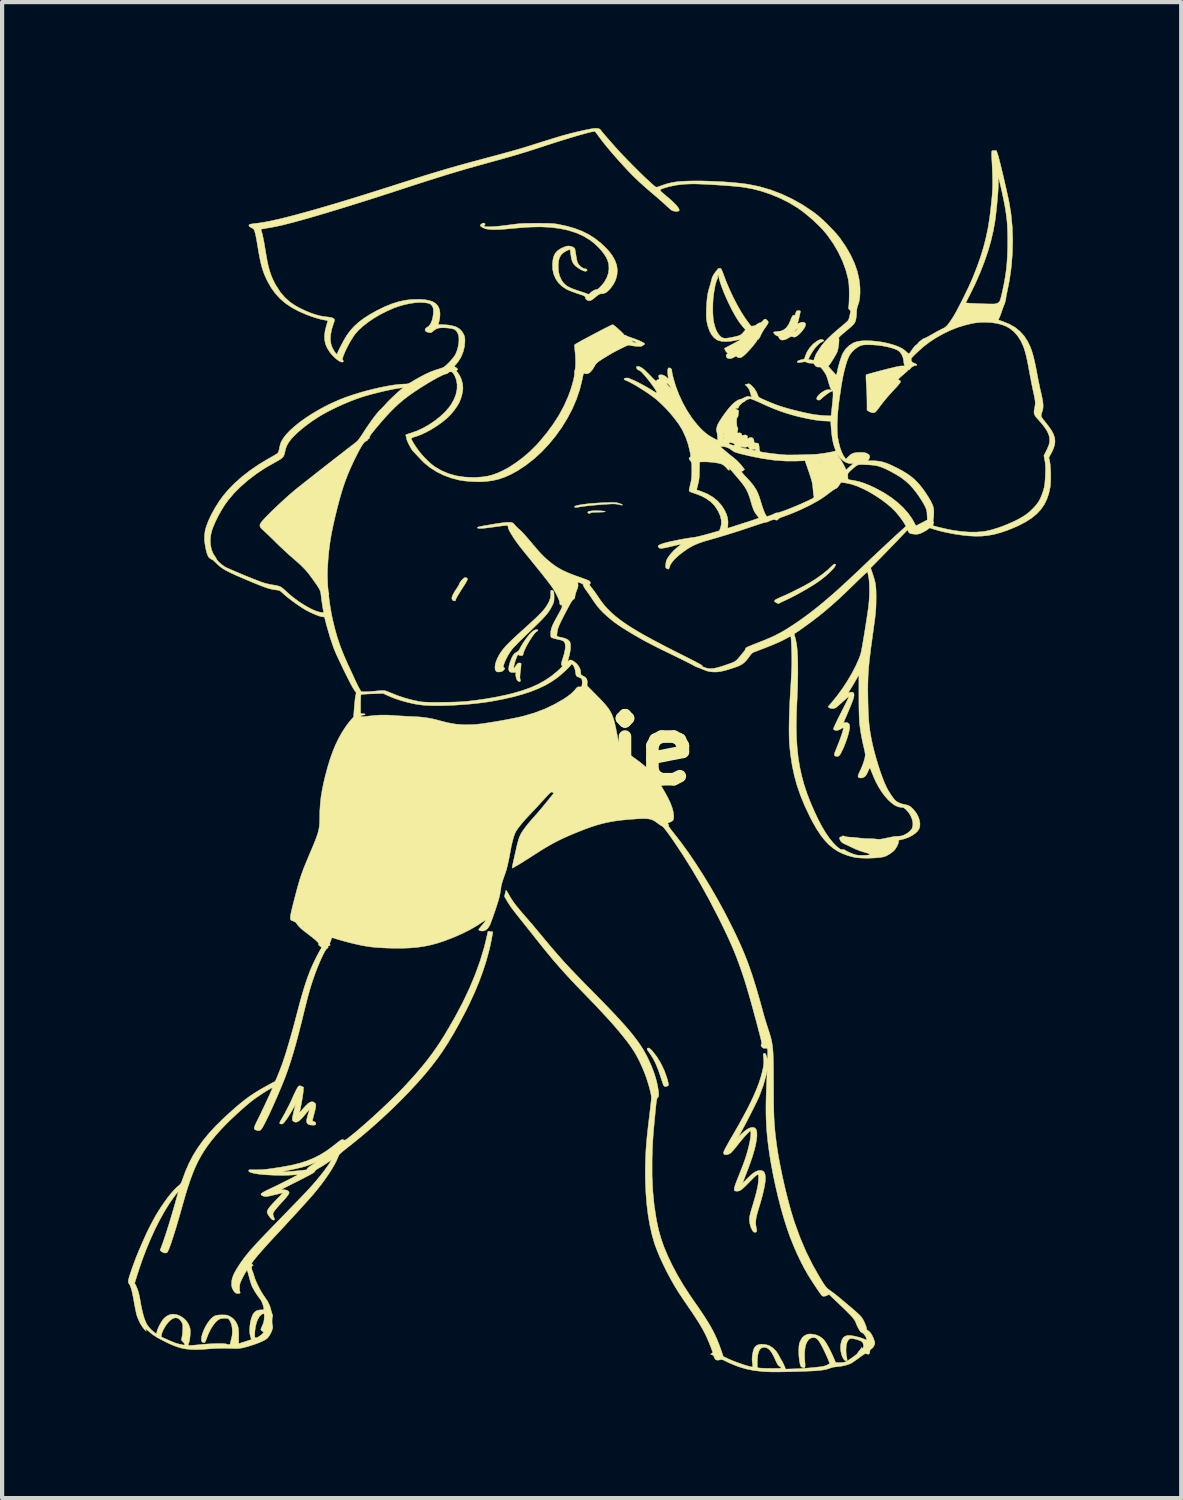
<source format=kicad_pcb>
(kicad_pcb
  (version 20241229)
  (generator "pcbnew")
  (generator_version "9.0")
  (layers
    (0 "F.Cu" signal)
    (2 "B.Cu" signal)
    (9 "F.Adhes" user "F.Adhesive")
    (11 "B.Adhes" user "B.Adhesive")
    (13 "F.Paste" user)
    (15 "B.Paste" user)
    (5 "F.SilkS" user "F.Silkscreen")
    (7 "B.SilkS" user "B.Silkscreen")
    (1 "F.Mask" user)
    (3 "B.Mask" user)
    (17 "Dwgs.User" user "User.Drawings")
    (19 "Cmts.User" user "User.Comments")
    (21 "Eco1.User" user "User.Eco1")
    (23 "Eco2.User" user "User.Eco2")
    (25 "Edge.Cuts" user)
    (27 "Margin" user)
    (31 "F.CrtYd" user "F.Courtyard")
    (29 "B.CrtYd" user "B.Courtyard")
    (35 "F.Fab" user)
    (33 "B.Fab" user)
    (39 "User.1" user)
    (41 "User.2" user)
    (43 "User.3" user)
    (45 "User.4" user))
  (footprint "ellie"
    (layer "F.Cu")
    (at 11.033 14.815)
    (property "Reference" "ellie" (at 0 0 0) (layer "F.SilkS") (effects (font (size 1.524 1.524) (thickness 0.3))))
    (attr through_hole)
    (fp_poly (pts (xy 0.15 -5.705) (xy 0.206 -5.702) (xy 0.256 -5.698) (xy 0.297 -5.693) (xy 0.323 -5.686) (xy 0.33 -5.681) (xy 0.317 -5.677) (xy 0.285 -5.673) (xy 0.237 -5.671) (xy 0.178 -5.669) (xy 0.155 -5.669) (xy 0.081 -5.667) (xy 0.029 -5.664) (xy -0.004 -5.66) (xy -0.019 -5.654) (xy -0.021 -5.652) (xy -0.036 -5.638) (xy -0.06 -5.639) (xy -0.083 -5.652) (xy -0.084 -5.654) (xy -0.089 -5.67) (xy -0.074 -5.684) (xy -0.036 -5.694) (xy 0.025 -5.702) (xy 0.044 -5.703) (xy 0.094 -5.705) (xy 0.15 -5.705)) (stroke (width 0.01) (type solid)) (fill yes) (layer "F.SilkS"))
    (fp_poly (pts (xy 1.383 7.097) (xy 1.417 7.126) (xy 1.452 7.163) (xy 1.558 7.299) (xy 1.652 7.453) (xy 1.732 7.619) (xy 1.794 7.792) (xy 1.811 7.85) (xy 1.825 7.905) (xy 1.833 7.942) (xy 1.836 7.964) (xy 1.833 7.978) (xy 1.825 7.986) (xy 1.82 7.99) (xy 1.791 8.003) (xy 1.763 8.007) (xy 1.736 8.002) (xy 1.719 7.982) (xy 1.712 7.968) (xy 1.702 7.941) (xy 1.687 7.897) (xy 1.669 7.842) (xy 1.65 7.783) (xy 1.592 7.612) (xy 1.531 7.463) (xy 1.466 7.335) (xy 1.396 7.226) (xy 1.366 7.185) (xy 1.336 7.141) (xy 1.325 7.11) (xy 1.334 7.093) (xy 1.358 7.088) (xy 1.383 7.097)) (stroke (width 0.01) (type solid)) (fill yes) (layer "F.SilkS"))
    (fp_poly (pts (xy -2.975 -4.107) (xy -2.954 -4.091) (xy -2.951 -4.08) (xy -2.954 -4.066) (xy -2.961 -4.045) (xy -2.976 -4.016) (xy -2.999 -3.977) (xy -3.032 -3.923) (xy -3.077 -3.854) (xy -3.112 -3.8) (xy -3.151 -3.737) (xy -3.185 -3.681) (xy -3.211 -3.634) (xy -3.228 -3.6) (xy -3.232 -3.585) (xy -3.238 -3.562) (xy -3.259 -3.556) (xy -3.26 -3.556) (xy -3.291 -3.564) (xy -3.307 -3.575) (xy -3.322 -3.602) (xy -3.323 -3.638) (xy -3.308 -3.686) (xy -3.276 -3.747) (xy -3.229 -3.823) (xy -3.213 -3.846) (xy -3.184 -3.891) (xy -3.159 -3.932) (xy -3.143 -3.963) (xy -3.14 -3.973) (xy -3.127 -4.001) (xy -3.102 -4.035) (xy -3.072 -4.069) (xy -3.042 -4.096) (xy -3.018 -4.111) (xy -3.011 -4.112) (xy -2.975 -4.107)) (stroke (width 0.01) (type solid)) (fill yes) (layer "F.SilkS"))
    (fp_poly (pts (xy 0.55 -5.901) (xy 0.587 -5.898) (xy 0.618 -5.892) (xy 0.641 -5.886) (xy 0.681 -5.873) (xy 0.713 -5.861) (xy 0.725 -5.855) (xy 0.739 -5.842) (xy 0.733 -5.836) (xy 0.711 -5.837) (xy 0.676 -5.846) (xy 0.672 -5.847) (xy 0.625 -5.858) (xy 0.565 -5.865) (xy 0.515 -5.866) (xy 0.463 -5.865) (xy 0.392 -5.861) (xy 0.308 -5.856) (xy 0.216 -5.849) (xy 0.12 -5.841) (xy 0.024 -5.832) (xy -0.065 -5.823) (xy -0.144 -5.814) (xy -0.209 -5.806) (xy -0.25 -5.8) (xy -0.314 -5.788) (xy -0.358 -5.783) (xy -0.386 -5.783) (xy -0.401 -5.789) (xy -0.405 -5.794) (xy -0.401 -5.806) (xy -0.375 -5.819) (xy -0.329 -5.832) (xy -0.264 -5.845) (xy -0.184 -5.857) (xy -0.089 -5.869) (xy 0.018 -5.879) (xy 0.135 -5.887) (xy 0.261 -5.895) (xy 0.357 -5.898) (xy 0.44 -5.901) (xy 0.503 -5.902) (xy 0.55 -5.901)) (stroke (width 0.01) (type solid)) (fill yes) (layer "F.SilkS"))
    (fp_poly (pts (xy 5.81 -4.428) (xy 5.813 -4.421) (xy 5.81 -4.398) (xy 5.789 -4.364) (xy 5.754 -4.319) (xy 5.705 -4.268) (xy 5.646 -4.211) (xy 5.578 -4.151) (xy 5.504 -4.091) (xy 5.426 -4.032) (xy 5.416 -4.024) (xy 5.331 -3.967) (xy 5.23 -3.903) (xy 5.117 -3.835) (xy 4.997 -3.767) (xy 4.876 -3.7) (xy 4.758 -3.639) (xy 4.649 -3.586) (xy 4.591 -3.559) (xy 4.541 -3.536) (xy 4.5 -3.516) (xy 4.472 -3.501) (xy 4.463 -3.495) (xy 4.449 -3.493) (xy 4.424 -3.501) (xy 4.42 -3.503) (xy 4.389 -3.521) (xy 4.367 -3.539) (xy 4.356 -3.554) (xy 4.363 -3.568) (xy 4.373 -3.578) (xy 4.393 -3.592) (xy 4.431 -3.611) (xy 4.479 -3.634) (xy 4.523 -3.653) (xy 4.613 -3.692) (xy 4.717 -3.74) (xy 4.828 -3.794) (xy 4.94 -3.851) (xy 5.047 -3.906) (xy 5.141 -3.957) (xy 5.188 -3.984) (xy 5.347 -4.083) (xy 5.491 -4.185) (xy 5.617 -4.287) (xy 5.672 -4.338) (xy 5.722 -4.386) (xy 5.758 -4.417) (xy 5.783 -4.433) (xy 5.8 -4.436) (xy 5.81 -4.428)) (stroke (width 0.01) (type solid)) (fill yes) (layer "F.SilkS"))
    (fp_poly (pts (xy 4.962 -10.466) (xy 4.974 -10.457) (xy 4.975 -10.45) (xy 4.97 -10.418) (xy 4.96 -10.373) (xy 4.949 -10.321) (xy 4.937 -10.268) (xy 4.925 -10.221) (xy 4.915 -10.186) (xy 4.909 -10.169) (xy 4.903 -10.156) (xy 4.908 -10.154) (xy 4.928 -10.162) (xy 4.946 -10.171) (xy 4.998 -10.191) (xy 5.043 -10.195) (xy 5.077 -10.184) (xy 5.097 -10.159) (xy 5.1 -10.123) (xy 5.099 -10.121) (xy 5.083 -10.08) (xy 5.052 -10.029) (xy 5.011 -9.976) (xy 4.964 -9.924) (xy 4.916 -9.881) (xy 4.872 -9.851) (xy 4.87 -9.849) (xy 4.838 -9.837) (xy 4.809 -9.84) (xy 4.793 -9.845) (xy 4.762 -9.853) (xy 4.738 -9.847) (xy 4.72 -9.836) (xy 4.656 -9.797) (xy 4.597 -9.774) (xy 4.546 -9.767) (xy 4.517 -9.772) (xy 4.481 -9.797) (xy 4.46 -9.833) (xy 4.458 -9.842) (xy 4.444 -9.861) (xy 4.423 -9.867) (xy 4.399 -9.877) (xy 4.372 -9.898) (xy 4.349 -9.922) (xy 4.336 -9.944) (xy 4.337 -9.955) (xy 4.352 -9.962) (xy 4.354 -9.962) (xy 4.825 -9.962) (xy 4.832 -9.964) (xy 4.857 -9.981) (xy 4.885 -10.007) (xy 4.886 -10.008) (xy 4.902 -10.028) (xy 4.905 -10.039) (xy 4.903 -10.039) (xy 4.888 -10.031) (xy 4.865 -10.01) (xy 4.85 -9.995) (xy 4.829 -9.972) (xy 4.825 -9.962) (xy 4.354 -9.962) (xy 4.383 -9.966) (xy 4.407 -9.966) (xy 4.496 -9.977) (xy 4.573 -10.008) (xy 4.638 -10.059) (xy 4.692 -10.132) (xy 4.729 -10.213) (xy 4.755 -10.278) (xy 4.776 -10.322) (xy 4.793 -10.349) (xy 4.809 -10.36) (xy 4.825 -10.36) (xy 4.839 -10.361) (xy 4.851 -10.376) (xy 4.864 -10.411) (xy 4.875 -10.445) (xy 4.887 -10.462) (xy 4.907 -10.468) (xy 4.929 -10.468) (xy 4.962 -10.466)) (stroke (width 0.01) (type solid)) (fill yes) (layer "F.SilkS"))
    (fp_poly (pts (xy -1.294 -2.873) (xy -1.273 -2.861) (xy -1.276 -2.847) (xy -1.298 -2.833) (xy -1.325 -2.813) (xy -1.36 -2.774) (xy -1.399 -2.721) (xy -1.442 -2.658) (xy -1.485 -2.589) (xy -1.527 -2.518) (xy -1.564 -2.448) (xy -1.594 -2.383) (xy -1.616 -2.328) (xy -1.626 -2.287) (xy -1.626 -2.286) (xy -1.633 -2.264) (xy -1.654 -2.254) (xy -1.669 -2.252) (xy -1.708 -2.256) (xy -1.729 -2.268) (xy -1.741 -2.276) (xy -1.75 -2.274) (xy -1.761 -2.26) (xy -1.776 -2.228) (xy -1.788 -2.199) (xy -1.805 -2.152) (xy -1.822 -2.099) (xy -1.836 -2.048) (xy -1.846 -2.002) (xy -1.85 -1.969) (xy -1.848 -1.953) (xy -1.839 -1.959) (xy -1.821 -1.981) (xy -1.798 -2.014) (xy -1.771 -2.051) (xy -1.751 -2.071) (xy -1.731 -2.079) (xy -1.718 -2.08) (xy -1.691 -2.077) (xy -1.676 -2.07) (xy -1.675 -2.054) (xy -1.677 -2.02) (xy -1.681 -1.97) (xy -1.687 -1.911) (xy -1.69 -1.893) (xy -1.698 -1.821) (xy -1.702 -1.769) (xy -1.703 -1.732) (xy -1.7 -1.705) (xy -1.696 -1.69) (xy -1.688 -1.661) (xy -1.692 -1.646) (xy -1.697 -1.643) (xy -1.714 -1.634) (xy -1.73 -1.638) (xy -1.746 -1.647) (xy -1.771 -1.673) (xy -1.79 -1.717) (xy -1.801 -1.772) (xy -1.802 -1.799) (xy -1.802 -1.857) (xy -1.863 -1.852) (xy -1.914 -1.855) (xy -1.948 -1.871) (xy -1.967 -1.903) (xy -1.972 -1.95) (xy -1.962 -2.016) (xy -1.941 -2.089) (xy -1.907 -2.183) (xy -1.87 -2.255) (xy -1.83 -2.305) (xy -1.786 -2.335) (xy -1.754 -2.353) (xy -1.729 -2.377) (xy -1.706 -2.416) (xy -1.702 -2.426) (xy -1.662 -2.499) (xy -1.611 -2.58) (xy -1.554 -2.661) (xy -1.497 -2.734) (xy -1.47 -2.767) (xy -1.416 -2.82) (xy -1.366 -2.856) (xy -1.323 -2.873) (xy -1.294 -2.873)) (stroke (width 0.01) (type solid)) (fill yes) (layer "F.SilkS"))
    (fp_poly (pts (xy -0.92 -3.806) (xy -0.905 -3.792) (xy -0.896 -3.764) (xy -0.891 -3.72) (xy -0.889 -3.656) (xy -0.889 -3.639) (xy -0.89 -3.591) (xy -0.893 -3.554) (xy -0.9 -3.522) (xy -0.914 -3.487) (xy -0.937 -3.44) (xy -0.946 -3.421) (xy -0.97 -3.377) (xy -0.995 -3.335) (xy -1.024 -3.293) (xy -1.057 -3.249) (xy -1.098 -3.2) (xy -1.148 -3.146) (xy -1.207 -3.084) (xy -1.28 -3.012) (xy -1.366 -2.927) (xy -1.468 -2.829) (xy -1.491 -2.807) (xy -1.569 -2.732) (xy -1.644 -2.659) (xy -1.713 -2.591) (xy -1.774 -2.529) (xy -1.825 -2.477) (xy -1.863 -2.437) (xy -1.886 -2.41) (xy -1.887 -2.41) (xy -1.942 -2.333) (xy -1.994 -2.247) (xy -2.039 -2.16) (xy -2.075 -2.077) (xy -2.097 -2.007) (xy -2.098 -1.98) (xy -2.081 -1.965) (xy -2.078 -1.963) (xy -2.063 -1.955) (xy -2.061 -1.946) (xy -2.073 -1.929) (xy -2.088 -1.912) (xy -2.117 -1.885) (xy -2.148 -1.872) (xy -2.186 -1.866) (xy -2.226 -1.864) (xy -2.251 -1.869) (xy -2.271 -1.884) (xy -2.273 -1.885) (xy -2.292 -1.921) (xy -2.298 -1.973) (xy -2.291 -2.037) (xy -2.272 -2.11) (xy -2.241 -2.187) (xy -2.2 -2.267) (xy -2.166 -2.321) (xy -2.134 -2.366) (xy -2.101 -2.41) (xy -2.063 -2.454) (xy -2.02 -2.502) (xy -1.968 -2.555) (xy -1.907 -2.615) (xy -1.833 -2.685) (xy -1.745 -2.766) (xy -1.641 -2.86) (xy -1.628 -2.872) (xy -1.519 -2.97) (xy -1.427 -3.055) (xy -1.349 -3.127) (xy -1.284 -3.188) (xy -1.231 -3.242) (xy -1.186 -3.288) (xy -1.149 -3.33) (xy -1.117 -3.368) (xy -1.089 -3.406) (xy -1.063 -3.444) (xy -1.062 -3.445) (xy -1.012 -3.534) (xy -0.981 -3.617) (xy -0.969 -3.698) (xy -0.97 -3.738) (xy -0.971 -3.778) (xy -0.969 -3.8) (xy -0.961 -3.808) (xy -0.945 -3.81) (xy -0.941 -3.81) (xy -0.92 -3.806)) (stroke (width 0.01) (type solid)) (fill yes) (layer "F.SilkS"))
    (fp_poly (pts (xy -6.913 7.996) (xy -6.896 8.004) (xy -6.855 8.023) (xy -6.862 8.127) (xy -6.867 8.171) (xy -6.876 8.231) (xy -6.887 8.303) (xy -6.901 8.379) (xy -6.915 8.455) (xy -6.929 8.524) (xy -6.941 8.58) (xy -6.951 8.618) (xy -6.947 8.619) (xy -6.93 8.604) (xy -6.903 8.576) (xy -6.872 8.539) (xy -6.806 8.466) (xy -6.75 8.414) (xy -6.703 8.381) (xy -6.661 8.368) (xy -6.624 8.373) (xy -6.589 8.396) (xy -6.585 8.4) (xy -6.573 8.414) (xy -6.565 8.431) (xy -6.561 8.452) (xy -6.564 8.482) (xy -6.571 8.524) (xy -6.585 8.582) (xy -6.604 8.659) (xy -6.61 8.68) (xy -6.626 8.741) (xy -6.636 8.783) (xy -6.641 8.809) (xy -6.64 8.823) (xy -6.635 8.83) (xy -6.625 8.834) (xy -6.623 8.834) (xy -6.583 8.851) (xy -6.564 8.876) (xy -6.563 8.899) (xy -6.57 8.915) (xy -6.584 8.923) (xy -6.612 8.926) (xy -6.639 8.926) (xy -6.681 8.923) (xy -6.717 8.917) (xy -6.731 8.912) (xy -6.76 8.892) (xy -6.777 8.867) (xy -6.784 8.833) (xy -6.779 8.787) (xy -6.765 8.725) (xy -6.749 8.673) (xy -6.734 8.625) (xy -6.723 8.586) (xy -6.717 8.561) (xy -6.716 8.556) (xy -6.725 8.563) (xy -6.745 8.586) (xy -6.774 8.62) (xy -6.804 8.656) (xy -6.868 8.732) (xy -6.922 8.789) (xy -6.967 8.827) (xy -7.006 8.849) (xy -7.041 8.856) (xy -7.074 8.848) (xy -7.097 8.835) (xy -7.112 8.821) (xy -7.121 8.801) (xy -7.123 8.773) (xy -7.118 8.732) (xy -7.106 8.676) (xy -7.088 8.6) (xy -7.074 8.544) (xy -7.062 8.496) (xy -7.055 8.462) (xy -7.052 8.446) (xy -7.052 8.446) (xy -7.057 8.452) (xy -7.071 8.475) (xy -7.092 8.511) (xy -7.107 8.539) (xy -7.143 8.603) (xy -7.184 8.671) (xy -7.228 8.739) (xy -7.269 8.8) (xy -7.306 8.848) (xy -7.323 8.869) (xy -7.353 8.895) (xy -7.382 8.901) (xy -7.407 8.895) (xy -7.42 8.887) (xy -7.424 8.876) (xy -7.419 8.856) (xy -7.404 8.824) (xy -7.376 8.777) (xy -7.364 8.757) (xy -7.343 8.72) (xy -7.316 8.671) (xy -7.285 8.614) (xy -7.253 8.553) (xy -7.221 8.491) (xy -7.191 8.433) (xy -7.187 8.424) (xy -7.052 8.424) (xy -7.045 8.43) (xy -7.039 8.424) (xy -7.045 8.418) (xy -7.052 8.424) (xy -7.187 8.424) (xy -7.166 8.383) (xy -7.148 8.344) (xy -7.137 8.32) (xy -7.136 8.316) (xy -7.131 8.303) (xy -7.118 8.273) (xy -7.098 8.229) (xy -7.073 8.175) (xy -7.062 8.153) (xy -7.029 8.086) (xy -7.003 8.038) (xy -6.981 8.007) (xy -6.961 7.992) (xy -6.939 7.989) (xy -6.913 7.996)) (stroke (width 0.01) (type solid)) (fill yes) (layer "F.SilkS"))
    (fp_poly (pts (xy 3.082 -11.471) (xy 3.092 -11.456) (xy 3.108 -11.422) (xy 3.128 -11.376) (xy 3.149 -11.32) (xy 3.15 -11.315) (xy 3.218 -11.136) (xy 3.296 -10.955) (xy 3.38 -10.776) (xy 3.47 -10.604) (xy 3.562 -10.443) (xy 3.655 -10.296) (xy 3.746 -10.169) (xy 3.761 -10.15) (xy 3.79 -10.115) (xy 3.81 -10.098) (xy 3.824 -10.097) (xy 3.827 -10.099) (xy 3.851 -10.107) (xy 3.862 -10.105) (xy 3.882 -10.108) (xy 3.914 -10.125) (xy 3.937 -10.141) (xy 3.975 -10.167) (xy 4.005 -10.178) (xy 4.015 -10.178) (xy 4.036 -10.183) (xy 4.065 -10.209) (xy 4.075 -10.22) (xy 4.101 -10.248) (xy 4.125 -10.266) (xy 4.135 -10.269) (xy 4.16 -10.259) (xy 4.187 -10.235) (xy 4.207 -10.206) (xy 4.212 -10.189) (xy 4.206 -10.169) (xy 4.188 -10.137) (xy 4.161 -10.096) (xy 4.144 -10.073) (xy 4.106 -10.018) (xy 4.069 -9.956) (xy 4.039 -9.898) (xy 4.033 -9.886) (xy 4.007 -9.832) (xy 3.984 -9.796) (xy 3.968 -9.783) (xy 3.948 -9.771) (xy 3.943 -9.762) (xy 3.935 -9.745) (xy 3.914 -9.714) (xy 3.882 -9.672) (xy 3.843 -9.624) (xy 3.8 -9.573) (xy 3.755 -9.523) (xy 3.712 -9.477) (xy 3.679 -9.443) (xy 3.628 -9.397) (xy 3.589 -9.367) (xy 3.561 -9.351) (xy 3.547 -9.348) (xy 3.505 -9.349) (xy 3.481 -9.355) (xy 3.468 -9.369) (xy 3.455 -9.383) (xy 3.437 -9.383) (xy 3.409 -9.368) (xy 3.389 -9.356) (xy 3.344 -9.334) (xy 3.296 -9.325) (xy 3.253 -9.33) (xy 3.225 -9.348) (xy 3.208 -9.38) (xy 3.209 -9.412) (xy 3.228 -9.436) (xy 3.243 -9.448) (xy 3.241 -9.458) (xy 3.224 -9.472) (xy 3.205 -9.492) (xy 3.187 -9.52) (xy 3.174 -9.548) (xy 3.169 -9.568) (xy 3.17 -9.572) (xy 3.182 -9.578) (xy 3.211 -9.594) (xy 3.254 -9.617) (xy 3.307 -9.645) (xy 3.332 -9.658) (xy 3.409 -9.699) (xy 3.467 -9.73) (xy 3.506 -9.752) (xy 3.53 -9.768) (xy 3.541 -9.777) (xy 3.541 -9.78) (xy 3.528 -9.78) (xy 3.498 -9.774) (xy 3.459 -9.766) (xy 3.322 -9.74) (xy 3.202 -9.731) (xy 3.099 -9.738) (xy 3.013 -9.761) (xy 2.99 -9.772) (xy 2.922 -9.821) (xy 2.863 -9.891) (xy 2.814 -9.981) (xy 2.774 -10.092) (xy 2.756 -10.168) (xy 2.746 -10.216) (xy 2.74 -10.26) (xy 2.736 -10.305) (xy 2.735 -10.357) (xy 2.735 -10.423) (xy 2.737 -10.505) (xy 2.738 -10.522) (xy 2.889 -10.522) (xy 2.891 -10.405) (xy 2.898 -10.298) (xy 2.91 -10.207) (xy 2.914 -10.187) (xy 2.943 -10.077) (xy 2.98 -9.983) (xy 3.025 -9.907) (xy 3.075 -9.851) (xy 3.101 -9.832) (xy 3.132 -9.818) (xy 3.169 -9.811) (xy 3.217 -9.812) (xy 3.279 -9.82) (xy 3.359 -9.835) (xy 3.384 -9.841) (xy 3.453 -9.856) (xy 3.503 -9.87) (xy 3.54 -9.885) (xy 3.568 -9.902) (xy 3.593 -9.926) (xy 3.621 -9.957) (xy 3.622 -9.959) (xy 3.667 -10.013) (xy 3.598 -10.094) (xy 3.545 -10.161) (xy 3.493 -10.234) (xy 3.441 -10.316) (xy 3.386 -10.413) (xy 3.331 -10.517) (xy 3.27 -10.639) (xy 3.212 -10.764) (xy 3.159 -10.886) (xy 3.113 -11.004) (xy 3.075 -11.112) (xy 3.046 -11.206) (xy 3.029 -11.277) (xy 3.022 -11.306) (xy 3.014 -11.311) (xy 3.01 -11.307) (xy 3.005 -11.282) (xy 3.007 -11.269) (xy 3.007 -11.244) (xy 3.002 -11.233) (xy 2.991 -11.212) (xy 2.977 -11.175) (xy 2.963 -11.132) (xy 2.951 -11.091) (xy 2.944 -11.059) (xy 2.944 -11.056) (xy 2.939 -11.027) (xy 2.932 -10.987) (xy 2.928 -10.971) (xy 2.912 -10.874) (xy 2.899 -10.763) (xy 2.892 -10.643) (xy 2.889 -10.522) (xy 2.738 -10.522) (xy 2.744 -10.643) (xy 2.755 -10.766) (xy 2.77 -10.871) (xy 2.79 -10.957) (xy 2.799 -10.989) (xy 2.812 -11.028) (xy 2.828 -11.082) (xy 2.844 -11.142) (xy 2.859 -11.198) (xy 2.87 -11.241) (xy 2.872 -11.25) (xy 2.882 -11.277) (xy 2.903 -11.314) (xy 2.928 -11.355) (xy 2.954 -11.391) (xy 2.976 -11.416) (xy 2.983 -11.422) (xy 2.998 -11.44) (xy 3 -11.449) (xy 3.01 -11.464) (xy 3.034 -11.474) (xy 3.063 -11.476) (xy 3.082 -11.471)) (stroke (width 0.01) (type solid)) (fill yes) (layer "F.SilkS"))
    (fp_poly (pts (xy -2.541 -12.547) (xy -2.531 -12.528) (xy -2.542 -12.506) (xy -2.548 -12.501) (xy -2.563 -12.487) (xy -2.558 -12.48) (xy -2.546 -12.474) (xy -2.513 -12.467) (xy -2.458 -12.465) (xy -2.383 -12.467) (xy -2.291 -12.472) (xy -2.184 -12.482) (xy -2.064 -12.496) (xy -1.978 -12.507) (xy -1.89 -12.519) (xy -1.817 -12.528) (xy -1.753 -12.535) (xy -1.694 -12.54) (xy -1.635 -12.544) (xy -1.57 -12.546) (xy -1.496 -12.547) (xy -1.407 -12.548) (xy -1.3 -12.548) (xy -1.186 -12.548) (xy -1.093 -12.547) (xy -1.016 -12.546) (xy -0.954 -12.543) (xy -0.903 -12.54) (xy -0.858 -12.535) (xy -0.817 -12.529) (xy -0.805 -12.527) (xy -0.593 -12.482) (xy -0.4 -12.427) (xy -0.224 -12.36) (xy -0.063 -12.28) (xy 0.085 -12.185) (xy 0.225 -12.075) (xy 0.293 -12.012) (xy 0.377 -11.928) (xy 0.443 -11.851) (xy 0.498 -11.775) (xy 0.544 -11.694) (xy 0.563 -11.656) (xy 0.602 -11.548) (xy 0.617 -11.435) (xy 0.609 -11.321) (xy 0.578 -11.207) (xy 0.55 -11.143) (xy 0.512 -11.079) (xy 0.465 -11.014) (xy 0.414 -10.956) (xy 0.364 -10.911) (xy 0.343 -10.897) (xy 0.289 -10.875) (xy 0.25 -10.87) (xy 0.222 -10.869) (xy 0.197 -10.862) (xy 0.17 -10.848) (xy 0.135 -10.824) (xy 0.09 -10.787) (xy 0.064 -10.764) (xy 0.013 -10.726) (xy -0.029 -10.707) (xy -0.069 -10.706) (xy -0.109 -10.722) (xy -0.136 -10.75) (xy -0.145 -10.777) (xy -0.148 -10.792) (xy -0.154 -10.804) (xy -0.167 -10.815) (xy -0.189 -10.826) (xy -0.225 -10.84) (xy -0.278 -10.857) (xy -0.329 -10.874) (xy -0.399 -10.898) (xy -0.47 -10.925) (xy -0.534 -10.95) (xy -0.584 -10.973) (xy -0.594 -10.978) (xy -0.699 -11.046) (xy -0.784 -11.129) (xy -0.851 -11.225) (xy -0.898 -11.333) (xy -0.924 -11.452) (xy -0.928 -11.58) (xy -0.928 -11.581) (xy -0.917 -11.683) (xy -0.896 -11.765) (xy -0.863 -11.833) (xy -0.815 -11.888) (xy -0.75 -11.935) (xy -0.709 -11.957) (xy -0.66 -11.979) (xy -0.612 -11.996) (xy -0.574 -12.006) (xy -0.57 -12.007) (xy -0.525 -12.007) (xy -0.476 -11.996) (xy -0.433 -11.979) (xy -0.404 -11.957) (xy -0.399 -11.949) (xy -0.392 -11.928) (xy -0.384 -11.889) (xy -0.375 -11.838) (xy -0.369 -11.792) (xy -0.359 -11.732) (xy -0.348 -11.674) (xy -0.336 -11.628) (xy -0.328 -11.605) (xy -0.302 -11.565) (xy -0.265 -11.526) (xy -0.223 -11.493) (xy -0.181 -11.472) (xy -0.156 -11.467) (xy -0.126 -11.46) (xy -0.106 -11.446) (xy -0.101 -11.429) (xy -0.11 -11.417) (xy -0.137 -11.407) (xy -0.15 -11.406) (xy -0.181 -11.413) (xy -0.225 -11.431) (xy -0.275 -11.458) (xy -0.325 -11.49) (xy -0.369 -11.523) (xy -0.388 -11.54) (xy -0.422 -11.578) (xy -0.448 -11.62) (xy -0.467 -11.671) (xy -0.482 -11.736) (xy -0.494 -11.819) (xy -0.494 -11.821) (xy -0.501 -11.866) (xy -0.507 -11.902) (xy -0.512 -11.921) (xy -0.513 -11.923) (xy -0.526 -11.921) (xy -0.555 -11.91) (xy -0.593 -11.893) (xy -0.598 -11.891) (xy -0.668 -11.849) (xy -0.72 -11.799) (xy -0.757 -11.739) (xy -0.78 -11.664) (xy -0.79 -11.571) (xy -0.791 -11.515) (xy -0.783 -11.395) (xy -0.757 -11.29) (xy -0.713 -11.196) (xy -0.684 -11.153) (xy -0.648 -11.11) (xy -0.606 -11.072) (xy -0.554 -11.038) (xy -0.489 -11.006) (xy -0.407 -10.974) (xy -0.311 -10.941) (xy -0.244 -10.919) (xy -0.184 -10.899) (xy -0.135 -10.882) (xy -0.101 -10.869) (xy -0.089 -10.864) (xy -0.067 -10.857) (xy -0.048 -10.868) (xy -0.041 -10.876) (xy -0.000321 -10.914) (xy 0.045 -10.945) (xy 0.088 -10.965) (xy 0.114 -10.97) (xy 0.135 -10.974) (xy 0.158 -10.986) (xy 0.187 -11.01) (xy 0.227 -11.05) (xy 0.23 -11.052) (xy 0.308 -11.149) (xy 0.366 -11.252) (xy 0.402 -11.359) (xy 0.417 -11.468) (xy 0.41 -11.577) (xy 0.385 -11.667) (xy 0.349 -11.743) (xy 0.295 -11.825) (xy 0.227 -11.911) (xy 0.148 -11.995) (xy 0.063 -12.074) (xy -0.026 -12.144) (xy -0.04 -12.153) (xy -0.193 -12.245) (xy -0.364 -12.321) (xy -0.552 -12.381) (xy -0.756 -12.424) (xy -0.976 -12.452) (xy -1.21 -12.463) (xy -1.454 -12.458) (xy -1.546 -12.452) (xy -1.652 -12.445) (xy -1.761 -12.436) (xy -1.864 -12.427) (xy -1.913 -12.422) (xy -2.057 -12.409) (xy -2.186 -12.401) (xy -2.3 -12.398) (xy -2.396 -12.4) (xy -2.472 -12.408) (xy -2.517 -12.417) (xy -2.566 -12.435) (xy -2.608 -12.456) (xy -2.637 -12.478) (xy -2.649 -12.496) (xy -2.649 -12.496) (xy -2.639 -12.516) (xy -2.615 -12.536) (xy -2.585 -12.551) (xy -2.567 -12.554) (xy -2.541 -12.547)) (stroke (width 0.01) (type solid)) (fill yes) (layer "F.SilkS"))
    (fp_poly (pts (xy 0.165 -14.805) (xy 0.192 -14.794) (xy 0.213 -14.778) (xy 0.227 -14.761) (xy 0.246 -14.736) (xy 0.279 -14.696) (xy 0.322 -14.644) (xy 0.374 -14.584) (xy 0.432 -14.518) (xy 0.492 -14.45) (xy 0.552 -14.382) (xy 0.61 -14.318) (xy 0.662 -14.26) (xy 0.707 -14.212) (xy 0.712 -14.207) (xy 0.83 -14.084) (xy 0.946 -13.965) (xy 1.058 -13.852) (xy 1.164 -13.747) (xy 1.263 -13.651) (xy 1.353 -13.567) (xy 1.431 -13.496) (xy 1.495 -13.44) (xy 1.526 -13.416) (xy 1.539 -13.41) (xy 1.557 -13.41) (xy 1.586 -13.416) (xy 1.629 -13.431) (xy 1.665 -13.445) (xy 1.761 -13.478) (xy 1.854 -13.504) (xy 1.948 -13.524) (xy 2.049 -13.539) (xy 2.162 -13.548) (xy 2.293 -13.554) (xy 2.332 -13.555) (xy 2.479 -13.557) (xy 2.64 -13.556) (xy 2.809 -13.551) (xy 2.981 -13.544) (xy 3.152 -13.535) (xy 3.317 -13.523) (xy 3.471 -13.509) (xy 3.61 -13.494) (xy 3.719 -13.479) (xy 3.99 -13.425) (xy 4.259 -13.347) (xy 4.523 -13.247) (xy 4.782 -13.126) (xy 5.033 -12.985) (xy 5.273 -12.824) (xy 5.358 -12.76) (xy 5.428 -12.702) (xy 5.508 -12.631) (xy 5.593 -12.55) (xy 5.678 -12.464) (xy 5.761 -12.378) (xy 5.835 -12.296) (xy 5.896 -12.222) (xy 5.92 -12.192) (xy 6.058 -11.991) (xy 6.173 -11.791) (xy 6.264 -11.593) (xy 6.332 -11.398) (xy 6.375 -11.205) (xy 6.395 -11.016) (xy 6.396 -10.885) (xy 6.388 -10.773) (xy 6.371 -10.677) (xy 6.344 -10.595) (xy 6.325 -10.536) (xy 6.316 -10.468) (xy 6.315 -10.435) (xy 6.312 -10.375) (xy 6.305 -10.311) (xy 6.297 -10.261) (xy 6.289 -10.229) (xy 6.279 -10.201) (xy 6.264 -10.174) (xy 6.243 -10.145) (xy 6.212 -10.113) (xy 6.17 -10.074) (xy 6.114 -10.025) (xy 6.041 -9.965) (xy 6.033 -9.958) (xy 5.975 -9.909) (xy 5.934 -9.872) (xy 5.907 -9.846) (xy 5.893 -9.828) (xy 5.889 -9.815) (xy 5.89 -9.809) (xy 5.895 -9.785) (xy 5.895 -9.743) (xy 5.891 -9.69) (xy 5.884 -9.631) (xy 5.874 -9.573) (xy 5.863 -9.521) (xy 5.853 -9.487) (xy 5.838 -9.456) (xy 5.815 -9.413) (xy 5.785 -9.361) (xy 5.752 -9.307) (xy 5.719 -9.255) (xy 5.688 -9.209) (xy 5.663 -9.174) (xy 5.646 -9.155) (xy 5.644 -9.153) (xy 5.644 -9.141) (xy 5.663 -9.114) (xy 5.697 -9.076) (xy 5.698 -9.075) (xy 5.735 -9.035) (xy 5.77 -8.997) (xy 5.796 -8.967) (xy 5.798 -8.965) (xy 5.815 -8.944) (xy 5.826 -8.937) (xy 5.835 -8.944) (xy 5.842 -8.969) (xy 5.852 -9.014) (xy 5.855 -9.029) (xy 5.87 -9.099) (xy 5.891 -9.177) (xy 5.914 -9.258) (xy 5.939 -9.334) (xy 5.962 -9.4) (xy 5.984 -9.449) (xy 5.989 -9.459) (xy 6.053 -9.556) (xy 6.135 -9.636) (xy 6.231 -9.697) (xy 6.277 -9.717) (xy 6.349 -9.737) (xy 6.441 -9.749) (xy 6.547 -9.753) (xy 6.664 -9.749) (xy 6.787 -9.738) (xy 6.914 -9.72) (xy 7.039 -9.695) (xy 7.16 -9.663) (xy 7.194 -9.652) (xy 7.286 -9.62) (xy 7.36 -9.587) (xy 7.421 -9.552) (xy 7.474 -9.511) (xy 7.493 -9.494) (xy 7.521 -9.467) (xy 7.542 -9.451) (xy 7.559 -9.447) (xy 7.576 -9.458) (xy 7.597 -9.485) (xy 7.627 -9.528) (xy 7.644 -9.553) (xy 7.675 -9.595) (xy 7.707 -9.631) (xy 7.735 -9.654) (xy 7.736 -9.654) (xy 7.762 -9.674) (xy 7.776 -9.691) (xy 7.777 -9.695) (xy 7.786 -9.707) (xy 7.807 -9.727) (xy 7.837 -9.751) (xy 7.869 -9.776) (xy 7.898 -9.797) (xy 7.92 -9.809) (xy 7.927 -9.81) (xy 7.938 -9.813) (xy 7.969 -9.826) (xy 8.016 -9.851) (xy 8.08 -9.886) (xy 8.159 -9.931) (xy 8.162 -9.933) (xy 8.22 -9.966) (xy 8.281 -9.998) (xy 8.334 -10.026) (xy 8.364 -10.041) (xy 8.397 -10.057) (xy 8.425 -10.074) (xy 8.45 -10.095) (xy 8.476 -10.123) (xy 8.507 -10.162) (xy 8.544 -10.214) (xy 8.591 -10.283) (xy 8.593 -10.287) (xy 8.625 -10.337) (xy 8.664 -10.406) (xy 8.71 -10.49) (xy 8.76 -10.586) (xy 8.796 -10.655) (xy 8.914 -10.655) (xy 8.926 -10.652) (xy 8.958 -10.649) (xy 9.006 -10.646) (xy 9.068 -10.643) (xy 9.139 -10.639) (xy 9.216 -10.636) (xy 9.295 -10.633) (xy 9.372 -10.63) (xy 9.444 -10.628) (xy 9.507 -10.627) (xy 9.557 -10.627) (xy 9.59 -10.627) (xy 9.598 -10.628) (xy 9.64 -10.637) (xy 9.679 -10.652) (xy 9.682 -10.654) (xy 9.699 -10.666) (xy 9.713 -10.682) (xy 9.726 -10.705) (xy 9.739 -10.739) (xy 9.752 -10.787) (xy 9.768 -10.852) (xy 9.786 -10.929) (xy 9.824 -11.109) (xy 9.854 -11.276) (xy 9.877 -11.438) (xy 9.893 -11.6) (xy 9.904 -11.769) (xy 9.91 -11.951) (xy 9.911 -12.089) (xy 9.911 -12.237) (xy 9.908 -12.365) (xy 9.903 -12.48) (xy 9.896 -12.586) (xy 9.885 -12.689) (xy 9.871 -12.794) (xy 9.857 -12.885) (xy 9.842 -12.968) (xy 9.823 -13.068) (xy 9.8 -13.179) (xy 9.776 -13.293) (xy 9.751 -13.404) (xy 9.726 -13.507) (xy 9.72 -13.535) (xy 9.691 -13.649) (xy 9.69 -13.515) (xy 9.687 -13.409) (xy 9.68 -13.283) (xy 9.669 -13.144) (xy 9.655 -12.994) (xy 9.639 -12.841) (xy 9.621 -12.687) (xy 9.609 -12.597) (xy 9.569 -12.371) (xy 9.513 -12.131) (xy 9.441 -11.882) (xy 9.354 -11.627) (xy 9.253 -11.369) (xy 9.14 -11.111) (xy 9.016 -10.857) (xy 8.991 -10.809) (xy 8.963 -10.755) (xy 8.94 -10.709) (xy 8.923 -10.675) (xy 8.915 -10.657) (xy 8.914 -10.655) (xy 8.796 -10.655) (xy 8.814 -10.69) (xy 8.868 -10.798) (xy 8.921 -10.907) (xy 8.972 -11.013) (xy 9.018 -11.114) (xy 9.059 -11.205) (xy 9.083 -11.261) (xy 9.181 -11.51) (xy 9.265 -11.746) (xy 9.335 -11.975) (xy 9.393 -12.2) (xy 9.441 -12.428) (xy 9.479 -12.662) (xy 9.5 -12.827) (xy 9.515 -12.962) (xy 9.528 -13.08) (xy 9.538 -13.187) (xy 9.545 -13.284) (xy 9.55 -13.378) (xy 9.552 -13.471) (xy 9.552 -13.568) (xy 9.55 -13.673) (xy 9.546 -13.789) (xy 9.541 -13.922) (xy 9.533 -14.074) (xy 9.532 -14.085) (xy 9.529 -14.161) (xy 9.529 -14.219) (xy 9.531 -14.256) (xy 9.535 -14.27) (xy 9.556 -14.28) (xy 9.593 -14.282) (xy 9.596 -14.282) (xy 9.644 -14.278) (xy 9.677 -14.182) (xy 9.688 -14.148) (xy 9.702 -14.093) (xy 9.721 -14.021) (xy 9.742 -13.935) (xy 9.766 -13.838) (xy 9.791 -13.733) (xy 9.817 -13.624) (xy 9.842 -13.513) (xy 9.868 -13.403) (xy 9.891 -13.298) (xy 9.912 -13.201) (xy 9.931 -13.116) (xy 9.946 -13.044) (xy 9.947 -13.039) (xy 9.993 -12.75) (xy 10.021 -12.45) (xy 10.031 -12.141) (xy 10.023 -11.828) (xy 9.998 -11.514) (xy 9.955 -11.204) (xy 9.9 -10.928) (xy 9.888 -10.872) (xy 9.878 -10.821) (xy 9.871 -10.783) (xy 9.87 -10.765) (xy 9.865 -10.731) (xy 9.854 -10.686) (xy 9.84 -10.64) (xy 9.825 -10.603) (xy 9.823 -10.6) (xy 9.815 -10.58) (xy 9.801 -10.542) (xy 9.783 -10.493) (xy 9.767 -10.444) (xy 9.747 -10.388) (xy 9.729 -10.339) (xy 9.713 -10.301) (xy 9.704 -10.283) (xy 9.693 -10.26) (xy 9.693 -10.248) (xy 9.706 -10.242) (xy 9.737 -10.23) (xy 9.78 -10.215) (xy 9.805 -10.206) (xy 9.955 -10.145) (xy 10.088 -10.069) (xy 10.203 -9.976) (xy 10.302 -9.866) (xy 10.386 -9.737) (xy 10.457 -9.588) (xy 10.46 -9.579) (xy 10.489 -9.496) (xy 10.52 -9.389) (xy 10.551 -9.261) (xy 10.583 -9.112) (xy 10.614 -8.95) (xy 10.63 -8.867) (xy 10.646 -8.782) (xy 10.663 -8.701) (xy 10.677 -8.632) (xy 10.687 -8.588) (xy 10.714 -8.473) (xy 10.734 -8.379) (xy 10.747 -8.302) (xy 10.754 -8.237) (xy 10.755 -8.183) (xy 10.751 -8.136) (xy 10.742 -8.092) (xy 10.728 -8.052) (xy 10.714 -8.006) (xy 10.708 -7.968) (xy 10.709 -7.953) (xy 10.72 -7.932) (xy 10.742 -7.898) (xy 10.774 -7.856) (xy 10.81 -7.811) (xy 10.893 -7.705) (xy 10.957 -7.611) (xy 11.002 -7.524) (xy 11.029 -7.442) (xy 11.038 -7.362) (xy 11.03 -7.282) (xy 11.006 -7.197) (xy 10.965 -7.106) (xy 10.949 -7.075) (xy 10.892 -6.969) (xy 10.914 -6.866) (xy 10.923 -6.808) (xy 10.929 -6.732) (xy 10.934 -6.644) (xy 10.936 -6.551) (xy 10.936 -6.458) (xy 10.933 -6.373) (xy 10.928 -6.3) (xy 10.923 -6.265) (xy 10.89 -6.112) (xy 10.842 -5.973) (xy 10.779 -5.846) (xy 10.698 -5.731) (xy 10.599 -5.626) (xy 10.481 -5.529) (xy 10.341 -5.439) (xy 10.18 -5.355) (xy 10.096 -5.317) (xy 9.92 -5.244) (xy 9.756 -5.187) (xy 9.602 -5.145) (xy 9.452 -5.116) (xy 9.303 -5.1) (xy 9.15 -5.097) (xy 8.994 -5.104) (xy 8.857 -5.118) (xy 8.711 -5.138) (xy 8.561 -5.164) (xy 8.415 -5.194) (xy 8.277 -5.227) (xy 8.155 -5.263) (xy 8.117 -5.275) (xy 8.08 -5.288) (xy 8.057 -5.292) (xy 8.042 -5.288) (xy 8.027 -5.276) (xy 8.026 -5.275) (xy 7.977 -5.238) (xy 7.913 -5.201) (xy 7.845 -5.169) (xy 7.831 -5.163) (xy 7.788 -5.149) (xy 7.749 -5.144) (xy 7.703 -5.144) (xy 7.677 -5.147) (xy 7.622 -5.154) (xy 7.586 -5.164) (xy 7.563 -5.18) (xy 7.547 -5.205) (xy 7.542 -5.216) (xy 7.528 -5.25) (xy 7.335 -5.047) (xy 7.272 -4.98) (xy 7.196 -4.902) (xy 7.113 -4.817) (xy 7.029 -4.73) (xy 6.947 -4.646) (xy 6.895 -4.593) (xy 6.648 -4.342) (xy 6.698 -4.194) (xy 6.724 -4.114) (xy 6.744 -4.045) (xy 6.758 -3.981) (xy 6.768 -3.916) (xy 6.775 -3.846) (xy 6.778 -3.765) (xy 6.779 -3.667) (xy 6.779 -3.629) (xy 6.778 -3.554) (xy 6.777 -3.488) (xy 6.775 -3.425) (xy 6.772 -3.364) (xy 6.767 -3.299) (xy 6.76 -3.229) (xy 6.751 -3.149) (xy 6.739 -3.057) (xy 6.724 -2.948) (xy 6.707 -2.82) (xy 6.7 -2.776) (xy 6.675 -2.589) (xy 6.652 -2.424) (xy 6.634 -2.275) (xy 6.618 -2.142) (xy 6.606 -2.019) (xy 6.596 -1.904) (xy 6.589 -1.794) (xy 6.585 -1.686) (xy 6.582 -1.576) (xy 6.581 -1.461) (xy 6.582 -1.338) (xy 6.584 -1.21) (xy 6.587 -1.063) (xy 6.591 -0.938) (xy 6.596 -0.828) (xy 6.602 -0.731) (xy 6.609 -0.642) (xy 6.619 -0.557) (xy 6.63 -0.472) (xy 6.642 -0.399) (xy 6.666 -0.264) (xy 6.698 -0.118) (xy 6.736 0.036) (xy 6.779 0.191) (xy 6.825 0.345) (xy 6.873 0.494) (xy 6.922 0.632) (xy 6.97 0.755) (xy 7.016 0.86) (xy 7.027 0.883) (xy 7.065 0.952) (xy 7.111 1.027) (xy 7.16 1.1) (xy 7.206 1.163) (xy 7.223 1.183) (xy 7.263 1.217) (xy 7.32 1.249) (xy 7.387 1.275) (xy 7.457 1.292) (xy 7.463 1.293) (xy 7.521 1.305) (xy 7.566 1.323) (xy 7.608 1.352) (xy 7.653 1.395) (xy 7.664 1.406) (xy 7.726 1.482) (xy 7.774 1.565) (xy 7.806 1.65) (xy 7.822 1.733) (xy 7.82 1.81) (xy 7.803 1.869) (xy 7.766 1.926) (xy 7.708 1.98) (xy 7.633 2.031) (xy 7.546 2.075) (xy 7.449 2.11) (xy 7.375 2.128) (xy 7.336 2.137) (xy 7.316 2.145) (xy 7.31 2.156) (xy 7.313 2.17) (xy 7.311 2.199) (xy 7.297 2.24) (xy 7.274 2.288) (xy 7.245 2.337) (xy 7.225 2.366) (xy 7.189 2.403) (xy 7.139 2.443) (xy 7.08 2.482) (xy 7.02 2.515) (xy 6.99 2.528) (xy 6.943 2.541) (xy 6.877 2.552) (xy 6.796 2.56) (xy 6.705 2.566) (xy 6.61 2.569) (xy 6.514 2.569) (xy 6.422 2.566) (xy 6.34 2.56) (xy 6.271 2.551) (xy 6.253 2.547) (xy 6.113 2.51) (xy 5.984 2.463) (xy 5.865 2.404) (xy 5.755 2.332) (xy 5.651 2.245) (xy 5.553 2.141) (xy 5.458 2.019) (xy 5.364 1.877) (xy 5.271 1.715) (xy 5.197 1.572) (xy 5.079 1.323) (xy 4.979 1.081) (xy 4.897 0.844) (xy 4.831 0.605) (xy 4.779 0.359) (xy 4.74 0.103) (xy 4.717 -0.115) (xy 4.71 -0.227) (xy 4.706 -0.361) (xy 4.705 -0.514) (xy 4.707 -0.684) (xy 4.712 -0.868) (xy 4.719 -1.064) (xy 4.73 -1.271) (xy 4.734 -1.337) (xy 4.741 -1.451) (xy 4.748 -1.566) (xy 4.754 -1.677) (xy 4.759 -1.78) (xy 4.764 -1.87) (xy 4.767 -1.945) (xy 4.769 -2) (xy 4.769 -2.002) (xy 4.77 -2.066) (xy 4.77 -2.141) (xy 4.77 -2.223) (xy 4.768 -2.31) (xy 4.766 -2.396) (xy 4.763 -2.478) (xy 4.76 -2.553) (xy 4.756 -2.616) (xy 4.753 -2.664) (xy 4.749 -2.694) (xy 4.748 -2.699) (xy 4.741 -2.708) (xy 4.728 -2.708) (xy 4.705 -2.698) (xy 4.666 -2.677) (xy 4.653 -2.67) (xy 4.577 -2.629) (xy 4.488 -2.586) (xy 4.383 -2.539) (xy 4.261 -2.488) (xy 4.121 -2.433) (xy 3.96 -2.371) (xy 3.856 -2.332) (xy 3.831 -2.316) (xy 3.801 -2.286) (xy 3.778 -2.258) (xy 3.727 -2.188) (xy 3.682 -2.133) (xy 3.639 -2.089) (xy 3.592 -2.053) (xy 3.539 -2.022) (xy 3.475 -1.994) (xy 3.395 -1.966) (xy 3.307 -1.938) (xy 3.212 -1.909) (xy 3.135 -1.889) (xy 3.07 -1.875) (xy 3.013 -1.867) (xy 2.958 -1.864) (xy 2.9 -1.865) (xy 2.894 -1.865) (xy 2.834 -1.87) (xy 2.784 -1.879) (xy 2.732 -1.895) (xy 2.679 -1.916) (xy 2.625 -1.938) (xy 2.572 -1.959) (xy 2.529 -1.975) (xy 2.516 -1.98) (xy 2.479 -1.994) (xy 2.449 -2.01) (xy 2.442 -2.015) (xy 2.427 -2.024) (xy 2.393 -2.042) (xy 2.342 -2.068) (xy 2.276 -2.101) (xy 2.198 -2.14) (xy 2.11 -2.184) (xy 2.014 -2.23) (xy 1.964 -2.255) (xy 1.808 -2.331) (xy 1.671 -2.398) (xy 1.55 -2.458) (xy 1.443 -2.513) (xy 1.346 -2.563) (xy 1.256 -2.611) (xy 1.172 -2.658) (xy 1.09 -2.705) (xy 1.007 -2.753) (xy 0.943 -2.791) (xy 0.833 -2.858) (xy 0.739 -2.917) (xy 0.659 -2.969) (xy 0.589 -3.018) (xy 0.523 -3.067) (xy 0.46 -3.118) (xy 0.393 -3.173) (xy 0.387 -3.179) (xy 0.286 -3.271) (xy 0.198 -3.362) (xy 0.118 -3.46) (xy 0.039 -3.571) (xy 0.021 -3.599) (xy -0.019 -3.658) (xy -0.062 -3.722) (xy -0.104 -3.78) (xy -0.126 -3.81) (xy -0.156 -3.853) (xy -0.179 -3.892) (xy -0.192 -3.92) (xy -0.194 -3.929) (xy -0.2 -3.949) (xy -0.22 -3.966) (xy -0.259 -3.983) (xy -0.3 -3.997) (xy -0.317 -4.001) (xy -0.324 -3.995) (xy -0.323 -3.973) (xy -0.32 -3.953) (xy -0.318 -3.921) (xy -0.322 -3.889) (xy -0.335 -3.848) (xy -0.352 -3.804) (xy -0.371 -3.753) (xy -0.385 -3.704) (xy -0.392 -3.666) (xy -0.392 -3.66) (xy -0.396 -3.626) (xy -0.411 -3.605) (xy -0.429 -3.593) (xy -0.443 -3.581) (xy -0.46 -3.561) (xy -0.482 -3.528) (xy -0.509 -3.482) (xy -0.544 -3.419) (xy -0.587 -3.337) (xy -0.603 -3.307) (xy -0.658 -3.202) (xy -0.702 -3.115) (xy -0.737 -3.044) (xy -0.764 -2.985) (xy -0.784 -2.937) (xy -0.798 -2.896) (xy -0.808 -2.86) (xy -0.814 -2.826) (xy -0.818 -2.796) (xy -0.822 -2.758) (xy -0.823 -2.732) (xy -0.817 -2.716) (xy -0.8 -2.706) (xy -0.769 -2.698) (xy -0.719 -2.689) (xy -0.702 -2.685) (xy -0.621 -2.663) (xy -0.56 -2.632) (xy -0.52 -2.593) (xy -0.514 -2.584) (xy -0.502 -2.543) (xy -0.497 -2.484) (xy -0.5 -2.413) (xy -0.511 -2.334) (xy -0.528 -2.254) (xy -0.536 -2.226) (xy -0.549 -2.179) (xy -0.558 -2.143) (xy -0.562 -2.122) (xy -0.562 -2.118) (xy -0.551 -2.122) (xy -0.538 -2.133) (xy -0.514 -2.149) (xy -0.486 -2.15) (xy -0.448 -2.134) (xy -0.422 -2.119) (xy -0.354 -2.064) (xy -0.301 -1.998) (xy -0.267 -1.926) (xy -0.254 -1.852) (xy -0.254 -1.85) (xy -0.253 -1.818) (xy -0.246 -1.798) (xy -0.229 -1.784) (xy -0.194 -1.768) (xy -0.192 -1.767) (xy -0.141 -1.734) (xy -0.11 -1.692) (xy -0.098 -1.636) (xy -0.1 -1.595) (xy -0.105 -1.538) (xy 0.109 -1.322) (xy 0.2 -1.229) (xy 0.278 -1.147) (xy 0.342 -1.074) (xy 0.396 -1.007) (xy 0.44 -0.941) (xy 0.477 -0.874) (xy 0.507 -0.801) (xy 0.534 -0.72) (xy 0.558 -0.628) (xy 0.582 -0.52) (xy 0.607 -0.394) (xy 0.623 -0.308) (xy 0.65 -0.197) (xy 0.687 -0.106) (xy 0.732 -0.039) (xy 0.754 -0.017) (xy 0.791 0.014) (xy 0.839 0.052) (xy 0.893 0.092) (xy 0.912 0.105) (xy 1.013 0.178) (xy 1.098 0.24) (xy 1.169 0.294) (xy 1.23 0.343) (xy 1.284 0.389) (xy 1.335 0.436) (xy 1.352 0.453) (xy 1.417 0.518) (xy 1.477 0.586) (xy 1.535 0.66) (xy 1.595 0.746) (xy 1.659 0.848) (xy 1.682 0.885) (xy 1.766 1.03) (xy 1.834 1.158) (xy 1.887 1.273) (xy 1.924 1.375) (xy 1.948 1.468) (xy 1.959 1.552) (xy 1.959 1.578) (xy 1.957 1.627) (xy 1.946 1.661) (xy 1.922 1.686) (xy 1.881 1.707) (xy 1.857 1.716) (xy 1.824 1.73) (xy 1.813 1.74) (xy 1.82 1.746) (xy 1.835 1.761) (xy 1.834 1.782) (xy 1.834 1.795) (xy 1.842 1.815) (xy 1.86 1.843) (xy 1.888 1.882) (xy 1.929 1.935) (xy 1.97 1.986) (xy 2.138 2.202) (xy 2.309 2.438) (xy 2.482 2.693) (xy 2.655 2.963) (xy 2.827 3.245) (xy 2.995 3.536) (xy 3.158 3.835) (xy 3.255 4.022) (xy 3.348 4.206) (xy 3.432 4.379) (xy 3.509 4.543) (xy 3.58 4.702) (xy 3.646 4.858) (xy 3.708 5.016) (xy 3.767 5.177) (xy 3.825 5.346) (xy 3.882 5.525) (xy 3.94 5.718) (xy 4.001 5.927) (xy 4.064 6.156) (xy 4.082 6.223) (xy 4.105 6.306) (xy 4.131 6.395) (xy 4.158 6.482) (xy 4.182 6.558) (xy 4.191 6.586) (xy 4.217 6.665) (xy 4.24 6.736) (xy 4.26 6.802) (xy 4.277 6.865) (xy 4.291 6.927) (xy 4.302 6.99) (xy 4.312 7.058) (xy 4.319 7.131) (xy 4.325 7.213) (xy 4.329 7.306) (xy 4.332 7.412) (xy 4.334 7.534) (xy 4.335 7.673) (xy 4.336 7.833) (xy 4.337 7.959) (xy 4.337 8.133) (xy 4.338 8.286) (xy 4.339 8.421) (xy 4.341 8.54) (xy 4.344 8.646) (xy 4.347 8.741) (xy 4.352 8.829) (xy 4.357 8.913) (xy 4.364 8.994) (xy 4.371 9.077) (xy 4.381 9.163) (xy 4.392 9.256) (xy 4.397 9.301) (xy 4.422 9.481) (xy 4.454 9.678) (xy 4.494 9.888) (xy 4.538 10.106) (xy 4.587 10.327) (xy 4.639 10.547) (xy 4.694 10.759) (xy 4.749 10.961) (xy 4.805 11.146) (xy 4.832 11.23) (xy 4.962 11.59) (xy 5.107 11.932) (xy 5.269 12.258) (xy 5.424 12.531) (xy 5.473 12.612) (xy 5.512 12.675) (xy 5.544 12.724) (xy 5.571 12.761) (xy 5.595 12.791) (xy 5.62 12.815) (xy 5.648 12.838) (xy 5.681 12.862) (xy 5.703 12.878) (xy 5.761 12.92) (xy 5.826 12.971) (xy 5.89 13.022) (xy 5.92 13.047) (xy 5.967 13.087) (xy 6.026 13.137) (xy 6.092 13.193) (xy 6.16 13.249) (xy 6.207 13.289) (xy 6.267 13.34) (xy 6.324 13.392) (xy 6.374 13.439) (xy 6.413 13.478) (xy 6.435 13.503) (xy 6.458 13.539) (xy 6.483 13.585) (xy 6.507 13.637) (xy 6.528 13.688) (xy 6.544 13.734) (xy 6.552 13.768) (xy 6.551 13.782) (xy 6.557 13.796) (xy 6.579 13.814) (xy 6.587 13.819) (xy 6.629 13.853) (xy 6.669 13.907) (xy 6.706 13.979) (xy 6.726 14.032) (xy 6.74 14.074) (xy 6.747 14.103) (xy 6.746 14.126) (xy 6.738 14.152) (xy 6.732 14.169) (xy 6.705 14.219) (xy 6.669 14.251) (xy 6.642 14.271) (xy 6.63 14.293) (xy 6.628 14.322) (xy 6.622 14.361) (xy 6.604 14.379) (xy 6.571 14.378) (xy 6.552 14.372) (xy 6.537 14.367) (xy 6.522 14.367) (xy 6.503 14.374) (xy 6.478 14.389) (xy 6.441 14.415) (xy 6.389 14.453) (xy 6.382 14.458) (xy 6.327 14.499) (xy 6.274 14.536) (xy 6.228 14.568) (xy 6.195 14.589) (xy 6.192 14.591) (xy 6.128 14.62) (xy 6.046 14.645) (xy 5.954 14.665) (xy 5.857 14.677) (xy 5.846 14.678) (xy 5.75 14.69) (xy 5.674 14.714) (xy 5.672 14.714) (xy 5.634 14.729) (xy 5.591 14.741) (xy 5.54 14.752) (xy 5.479 14.761) (xy 5.407 14.769) (xy 5.32 14.776) (xy 5.216 14.781) (xy 5.094 14.786) (xy 4.95 14.791) (xy 4.917 14.792) (xy 4.768 14.796) (xy 4.641 14.799) (xy 4.532 14.801) (xy 4.438 14.802) (xy 4.357 14.802) (xy 4.285 14.802) (xy 4.221 14.8) (xy 4.16 14.797) (xy 4.099 14.794) (xy 4.076 14.792) (xy 3.87 14.769) (xy 3.675 14.729) (xy 3.584 14.702) (xy 3.949 14.702) (xy 4.004 14.709) (xy 4.033 14.711) (xy 4.082 14.714) (xy 4.144 14.716) (xy 4.217 14.717) (xy 4.29 14.718) (xy 4.371 14.719) (xy 4.431 14.718) (xy 4.472 14.717) (xy 4.498 14.715) (xy 4.512 14.711) (xy 4.516 14.706) (xy 4.516 14.701) (xy 4.5 14.683) (xy 4.475 14.665) (xy 4.461 14.657) (xy 4.448 14.644) (xy 4.434 14.625) (xy 4.417 14.595) (xy 4.396 14.552) (xy 4.368 14.492) (xy 4.349 14.449) (xy 4.301 14.356) (xy 4.251 14.286) (xy 4.199 14.241) (xy 4.145 14.218) (xy 4.095 14.216) (xy 4.048 14.232) (xy 4.01 14.266) (xy 3.982 14.32) (xy 3.963 14.394) (xy 3.952 14.49) (xy 3.95 14.563) (xy 3.949 14.702) (xy 3.584 14.702) (xy 3.487 14.672) (xy 3.298 14.595) (xy 3.204 14.55) (xy 3.158 14.527) (xy 3.126 14.514) (xy 3.101 14.509) (xy 3.078 14.51) (xy 3.053 14.516) (xy 3 14.523) (xy 2.963 14.513) (xy 2.937 14.484) (xy 2.926 14.457) (xy 2.91 14.42) (xy 2.883 14.399) (xy 2.874 14.395) (xy 2.836 14.381) (xy 2.864 14.36) (xy 2.891 14.339) (xy 2.838 14.2) (xy 2.796 14.094) (xy 2.754 13.996) (xy 2.71 13.901) (xy 2.661 13.807) (xy 2.605 13.71) (xy 2.541 13.605) (xy 2.467 13.49) (xy 2.381 13.361) (xy 2.346 13.311) (xy 2.292 13.231) (xy 2.237 13.15) (xy 2.185 13.073) (xy 2.138 13.004) (xy 2.101 12.947) (xy 2.077 12.912) (xy 1.982 12.758) (xy 1.888 12.592) (xy 1.796 12.42) (xy 1.71 12.246) (xy 1.631 12.074) (xy 1.563 11.911) (xy 1.507 11.76) (xy 1.494 11.72) (xy 1.437 11.519) (xy 1.388 11.297) (xy 1.348 11.058) (xy 1.317 10.803) (xy 1.296 10.536) (xy 1.284 10.259) (xy 1.282 10.08) (xy 1.283 9.93) (xy 1.286 9.788) (xy 1.291 9.651) (xy 1.298 9.514) (xy 1.308 9.374) (xy 1.321 9.225) (xy 1.338 9.065) (xy 1.358 8.889) (xy 1.38 8.709) (xy 1.391 8.613) (xy 1.402 8.522) (xy 1.411 8.44) (xy 1.419 8.37) (xy 1.424 8.316) (xy 1.427 8.28) (xy 1.427 8.272) (xy 1.423 8.226) (xy 1.411 8.161) (xy 1.392 8.08) (xy 1.367 7.987) (xy 1.336 7.887) (xy 1.302 7.781) (xy 1.3 7.777) (xy 1.261 7.671) (xy 1.213 7.556) (xy 1.159 7.438) (xy 1.103 7.326) (xy 1.048 7.225) (xy 1.015 7.171) (xy 0.944 7.064) (xy 0.862 6.95) (xy 0.767 6.828) (xy 0.659 6.696) (xy 0.538 6.554) (xy 0.401 6.401) (xy 0.248 6.235) (xy 0.079 6.055) (xy -0.108 5.862) (xy -0.147 5.822) (xy -0.321 5.642) (xy -0.481 5.474) (xy -0.628 5.314) (xy -0.767 5.159) (xy -0.9 5.006) (xy -1.031 4.849) (xy -1.163 4.687) (xy -1.27 4.553) (xy -1.338 4.467) (xy -1.414 4.37) (xy -1.495 4.269) (xy -1.573 4.171) (xy -1.643 4.083) (xy -1.663 4.058) (xy -1.741 3.961) (xy -1.805 3.879) (xy -1.858 3.811) (xy -1.901 3.753) (xy -1.938 3.701) (xy -1.969 3.655) (xy -1.997 3.609) (xy -2.02 3.57) (xy -2.072 3.481) (xy -2.056 3.413) (xy -2.047 3.374) (xy -2.039 3.345) (xy -2.035 3.334) (xy -2.027 3.339) (xy -2.011 3.362) (xy -1.99 3.397) (xy -1.981 3.413) (xy -1.942 3.481) (xy -1.902 3.547) (xy -1.857 3.613) (xy -1.805 3.683) (xy -1.744 3.759) (xy -1.671 3.846) (xy -1.584 3.946) (xy -1.569 3.964) (xy -1.511 4.031) (xy -1.446 4.105) (xy -1.382 4.18) (xy -1.326 4.248) (xy -1.313 4.264) (xy -1.189 4.412) (xy -1.079 4.545) (xy -0.979 4.664) (xy -0.886 4.772) (xy -0.8 4.872) (xy -0.716 4.966) (xy -0.634 5.058) (xy -0.549 5.149) (xy -0.461 5.243) (xy -0.366 5.342) (xy -0.262 5.449) (xy -0.148 5.566) (xy -0.036 5.679) (xy 0.141 5.859) (xy 0.302 6.024) (xy 0.447 6.175) (xy 0.578 6.313) (xy 0.696 6.441) (xy 0.802 6.559) (xy 0.896 6.668) (xy 0.98 6.77) (xy 1.055 6.867) (xy 1.123 6.959) (xy 1.183 7.048) (xy 1.238 7.136) (xy 1.288 7.224) (xy 1.334 7.312) (xy 1.377 7.404) (xy 1.42 7.499) (xy 1.458 7.593) (xy 1.494 7.69) (xy 1.527 7.796) (xy 1.556 7.903) (xy 1.578 8.007) (xy 1.593 8.101) (xy 1.6 8.173) (xy 1.6 8.218) (xy 1.596 8.245) (xy 1.585 8.263) (xy 1.577 8.271) (xy 1.57 8.278) (xy 1.563 8.289) (xy 1.558 8.306) (xy 1.552 8.332) (xy 1.547 8.37) (xy 1.54 8.421) (xy 1.533 8.488) (xy 1.524 8.575) (xy 1.514 8.682) (xy 1.513 8.69) (xy 1.499 8.839) (xy 1.487 8.968) (xy 1.477 9.08) (xy 1.469 9.181) (xy 1.463 9.272) (xy 1.458 9.359) (xy 1.453 9.445) (xy 1.45 9.535) (xy 1.447 9.632) (xy 1.444 9.739) (xy 1.444 9.755) (xy 1.444 10.133) (xy 1.461 10.495) (xy 1.495 10.841) (xy 1.546 11.17) (xy 1.597 11.412) (xy 1.652 11.61) (xy 1.725 11.821) (xy 1.817 12.04) (xy 1.925 12.266) (xy 2.048 12.497) (xy 2.185 12.73) (xy 2.336 12.963) (xy 2.421 13.088) (xy 2.53 13.243) (xy 2.625 13.382) (xy 2.707 13.508) (xy 2.779 13.622) (xy 2.842 13.729) (xy 2.897 13.83) (xy 2.946 13.929) (xy 2.99 14.027) (xy 3.031 14.128) (xy 3.07 14.234) (xy 3.092 14.296) (xy 3.139 14.434) (xy 3.264 14.493) (xy 3.325 14.52) (xy 3.394 14.548) (xy 3.469 14.576) (xy 3.546 14.603) (xy 3.62 14.629) (xy 3.689 14.65) (xy 3.749 14.668) (xy 3.797 14.679) (xy 3.829 14.684) (xy 3.84 14.682) (xy 3.84 14.669) (xy 3.838 14.638) (xy 3.833 14.594) (xy 3.831 14.58) (xy 3.825 14.522) (xy 3.825 14.47) (xy 3.831 14.412) (xy 3.838 14.37) (xy 3.851 14.302) (xy 3.867 14.252) (xy 3.889 14.214) (xy 3.919 14.183) (xy 3.936 14.17) (xy 3.976 14.153) (xy 4.031 14.144) (xy 4.095 14.145) (xy 4.161 14.154) (xy 4.222 14.172) (xy 4.236 14.178) (xy 4.319 14.23) (xy 4.393 14.302) (xy 4.455 14.394) (xy 4.47 14.424) (xy 4.493 14.469) (xy 4.513 14.506) (xy 4.527 14.53) (xy 4.531 14.534) (xy 4.541 14.551) (xy 4.559 14.585) (xy 4.579 14.627) (xy 4.585 14.641) (xy 4.626 14.735) (xy 4.838 14.728) (xy 4.922 14.725) (xy 5.021 14.719) (xy 5.126 14.712) (xy 5.228 14.703) (xy 5.298 14.696) (xy 5.385 14.687) (xy 5.452 14.679) (xy 5.503 14.671) (xy 5.541 14.663) (xy 5.571 14.654) (xy 5.596 14.644) (xy 5.606 14.639) (xy 5.64 14.622) (xy 5.663 14.609) (xy 5.67 14.605) (xy 5.669 14.592) (xy 5.658 14.56) (xy 5.639 14.512) (xy 5.613 14.452) (xy 5.582 14.383) (xy 5.547 14.308) (xy 5.528 14.268) (xy 5.48 14.174) (xy 5.438 14.1) (xy 5.399 14.046) (xy 5.363 14.01) (xy 5.328 13.989) (xy 5.291 13.982) (xy 5.289 13.982) (xy 5.23 13.993) (xy 5.179 14.026) (xy 5.137 14.08) (xy 5.106 14.152) (xy 5.085 14.242) (xy 5.076 14.349) (xy 5.076 14.36) (xy 5.076 14.421) (xy 5.078 14.492) (xy 5.082 14.561) (xy 5.084 14.576) (xy 5.088 14.636) (xy 5.086 14.676) (xy 5.079 14.697) (xy 5.062 14.704) (xy 5.036 14.699) (xy 5.02 14.694) (xy 4.991 14.677) (xy 4.974 14.646) (xy 4.972 14.637) (xy 4.95 14.525) (xy 4.938 14.399) (xy 4.937 14.27) (xy 4.94 14.208) (xy 4.944 14.163) (xy 4.95 14.128) (xy 4.96 14.097) (xy 4.975 14.064) (xy 4.984 14.047) (xy 5.009 14.002) (xy 5.031 13.972) (xy 5.058 13.95) (xy 5.092 13.93) (xy 5.13 13.911) (xy 5.161 13.902) (xy 5.195 13.899) (xy 5.242 13.901) (xy 5.246 13.901) (xy 5.347 13.919) (xy 5.436 13.957) (xy 5.514 14.017) (xy 5.527 14.03) (xy 5.561 14.072) (xy 5.601 14.134) (xy 5.646 14.214) (xy 5.694 14.308) (xy 5.745 14.415) (xy 5.783 14.502) (xy 5.817 14.581) (xy 5.917 14.58) (xy 5.976 14.577) (xy 6.02 14.571) (xy 6.057 14.558) (xy 6.072 14.551) (xy 6.105 14.532) (xy 6.146 14.505) (xy 6.193 14.473) (xy 6.239 14.44) (xy 6.281 14.408) (xy 6.314 14.381) (xy 6.334 14.361) (xy 6.338 14.355) (xy 6.345 14.34) (xy 6.365 14.313) (xy 6.386 14.288) (xy 6.412 14.256) (xy 6.43 14.231) (xy 6.436 14.219) (xy 6.44 14.218) (xy 6.446 14.23) (xy 6.454 14.245) (xy 6.461 14.241) (xy 6.471 14.222) (xy 6.479 14.179) (xy 6.471 14.131) (xy 6.449 14.091) (xy 6.434 14.077) (xy 6.402 14.06) (xy 6.355 14.042) (xy 6.3 14.025) (xy 6.245 14.013) (xy 6.2 14.007) (xy 6.192 14.006) (xy 6.158 14.011) (xy 6.131 14.027) (xy 6.106 14.06) (xy 6.09 14.091) (xy 6.075 14.134) (xy 6.066 14.194) (xy 6.062 14.265) (xy 6.063 14.338) (xy 6.07 14.408) (xy 6.075 14.436) (xy 6.085 14.486) (xy 6.088 14.516) (xy 6.084 14.532) (xy 6.073 14.538) (xy 6.067 14.538) (xy 6.034 14.527) (xy 6.004 14.496) (xy 5.977 14.448) (xy 5.956 14.389) (xy 5.94 14.321) (xy 5.931 14.25) (xy 5.932 14.179) (xy 5.938 14.134) (xy 5.958 14.055) (xy 5.987 13.997) (xy 6.027 13.959) (xy 6.079 13.938) (xy 6.141 13.932) (xy 6.192 13.937) (xy 6.257 13.949) (xy 6.33 13.966) (xy 6.402 13.986) (xy 6.466 14.008) (xy 6.493 14.019) (xy 6.53 14.035) (xy 6.549 14.04) (xy 6.555 14.035) (xy 6.552 14.018) (xy 6.55 14.009) (xy 6.53 13.959) (xy 6.497 13.912) (xy 6.458 13.875) (xy 6.44 13.865) (xy 6.413 13.85) (xy 6.399 13.838) (xy 6.398 13.836) (xy 6.392 13.822) (xy 6.376 13.796) (xy 6.366 13.781) (xy 6.344 13.741) (xy 6.321 13.693) (xy 6.312 13.669) (xy 6.298 13.631) (xy 6.28 13.595) (xy 6.258 13.559) (xy 6.229 13.52) (xy 6.192 13.475) (xy 6.143 13.424) (xy 6.082 13.362) (xy 6.007 13.289) (xy 5.935 13.221) (xy 5.657 12.956) (xy 5.614 12.979) (xy 5.562 12.999) (xy 5.517 13) (xy 5.489 12.987) (xy 5.476 12.972) (xy 5.452 12.94) (xy 5.42 12.894) (xy 5.381 12.838) (xy 5.338 12.774) (xy 5.294 12.707) (xy 5.25 12.639) (xy 5.209 12.575) (xy 5.172 12.516) (xy 5.16 12.496) (xy 5.07 12.339) (xy 4.979 12.163) (xy 4.889 11.974) (xy 4.805 11.779) (xy 4.727 11.583) (xy 4.72 11.563) (xy 4.648 11.357) (xy 4.577 11.131) (xy 4.509 10.89) (xy 4.444 10.637) (xy 4.384 10.379) (xy 4.329 10.119) (xy 4.28 9.861) (xy 4.239 9.61) (xy 4.206 9.371) (xy 4.198 9.299) (xy 4.184 9.166) (xy 4.173 9.038) (xy 4.165 8.911) (xy 4.159 8.782) (xy 4.156 8.648) (xy 4.155 8.506) (xy 4.157 8.353) (xy 4.161 8.186) (xy 4.168 8.001) (xy 4.177 7.796) (xy 4.179 7.753) (xy 4.185 7.626) (xy 4.155 7.753) (xy 4.091 7.98) (xy 4.01 8.202) (xy 4.001 8.225) (xy 3.975 8.283) (xy 3.94 8.358) (xy 3.897 8.446) (xy 3.849 8.544) (xy 3.797 8.646) (xy 3.744 8.75) (xy 3.692 8.851) (xy 3.642 8.945) (xy 3.597 9.028) (xy 3.594 9.033) (xy 3.497 9.207) (xy 3.578 9.129) (xy 3.656 9.061) (xy 3.726 9.013) (xy 3.791 8.986) (xy 3.817 8.98) (xy 3.866 8.981) (xy 3.903 9.001) (xy 3.928 9.041) (xy 3.94 9.102) (xy 3.941 9.183) (xy 3.931 9.268) (xy 3.916 9.359) (xy 3.895 9.456) (xy 3.867 9.559) (xy 3.833 9.674) (xy 3.79 9.8) (xy 3.739 9.942) (xy 3.678 10.102) (xy 3.644 10.19) (xy 3.596 10.311) (xy 3.718 10.189) (xy 3.793 10.118) (xy 3.857 10.066) (xy 3.914 10.03) (xy 3.966 10.01) (xy 4.016 10.003) (xy 4.019 10.003) (xy 4.064 10.01) (xy 4.099 10.03) (xy 4.123 10.066) (xy 4.138 10.117) (xy 4.143 10.185) (xy 4.138 10.271) (xy 4.122 10.374) (xy 4.097 10.496) (xy 4.061 10.639) (xy 4.015 10.801) (xy 3.986 10.899) (xy 3.956 10.999) (xy 3.934 11.08) (xy 3.92 11.147) (xy 3.912 11.204) (xy 3.911 11.254) (xy 3.914 11.302) (xy 3.919 11.333) (xy 3.93 11.392) (xy 3.935 11.432) (xy 3.934 11.456) (xy 3.927 11.469) (xy 3.912 11.474) (xy 3.899 11.476) (xy 3.872 11.475) (xy 3.852 11.461) (xy 3.835 11.438) (xy 3.796 11.357) (xy 3.77 11.267) (xy 3.76 11.178) (xy 3.76 11.175) (xy 3.762 11.137) (xy 3.769 11.092) (xy 3.781 11.038) (xy 3.8 10.968) (xy 3.823 10.891) (xy 3.863 10.757) (xy 3.896 10.643) (xy 3.922 10.546) (xy 3.942 10.464) (xy 3.957 10.393) (xy 3.967 10.331) (xy 3.974 10.275) (xy 3.976 10.25) (xy 3.979 10.19) (xy 3.979 10.145) (xy 3.976 10.116) (xy 3.966 10.103) (xy 3.948 10.106) (xy 3.92 10.125) (xy 3.88 10.161) (xy 3.827 10.214) (xy 3.765 10.277) (xy 3.696 10.347) (xy 3.64 10.402) (xy 3.594 10.442) (xy 3.557 10.47) (xy 3.525 10.488) (xy 3.495 10.496) (xy 3.466 10.499) (xy 3.441 10.497) (xy 3.421 10.493) (xy 3.407 10.484) (xy 3.4 10.469) (xy 3.399 10.446) (xy 3.405 10.411) (xy 3.419 10.363) (xy 3.441 10.3) (xy 3.472 10.22) (xy 3.512 10.12) (xy 3.52 10.099) (xy 3.552 10.019) (xy 3.584 9.936) (xy 3.614 9.858) (xy 3.639 9.789) (xy 3.658 9.737) (xy 3.658 9.737) (xy 3.689 9.643) (xy 3.717 9.545) (xy 3.742 9.448) (xy 3.764 9.354) (xy 3.78 9.269) (xy 3.791 9.194) (xy 3.796 9.134) (xy 3.794 9.094) (xy 3.793 9.09) (xy 3.784 9.055) (xy 3.711 9.127) (xy 3.68 9.16) (xy 3.638 9.208) (xy 3.589 9.265) (xy 3.537 9.328) (xy 3.493 9.383) (xy 3.446 9.442) (xy 3.401 9.496) (xy 3.361 9.542) (xy 3.331 9.575) (xy 3.312 9.593) (xy 3.312 9.593) (xy 3.268 9.617) (xy 3.224 9.63) (xy 3.185 9.63) (xy 3.158 9.618) (xy 3.145 9.594) (xy 3.145 9.589) (xy 3.147 9.572) (xy 3.156 9.547) (xy 3.171 9.513) (xy 3.194 9.468) (xy 3.226 9.409) (xy 3.267 9.335) (xy 3.319 9.244) (xy 3.332 9.223) (xy 3.483 9.223) (xy 3.489 9.229) (xy 3.496 9.223) (xy 3.489 9.217) (xy 3.483 9.223) (xy 3.332 9.223) (xy 3.377 9.144) (xy 3.504 8.923) (xy 3.617 8.719) (xy 3.716 8.532) (xy 3.802 8.359) (xy 3.876 8.199) (xy 3.939 8.051) (xy 3.991 7.913) (xy 4.032 7.784) (xy 4.038 7.765) (xy 4.066 7.66) (xy 4.086 7.572) (xy 4.098 7.496) (xy 4.103 7.425) (xy 4.101 7.355) (xy 4.095 7.298) (xy 4.091 7.257) (xy 4.092 7.233) (xy 4.099 7.221) (xy 4.107 7.216) (xy 4.125 7.213) (xy 4.14 7.222) (xy 4.154 7.246) (xy 4.169 7.29) (xy 4.173 7.301) (xy 4.196 7.372) (xy 4.196 7.249) (xy 4.196 7.183) (xy 4.194 7.138) (xy 4.189 7.11) (xy 4.18 7.096) (xy 4.166 7.093) (xy 4.153 7.095) (xy 4.106 7.097) (xy 4.067 7.077) (xy 4.049 7.054) (xy 4.037 7.029) (xy 4.038 7.013) (xy 4.046 7.002) (xy 4.051 6.994) (xy 4.053 6.981) (xy 4.051 6.959) (xy 4.046 6.927) (xy 4.035 6.881) (xy 4.02 6.819) (xy 3.999 6.737) (xy 3.986 6.688) (xy 3.92 6.436) (xy 3.857 6.205) (xy 3.799 5.993) (xy 3.743 5.798) (xy 3.69 5.618) (xy 3.638 5.45) (xy 3.586 5.293) (xy 3.534 5.143) (xy 3.481 4.999) (xy 3.427 4.858) (xy 3.369 4.719) (xy 3.308 4.578) (xy 3.243 4.435) (xy 3.172 4.285) (xy 3.096 4.128) (xy 3.016 3.967) (xy 2.813 3.575) (xy 2.603 3.194) (xy 2.388 2.828) (xy 2.17 2.48) (xy 1.951 2.152) (xy 1.873 2.041) (xy 1.812 1.957) (xy 1.763 1.893) (xy 1.726 1.846) (xy 1.698 1.817) (xy 1.68 1.804) (xy 1.679 1.803) (xy 1.653 1.79) (xy 1.616 1.766) (xy 1.583 1.742) (xy 1.529 1.701) (xy 1.478 1.671) (xy 1.426 1.649) (xy 1.369 1.635) (xy 1.303 1.628) (xy 1.222 1.627) (xy 1.124 1.631) (xy 1.086 1.633) (xy 0.894 1.647) (xy 0.721 1.664) (xy 0.563 1.684) (xy 0.416 1.71) (xy 0.275 1.741) (xy 0.136 1.779) (xy -0.007 1.825) (xy -0.157 1.879) (xy -0.26 1.92) (xy -0.415 1.982) (xy -0.551 2.04) (xy -0.674 2.095) (xy -0.788 2.15) (xy -0.898 2.207) (xy -1.009 2.269) (xy -1.126 2.338) (xy -1.253 2.417) (xy -1.376 2.496) (xy -1.476 2.561) (xy -1.571 2.62) (xy -1.656 2.674) (xy -1.732 2.72) (xy -1.795 2.757) (xy -1.843 2.785) (xy -1.875 2.802) (xy -1.888 2.806) (xy -1.888 2.795) (xy -1.884 2.766) (xy -1.876 2.723) (xy -1.868 2.688) (xy -1.859 2.649) (xy -1.772 2.649) (xy -1.771 2.66) (xy -1.767 2.661) (xy -1.754 2.652) (xy -1.754 2.649) (xy -1.758 2.637) (xy -1.759 2.637) (xy -1.769 2.645) (xy -1.772 2.649) (xy -1.859 2.649) (xy -1.856 2.635) (xy -1.84 2.565) (xy -1.823 2.486) (xy -1.805 2.405) (xy -1.796 2.365) (xy -1.779 2.289) (xy -1.76 2.213) (xy -1.741 2.145) (xy -1.724 2.089) (xy -1.716 2.066) (xy -1.684 1.998) (xy -1.636 1.919) (xy -1.572 1.83) (xy -1.491 1.729) (xy -1.392 1.614) (xy -1.363 1.581) (xy -1.306 1.518) (xy -1.241 1.442) (xy -1.174 1.362) (xy -1.11 1.285) (xy -1.075 1.243) (xy -1.028 1.184) (xy -0.986 1.131) (xy -0.95 1.087) (xy -0.924 1.055) (xy -0.91 1.038) (xy -0.91 1.038) (xy -0.9 1.022) (xy -0.907 1.011) (xy -0.924 1.002) (xy -0.935 0.997) (xy -0.945 0.995) (xy -0.955 0.996) (xy -0.969 1.004) (xy -0.987 1.018) (xy -1.013 1.043) (xy -1.047 1.078) (xy -1.092 1.127) (xy -1.15 1.19) (xy -1.202 1.246) (xy -1.263 1.313) (xy -1.325 1.38) (xy -1.385 1.443) (xy -1.437 1.499) (xy -1.478 1.542) (xy -1.489 1.554) (xy -1.561 1.631) (xy -1.63 1.709) (xy -1.692 1.785) (xy -1.745 1.853) (xy -1.785 1.911) (xy -1.79 1.919) (xy -1.821 1.979) (xy -1.85 2.057) (xy -1.877 2.153) (xy -1.905 2.27) (xy -1.931 2.409) (xy -1.934 2.425) (xy -1.964 2.583) (xy -1.993 2.719) (xy -2.022 2.834) (xy -2.052 2.929) (xy -2.064 2.961) (xy -2.099 3.06) (xy -2.128 3.152) (xy -2.148 3.231) (xy -2.158 3.293) (xy -2.159 3.302) (xy -2.164 3.343) (xy -2.173 3.398) (xy -2.186 3.459) (xy -2.194 3.496) (xy -2.208 3.548) (xy -2.228 3.616) (xy -2.253 3.695) (xy -2.281 3.78) (xy -2.31 3.867) (xy -2.34 3.951) (xy -2.368 4.029) (xy -2.393 4.096) (xy -2.413 4.147) (xy -2.425 4.173) (xy -2.467 4.238) (xy -2.515 4.281) (xy -2.57 4.301) (xy -2.58 4.303) (xy -2.623 4.303) (xy -2.659 4.294) (xy -2.681 4.279) (xy -2.685 4.268) (xy -2.678 4.254) (xy -2.657 4.227) (xy -2.629 4.193) (xy -2.622 4.185) (xy -2.587 4.145) (xy -2.556 4.106) (xy -2.536 4.076) (xy -2.535 4.074) (xy -2.511 4.034) (xy -2.541 4.054) (xy -2.715 4.169) (xy -2.892 4.272) (xy -3.08 4.366) (xy -3.284 4.455) (xy -3.344 4.479) (xy -3.517 4.544) (xy -3.679 4.597) (xy -3.836 4.638) (xy -3.992 4.67) (xy -4.151 4.693) (xy -4.32 4.707) (xy -4.502 4.714) (xy -4.702 4.714) (xy -4.729 4.713) (xy -4.879 4.709) (xy -5.01 4.703) (xy -5.127 4.695) (xy -5.237 4.684) (xy -5.344 4.669) (xy -5.453 4.65) (xy -5.515 4.637) (xy -5.581 4.623) (xy -5.661 4.604) (xy -5.749 4.583) (xy -5.839 4.559) (xy -5.926 4.536) (xy -6.005 4.513) (xy -6.07 4.494) (xy -6.107 4.482) (xy -6.149 4.468) (xy -6.175 4.466) (xy -6.189 4.476) (xy -6.197 4.5) (xy -6.198 4.508) (xy -6.209 4.545) (xy -6.222 4.575) (xy -6.224 4.577) (xy -6.234 4.601) (xy -6.228 4.616) (xy -6.221 4.637) (xy -6.234 4.653) (xy -6.255 4.657) (xy -6.272 4.661) (xy -6.272 4.68) (xy -6.271 4.682) (xy -6.271 4.703) (xy -6.288 4.713) (xy -6.307 4.728) (xy -6.333 4.764) (xy -6.364 4.817) (xy -6.399 4.886) (xy -6.437 4.968) (xy -6.478 5.061) (xy -6.52 5.161) (xy -6.561 5.267) (xy -6.601 5.376) (xy -6.638 5.485) (xy -6.639 5.487) (xy -6.66 5.552) (xy -6.68 5.615) (xy -6.699 5.678) (xy -6.718 5.743) (xy -6.738 5.814) (xy -6.759 5.893) (xy -6.782 5.983) (xy -6.808 6.086) (xy -6.838 6.206) (xy -6.872 6.345) (xy -6.894 6.435) (xy -6.963 6.708) (xy -7.029 6.958) (xy -7.094 7.188) (xy -7.159 7.399) (xy -7.223 7.593) (xy -7.287 7.77) (xy -7.327 7.874) (xy -7.378 7.997) (xy -7.431 8.124) (xy -7.485 8.251) (xy -7.541 8.377) (xy -7.595 8.499) (xy -7.648 8.614) (xy -7.698 8.72) (xy -7.745 8.815) (xy -7.786 8.896) (xy -7.82 8.96) (xy -7.848 9.006) (xy -7.858 9.02) (xy -7.886 9.048) (xy -7.919 9.059) (xy -7.962 9.052) (xy -7.981 9.046) (xy -8.004 9.037) (xy -8.02 9.027) (xy -8.029 9.013) (xy -8.029 8.992) (xy -8.022 8.961) (xy -8.005 8.919) (xy -7.979 8.862) (xy -7.942 8.787) (xy -7.917 8.737) (xy -7.883 8.668) (xy -7.846 8.59) (xy -7.807 8.508) (xy -7.767 8.424) (xy -7.729 8.341) (xy -7.693 8.263) (xy -7.66 8.191) (xy -7.633 8.13) (xy -7.612 8.082) (xy -7.599 8.051) (xy -7.596 8.039) (xy -7.605 8.039) (xy -7.631 8.05) (xy -7.671 8.072) (xy -7.722 8.102) (xy -7.781 8.138) (xy -7.844 8.179) (xy -7.908 8.222) (xy -7.972 8.265) (xy -8.031 8.308) (xy -8.051 8.322) (xy -8.134 8.388) (xy -8.23 8.468) (xy -8.334 8.559) (xy -8.441 8.656) (xy -8.548 8.756) (xy -8.651 8.855) (xy -8.745 8.95) (xy -8.827 9.036) (xy -8.847 9.058) (xy -8.957 9.183) (xy -9.056 9.304) (xy -9.145 9.423) (xy -9.226 9.542) (xy -9.3 9.664) (xy -9.369 9.791) (xy -9.433 9.927) (xy -9.494 10.074) (xy -9.553 10.234) (xy -9.612 10.41) (xy -9.672 10.604) (xy -9.733 10.82) (xy -9.738 10.837) (xy -9.785 11.003) (xy -9.83 11.161) (xy -9.874 11.31) (xy -9.916 11.447) (xy -9.955 11.571) (xy -9.991 11.681) (xy -10.023 11.775) (xy -10.051 11.851) (xy -10.075 11.908) (xy -10.092 11.944) (xy -10.1 11.955) (xy -10.13 11.97) (xy -10.169 11.969) (xy -10.212 11.953) (xy -10.24 11.934) (xy -10.272 11.906) (xy -10.236 11.81) (xy -10.206 11.73) (xy -10.172 11.63) (xy -10.134 11.514) (xy -10.093 11.388) (xy -10.051 11.253) (xy -10.009 11.115) (xy -9.968 10.977) (xy -9.929 10.843) (xy -9.912 10.783) (xy -9.892 10.709) (xy -9.873 10.643) (xy -9.858 10.589) (xy -9.846 10.549) (xy -9.84 10.527) (xy -9.839 10.525) (xy -9.838 10.514) (xy -9.848 10.52) (xy -9.87 10.545) (xy -9.905 10.588) (xy -9.942 10.637) (xy -10.056 10.8) (xy -10.17 10.985) (xy -10.283 11.189) (xy -10.394 11.409) (xy -10.501 11.643) (xy -10.603 11.889) (xy -10.699 12.143) (xy -10.788 12.404) (xy -10.808 12.467) (xy -10.877 12.688) (xy -10.846 12.746) (xy -10.808 12.834) (xy -10.775 12.946) (xy -10.748 13.08) (xy -10.748 13.081) (xy -10.722 13.228) (xy -10.695 13.353) (xy -10.668 13.459) (xy -10.64 13.548) (xy -10.61 13.622) (xy -10.587 13.667) (xy -10.54 13.734) (xy -10.48 13.8) (xy -10.415 13.856) (xy -10.406 13.862) (xy -10.356 13.897) (xy -10.349 13.852) (xy -10.337 13.809) (xy -10.315 13.753) (xy -10.285 13.69) (xy -10.251 13.629) (xy -10.216 13.575) (xy -10.199 13.551) (xy -10.145 13.497) (xy -10.081 13.455) (xy -10.015 13.431) (xy -9.971 13.426) (xy -9.879 13.437) (xy -9.792 13.47) (xy -9.713 13.521) (xy -9.645 13.587) (xy -9.594 13.665) (xy -9.561 13.753) (xy -9.555 13.782) (xy -9.552 13.825) (xy -9.552 13.881) (xy -9.556 13.942) (xy -9.563 14.003) (xy -9.571 14.057) (xy -9.581 14.097) (xy -9.588 14.113) (xy -9.599 14.14) (xy -9.599 14.159) (xy -9.596 14.164) (xy -9.592 14.168) (xy -9.584 14.171) (xy -9.568 14.172) (xy -9.543 14.171) (xy -9.505 14.169) (xy -9.453 14.164) (xy -9.382 14.158) (xy -9.292 14.149) (xy -9.247 14.145) (xy -9.153 14.137) (xy -9.059 14.132) (xy -8.967 14.128) (xy -8.883 14.126) (xy -8.808 14.126) (xy -8.749 14.129) (xy -8.707 14.134) (xy -8.693 14.138) (xy -8.648 14.151) (xy -8.617 14.149) (xy -8.601 14.134) (xy -8.6 14.126) (xy -8.596 14.102) (xy -8.587 14.063) (xy -8.575 14.018) (xy -8.574 14.017) (xy -8.556 13.932) (xy -8.55 13.841) (xy -8.556 13.75) (xy -8.572 13.668) (xy -8.592 13.616) (xy -8.613 13.577) (xy -8.636 13.547) (xy -8.651 13.533) (xy -8.676 13.527) (xy -8.716 13.524) (xy -8.757 13.525) (xy -8.809 13.53) (xy -8.848 13.541) (xy -8.883 13.56) (xy -8.889 13.564) (xy -8.949 13.617) (xy -9.009 13.692) (xy -9.067 13.785) (xy -9.12 13.892) (xy -9.162 14) (xy -9.181 14.051) (xy -9.195 14.083) (xy -9.206 14.1) (xy -9.218 14.106) (xy -9.229 14.106) (xy -9.263 14.096) (xy -9.282 14.072) (xy -9.289 14.032) (xy -9.289 14.02) (xy -9.281 13.956) (xy -9.259 13.88) (xy -9.226 13.797) (xy -9.185 13.714) (xy -9.138 13.636) (xy -9.087 13.568) (xy -9.059 13.537) (xy -9.015 13.497) (xy -8.973 13.47) (xy -8.926 13.454) (xy -8.869 13.446) (xy -8.799 13.444) (xy -8.741 13.445) (xy -8.7 13.447) (xy -8.668 13.454) (xy -8.636 13.466) (xy -8.606 13.48) (xy -8.532 13.531) (xy -8.472 13.6) (xy -8.429 13.685) (xy -8.422 13.703) (xy -8.413 13.738) (xy -8.406 13.777) (xy -8.402 13.827) (xy -8.4 13.892) (xy -8.4 13.949) (xy -8.4 14.011) (xy -8.399 14.064) (xy -8.398 14.104) (xy -8.397 14.125) (xy -8.397 14.127) (xy -8.384 14.124) (xy -8.354 14.114) (xy -8.309 14.1) (xy -8.254 14.082) (xy -8.244 14.079) (xy -8.095 14.03) (xy -8.119 13.961) (xy -8.129 13.916) (xy -8.019 13.916) (xy -8.018 13.959) (xy -8.01 13.984) (xy -7.994 13.992) (xy -7.969 13.986) (xy -7.934 13.97) (xy -7.896 13.946) (xy -7.856 13.914) (xy -7.843 13.902) (xy -7.8 13.858) (xy -7.837 13.833) (xy -7.861 13.812) (xy -7.873 13.795) (xy -7.874 13.793) (xy -7.869 13.776) (xy -7.856 13.744) (xy -7.838 13.703) (xy -7.835 13.696) (xy -7.813 13.644) (xy -7.8 13.598) (xy -7.793 13.545) (xy -7.791 13.513) (xy -7.79 13.459) (xy -7.794 13.427) (xy -7.804 13.414) (xy -7.825 13.418) (xy -7.857 13.437) (xy -7.863 13.441) (xy -7.904 13.48) (xy -7.94 13.54) (xy -7.971 13.617) (xy -7.996 13.707) (xy -8.011 13.807) (xy -8.015 13.851) (xy -8.019 13.916) (xy -8.129 13.916) (xy -8.134 13.891) (xy -8.139 13.807) (xy -8.134 13.714) (xy -8.121 13.619) (xy -8.099 13.528) (xy -8.069 13.448) (xy -8.066 13.44) (xy -8.026 13.382) (xy -7.972 13.344) (xy -7.905 13.326) (xy -7.873 13.325) (xy -7.833 13.324) (xy -7.811 13.321) (xy -7.803 13.312) (xy -7.801 13.298) (xy -7.807 13.258) (xy -7.822 13.206) (xy -7.842 13.151) (xy -7.864 13.103) (xy -7.885 13.072) (xy -7.923 13.023) (xy -7.966 12.961) (xy -8.01 12.894) (xy -8.048 12.828) (xy -8.077 12.773) (xy -8.08 12.768) (xy -8.096 12.727) (xy -8.115 12.67) (xy -8.134 12.605) (xy -8.152 12.537) (xy -8.153 12.534) (xy -8.168 12.477) (xy -8.182 12.429) (xy -8.193 12.396) (xy -8.201 12.381) (xy -8.202 12.38) (xy -8.214 12.395) (xy -8.234 12.427) (xy -8.259 12.47) (xy -8.286 12.52) (xy -8.313 12.572) (xy -8.337 12.621) (xy -8.356 12.662) (xy -8.364 12.684) (xy -8.375 12.733) (xy -8.379 12.791) (xy -8.378 12.847) (xy -8.371 12.893) (xy -8.365 12.907) (xy -8.364 12.921) (xy -8.38 12.93) (xy -8.401 12.935) (xy -8.445 12.935) (xy -8.483 12.916) (xy -8.517 12.876) (xy -8.539 12.838) (xy -8.556 12.799) (xy -8.566 12.76) (xy -8.569 12.712) (xy -8.569 12.688) (xy -8.564 12.625) (xy -8.549 12.56) (xy -8.523 12.49) (xy -8.483 12.411) (xy -8.429 12.32) (xy -8.404 12.281) (xy -8.361 12.216) (xy -8.318 12.154) (xy -8.273 12.092) (xy -8.225 12.03) (xy -8.171 11.965) (xy -8.112 11.895) (xy -8.044 11.819) (xy -7.966 11.734) (xy -7.878 11.639) (xy -7.776 11.532) (xy -7.659 11.412) (xy -7.572 11.321) (xy -7.435 11.18) (xy -7.314 11.056) (xy -7.208 10.946) (xy -7.115 10.85) (xy -7.034 10.767) (xy -6.964 10.695) (xy -6.904 10.632) (xy -6.853 10.579) (xy -6.809 10.533) (xy -6.772 10.493) (xy -6.74 10.459) (xy -6.711 10.428) (xy -6.686 10.4) (xy -6.662 10.374) (xy -6.639 10.348) (xy -6.631 10.338) (xy -6.545 10.238) (xy -6.461 10.136) (xy -6.381 10.035) (xy -6.309 9.938) (xy -6.248 9.851) (xy -6.201 9.777) (xy -6.199 9.774) (xy -6.195 9.765) (xy -6.199 9.764) (xy -6.215 9.773) (xy -6.244 9.792) (xy -6.29 9.824) (xy -6.296 9.828) (xy -6.34 9.857) (xy -6.395 9.892) (xy -6.453 9.927) (xy -6.477 9.941) (xy -6.532 9.974) (xy -6.567 10) (xy -6.584 10.019) (xy -6.586 10.026) (xy -6.587 10.033) (xy -6.593 10.041) (xy -6.606 10.051) (xy -6.626 10.065) (xy -6.655 10.082) (xy -6.696 10.105) (xy -6.749 10.133) (xy -6.817 10.169) (xy -6.901 10.212) (xy -7.003 10.264) (xy -7.125 10.326) (xy -7.16 10.343) (xy -7.395 10.462) (xy -7.335 10.463) (xy -7.271 10.47) (xy -7.225 10.491) (xy -7.204 10.514) (xy -7.199 10.531) (xy -7.203 10.554) (xy -7.219 10.584) (xy -7.248 10.623) (xy -7.291 10.674) (xy -7.349 10.739) (xy -7.375 10.767) (xy -7.445 10.843) (xy -7.499 10.905) (xy -7.538 10.954) (xy -7.565 10.993) (xy -7.579 11.022) (xy -7.583 11.045) (xy -7.578 11.073) (xy -7.566 11.111) (xy -7.56 11.124) (xy -7.547 11.162) (xy -7.549 11.182) (xy -7.569 11.187) (xy -7.59 11.183) (xy -7.611 11.169) (xy -7.639 11.141) (xy -7.669 11.103) (xy -7.696 11.062) (xy -7.716 11.024) (xy -7.722 11.01) (xy -7.723 10.984) (xy -7.712 10.951) (xy -7.687 10.909) (xy -7.647 10.857) (xy -7.59 10.793) (xy -7.516 10.715) (xy -7.515 10.714) (xy -7.465 10.662) (xy -7.421 10.617) (xy -7.386 10.579) (xy -7.363 10.554) (xy -7.354 10.542) (xy -7.354 10.542) (xy -7.363 10.539) (xy -7.369 10.541) (xy -7.399 10.549) (xy -7.446 10.562) (xy -7.504 10.576) (xy -7.566 10.59) (xy -7.627 10.604) (xy -7.679 10.616) (xy -7.717 10.623) (xy -7.729 10.625) (xy -7.78 10.626) (xy -7.824 10.612) (xy -7.826 10.611) (xy -7.85 10.598) (xy -7.865 10.585) (xy -7.869 10.572) (xy -7.862 10.557) (xy -7.841 10.539) (xy -7.805 10.517) (xy -7.751 10.488) (xy -7.679 10.453) (xy -7.587 10.409) (xy -7.571 10.402) (xy -7.49 10.363) (xy -7.407 10.322) (xy -7.324 10.281) (xy -7.245 10.241) (xy -7.172 10.204) (xy -7.108 10.171) (xy -7.056 10.142) (xy -7.018 10.121) (xy -6.997 10.108) (xy -6.995 10.105) (xy -7.007 10.105) (xy -7.038 10.107) (xy -7.084 10.11) (xy -7.136 10.114) (xy -7.23 10.119) (xy -7.341 10.122) (xy -7.462 10.121) (xy -7.586 10.117) (xy -7.708 10.111) (xy -7.821 10.103) (xy -7.918 10.093) (xy -7.945 10.089) (xy -8.029 10.074) (xy -8.091 10.06) (xy -8.133 10.044) (xy -8.153 10.03) (xy -7.36 10.03) (xy -7.357 10.033) (xy -7.335 10.034) (xy -7.299 10.034) (xy -7.251 10.032) (xy -7.194 10.028) (xy -7.13 10.024) (xy -7.064 10.019) (xy -6.998 10.013) (xy -6.955 10.008) (xy -6.896 10.002) (xy -6.846 9.996) (xy -6.809 9.993) (xy -6.79 9.991) (xy -6.79 9.991) (xy -6.776 9.981) (xy -6.77 9.967) (xy -6.757 9.95) (xy -6.729 9.925) (xy -6.691 9.897) (xy -6.675 9.887) (xy -6.622 9.853) (xy -6.589 9.83) (xy -6.576 9.819) (xy -6.581 9.818) (xy -6.604 9.827) (xy -6.622 9.835) (xy -6.693 9.864) (xy -6.768 9.891) (xy -6.85 9.917) (xy -6.942 9.941) (xy -7.048 9.966) (xy -7.171 9.992) (xy -7.313 10.02) (xy -7.342 10.026) (xy -7.36 10.03) (xy -8.153 10.03) (xy -8.156 10.028) (xy -8.162 10.009) (xy -8.162 10.005) (xy -8.158 9.996) (xy -8.146 9.991) (xy -8.124 9.988) (xy -8.087 9.987) (xy -8.031 9.988) (xy -8.013 9.989) (xy -7.95 9.989) (xy -7.884 9.988) (xy -7.813 9.983) (xy -7.732 9.975) (xy -7.639 9.963) (xy -7.531 9.947) (xy -7.403 9.927) (xy -7.347 9.918) (xy -7.138 9.879) (xy -6.949 9.832) (xy -6.776 9.777) (xy -6.615 9.712) (xy -6.464 9.635) (xy -6.317 9.545) (xy -6.172 9.44) (xy -6.126 9.404) (xy -6.064 9.354) (xy -6.017 9.317) (xy -5.983 9.292) (xy -5.958 9.277) (xy -5.94 9.27) (xy -5.925 9.27) (xy -5.91 9.274) (xy -5.902 9.277) (xy -5.885 9.283) (xy -5.869 9.283) (xy -5.85 9.274) (xy -5.822 9.256) (xy -5.782 9.225) (xy -5.767 9.213) (xy -5.659 9.127) (xy -5.538 9.025) (xy -5.407 8.912) (xy -5.269 8.79) (xy -5.129 8.662) (xy -4.988 8.532) (xy -4.851 8.402) (xy -4.721 8.276) (xy -4.6 8.157) (xy -4.493 8.047) (xy -4.436 7.986) (xy -4.284 7.82) (xy -4.148 7.667) (xy -4.025 7.521) (xy -3.911 7.38) (xy -3.805 7.239) (xy -3.703 7.097) (xy -3.603 6.947) (xy -3.503 6.788) (xy -3.4 6.616) (xy -3.291 6.426) (xy -3.24 6.336) (xy -3.062 6) (xy -2.904 5.666) (xy -2.766 5.336) (xy -2.649 5.01) (xy -2.553 4.691) (xy -2.507 4.504) (xy -2.463 4.309) (xy -2.408 4.315) (xy -2.374 4.319) (xy -2.354 4.322) (xy -2.35 4.323) (xy -2.35 4.336) (xy -2.355 4.368) (xy -2.363 4.415) (xy -2.374 4.474) (xy -2.387 4.539) (xy -2.401 4.607) (xy -2.415 4.673) (xy -2.429 4.733) (xy -2.437 4.766) (xy -2.507 5.022) (xy -2.588 5.272) (xy -2.68 5.521) (xy -2.786 5.775) (xy -2.907 6.037) (xy -2.987 6.199) (xy -3.133 6.476) (xy -3.277 6.735) (xy -3.42 6.973) (xy -3.561 7.19) (xy -3.663 7.334) (xy -3.807 7.523) (xy -3.97 7.722) (xy -4.151 7.927) (xy -4.346 8.137) (xy -4.554 8.35) (xy -4.772 8.564) (xy -4.999 8.776) (xy -5.232 8.984) (xy -5.469 9.187) (xy -5.709 9.382) (xy -5.765 9.426) (xy -5.839 9.484) (xy -5.897 9.53) (xy -5.94 9.566) (xy -5.972 9.594) (xy -5.994 9.616) (xy -6.01 9.635) (xy -6.02 9.654) (xy -6.029 9.674) (xy -6.036 9.691) (xy -6.072 9.776) (xy -6.124 9.875) (xy -6.189 9.985) (xy -6.265 10.103) (xy -6.351 10.226) (xy -6.444 10.352) (xy -6.542 10.476) (xy -6.644 10.598) (xy -6.663 10.619) (xy -6.719 10.682) (xy -6.789 10.76) (xy -6.869 10.848) (xy -6.957 10.946) (xy -7.051 11.048) (xy -7.147 11.153) (xy -7.242 11.256) (xy -7.334 11.356) (xy -7.42 11.448) (xy -7.493 11.527) (xy -7.598 11.639) (xy -7.696 11.746) (xy -7.786 11.846) (xy -7.867 11.937) (xy -7.937 12.018) (xy -7.995 12.088) (xy -8.041 12.145) (xy -8.073 12.188) (xy -8.089 12.216) (xy -8.091 12.224) (xy -8.082 12.24) (xy -8.074 12.245) (xy -8.058 12.258) (xy -8.055 12.264) (xy -8.065 12.275) (xy -8.074 12.277) (xy -8.086 12.287) (xy -8.092 12.313) (xy -8.089 12.348) (xy -8.08 12.384) (xy -8.074 12.397) (xy -8.062 12.425) (xy -8.047 12.469) (xy -8.032 12.518) (xy -8.03 12.527) (xy -8.007 12.596) (xy -7.972 12.678) (xy -7.93 12.767) (xy -7.884 12.855) (xy -7.836 12.936) (xy -7.79 13.004) (xy -7.783 13.014) (xy -7.708 13.126) (xy -7.656 13.237) (xy -7.632 13.323) (xy -7.62 13.368) (xy -7.608 13.409) (xy -7.599 13.429) (xy -7.59 13.457) (xy -7.592 13.477) (xy -7.599 13.501) (xy -7.603 13.54) (xy -7.605 13.588) (xy -7.604 13.636) (xy -7.6 13.676) (xy -7.594 13.701) (xy -7.588 13.733) (xy -7.596 13.779) (xy -7.615 13.833) (xy -7.641 13.889) (xy -7.673 13.943) (xy -7.708 13.989) (xy -7.73 14.011) (xy -7.774 14.04) (xy -7.839 14.073) (xy -7.922 14.109) (xy -8.02 14.145) (xy -8.132 14.182) (xy -8.146 14.186) (xy -8.237 14.212) (xy -8.312 14.23) (xy -8.378 14.241) (xy -8.442 14.246) (xy -8.512 14.245) (xy -8.547 14.244) (xy -8.759 14.238) (xy -8.964 14.243) (xy -9.132 14.255) (xy -9.286 14.267) (xy -9.422 14.271) (xy -9.543 14.268) (xy -9.655 14.256) (xy -9.763 14.235) (xy -9.87 14.203) (xy -9.981 14.161) (xy -10.102 14.106) (xy -10.137 14.089) (xy -10.253 14.03) (xy -10.35 13.976) (xy -10.363 13.968) (xy -10.243 13.968) (xy -10.096 14.034) (xy -10.018 14.068) (xy -9.957 14.094) (xy -9.907 14.113) (xy -9.861 14.127) (xy -9.814 14.14) (xy -9.785 14.146) (xy -9.734 14.157) (xy -9.702 14.162) (xy -9.686 14.16) (xy -9.682 14.151) (xy -9.684 14.142) (xy -9.697 14.121) (xy -9.72 14.092) (xy -9.728 14.082) (xy -9.765 14.044) (xy -9.748 13.955) (xy -9.739 13.898) (xy -9.733 13.831) (xy -9.731 13.767) (xy -9.731 13.763) (xy -9.731 13.71) (xy -9.735 13.674) (xy -9.743 13.645) (xy -9.758 13.616) (xy -9.767 13.601) (xy -9.81 13.548) (xy -9.858 13.519) (xy -9.91 13.513) (xy -9.967 13.531) (xy -10.028 13.572) (xy -10.064 13.607) (xy -10.107 13.657) (xy -10.148 13.717) (xy -10.185 13.781) (xy -10.215 13.843) (xy -10.234 13.896) (xy -10.239 13.921) (xy -10.243 13.968) (xy -10.363 13.968) (xy -10.431 13.924) (xy -10.499 13.872) (xy -10.549 13.828) (xy -10.586 13.796) (xy -10.61 13.78) (xy -10.62 13.782) (xy -10.615 13.8) (xy -10.601 13.825) (xy -10.599 13.832) (xy -10.611 13.823) (xy -10.634 13.8) (xy -10.641 13.793) (xy -10.69 13.732) (xy -10.739 13.654) (xy -10.783 13.566) (xy -10.818 13.477) (xy -10.825 13.456) (xy -10.835 13.417) (xy -10.848 13.36) (xy -10.863 13.289) (xy -10.878 13.211) (xy -10.892 13.131) (xy -10.892 13.13) (xy -10.914 13.01) (xy -10.934 12.912) (xy -10.954 12.835) (xy -10.973 12.775) (xy -10.992 12.731) (xy -11.007 12.708) (xy -11.021 12.686) (xy -11.028 12.662) (xy -11.028 12.632) (xy -11.02 12.59) (xy -11.004 12.533) (xy -10.987 12.479) (xy -10.924 12.293) (xy -10.851 12.097) (xy -10.769 11.895) (xy -10.682 11.694) (xy -10.593 11.498) (xy -10.502 11.314) (xy -10.413 11.147) (xy -10.394 11.112) (xy -10.325 10.995) (xy -10.25 10.878) (xy -10.173 10.766) (xy -10.096 10.66) (xy -10.02 10.564) (xy -9.949 10.481) (xy -9.883 10.414) (xy -9.833 10.37) (xy -9.798 10.34) (xy -9.775 10.311) (xy -9.757 10.272) (xy -9.747 10.245) (xy -9.671 10.036) (xy -9.585 9.839) (xy -9.488 9.651) (xy -9.376 9.47) (xy -9.249 9.293) (xy -9.105 9.117) (xy -8.942 8.941) (xy -8.758 8.761) (xy -8.684 8.692) (xy -8.557 8.578) (xy -8.444 8.478) (xy -8.339 8.391) (xy -8.241 8.314) (xy -8.146 8.244) (xy -8.049 8.179) (xy -7.949 8.115) (xy -7.84 8.051) (xy -7.741 7.996) (xy -7.678 7.961) (xy -7.623 7.931) (xy -7.578 7.908) (xy -7.547 7.892) (xy -7.534 7.886) (xy -7.534 7.886) (xy -7.527 7.875) (xy -7.513 7.846) (xy -7.493 7.801) (xy -7.47 7.744) (xy -7.444 7.68) (xy -7.417 7.612) (xy -7.391 7.543) (xy -7.366 7.478) (xy -7.346 7.42) (xy -7.34 7.402) (xy -7.282 7.225) (xy -7.221 7.025) (xy -7.156 6.801) (xy -7.087 6.553) (xy -7.016 6.283) (xy -6.991 6.187) (xy -6.937 5.984) (xy -6.886 5.802) (xy -6.836 5.637) (xy -6.787 5.486) (xy -6.737 5.346) (xy -6.685 5.213) (xy -6.68 5.201) (xy -6.655 5.145) (xy -6.624 5.077) (xy -6.588 5.002) (xy -6.55 4.925) (xy -6.513 4.854) (xy -6.48 4.792) (xy -6.454 4.747) (xy -6.454 4.746) (xy -6.423 4.696) (xy -6.466 4.663) (xy -6.492 4.64) (xy -6.499 4.623) (xy -6.496 4.615) (xy -6.496 4.6) (xy -6.512 4.575) (xy -6.547 4.54) (xy -6.6 4.493) (xy -6.672 4.435) (xy -6.764 4.365) (xy -6.781 4.351) (xy -6.849 4.299) (xy -6.901 4.257) (xy -6.942 4.219) (xy -6.971 4.188) (xy -6.88 4.188) (xy -6.877 4.195) (xy -6.865 4.208) (xy -6.858 4.205) (xy -6.858 4.204) (xy -6.867 4.194) (xy -6.872 4.19) (xy -6.88 4.188) (xy -6.971 4.188) (xy -6.976 4.183) (xy -7.007 4.144) (xy -7.033 4.106) (xy -7.051 4.092) (xy -7.083 4.075) (xy -7.106 4.066) (xy -7.141 4.053) (xy -7.159 4.04) (xy -7.167 4.02) (xy -7.17 3.99) (xy -7.168 3.958) (xy -7.16 3.906) (xy -7.145 3.834) (xy -7.123 3.741) (xy -7.095 3.628) (xy -7.057 3.482) (xy -7.024 3.355) (xy -6.994 3.245) (xy -6.966 3.147) (xy -6.939 3.058) (xy -6.911 2.973) (xy -6.881 2.89) (xy -6.849 2.803) (xy -6.811 2.711) (xy -6.769 2.607) (xy -6.719 2.49) (xy -6.707 2.461) (xy -6.652 2.332) (xy -6.607 2.223) (xy -6.569 2.129) (xy -6.54 2.048) (xy -6.516 1.978) (xy -6.499 1.914) (xy -6.487 1.855) (xy -6.479 1.797) (xy -6.474 1.738) (xy -6.472 1.674) (xy -6.471 1.609) (xy -6.468 1.437) (xy -6.457 1.274) (xy -6.44 1.113) (xy -6.413 0.949) (xy -6.377 0.775) (xy -6.338 0.611) (xy -6.281 0.397) (xy -6.222 0.205) (xy -6.16 0.03) (xy -6.094 -0.13) (xy -6.022 -0.279) (xy -5.943 -0.42) (xy -5.872 -0.532) (xy -5.833 -0.588) (xy -5.79 -0.646) (xy -5.75 -0.696) (xy -5.73 -0.72) (xy -5.664 -0.793) (xy -5.649 -0.998) (xy -5.643 -1.073) (xy -5.641 -1.097) (xy -5.497 -1.097) (xy -5.497 -0.877) (xy -5.439 -0.873) (xy -5.401 -0.867) (xy -5.386 -0.857) (xy -5.394 -0.847) (xy -5.424 -0.839) (xy -5.441 -0.837) (xy -5.477 -0.83) (xy -5.491 -0.818) (xy -5.491 -0.816) (xy -5.487 -0.806) (xy -5.472 -0.8) (xy -5.444 -0.799) (xy -5.398 -0.803) (xy -5.334 -0.811) (xy -5.173 -0.829) (xy -5.027 -0.838) (xy -4.888 -0.839) (xy -4.747 -0.833) (xy -4.711 -0.83) (xy -4.625 -0.823) (xy -4.526 -0.817) (xy -4.422 -0.811) (xy -4.323 -0.806) (xy -4.276 -0.804) (xy -4.102 -0.795) (xy -3.945 -0.778) (xy -3.8 -0.753) (xy -3.661 -0.719) (xy -3.623 -0.708) (xy -3.421 -0.656) (xy -3.226 -0.622) (xy -3.032 -0.608) (xy -2.831 -0.611) (xy -2.746 -0.617) (xy -2.656 -0.627) (xy -2.548 -0.641) (xy -2.426 -0.66) (xy -2.295 -0.681) (xy -2.159 -0.704) (xy -2.024 -0.729) (xy -1.893 -0.754) (xy -1.772 -0.779) (xy -1.666 -0.803) (xy -1.639 -0.809) (xy -1.373 -0.885) (xy -1.121 -0.98) (xy -0.878 -1.095) (xy -0.665 -1.217) (xy -0.562 -1.286) (xy -0.478 -1.353) (xy -0.408 -1.422) (xy -0.385 -1.449) (xy -0.356 -1.483) (xy -0.336 -1.502) (xy -0.316 -1.51) (xy -0.291 -1.51) (xy -0.285 -1.51) (xy -0.253 -1.51) (xy -0.237 -1.517) (xy -0.228 -1.536) (xy -0.221 -1.582) (xy -0.22 -1.631) (xy -0.225 -1.674) (xy -0.235 -1.701) (xy -0.258 -1.72) (xy -0.292 -1.737) (xy -0.3 -1.74) (xy -0.335 -1.752) (xy -0.357 -1.769) (xy -0.369 -1.795) (xy -0.377 -1.836) (xy -0.379 -1.86) (xy -0.391 -1.926) (xy -0.413 -1.986) (xy -0.44 -2.031) (xy -0.454 -2.044) (xy -0.471 -2.054) (xy -0.483 -2.044) (xy -0.486 -2.037) (xy -0.504 -2.014) (xy -0.536 -1.978) (xy -0.58 -1.934) (xy -0.632 -1.884) (xy -0.688 -1.834) (xy -0.744 -1.785) (xy -0.797 -1.741) (xy -0.809 -1.732) (xy -0.943 -1.638) (xy -1.093 -1.551) (xy -1.258 -1.472) (xy -1.441 -1.399) (xy -1.643 -1.333) (xy -1.865 -1.272) (xy -2.108 -1.217) (xy -2.374 -1.167) (xy -2.401 -1.162) (xy -2.552 -1.139) (xy -2.715 -1.119) (xy -2.886 -1.101) (xy -3.062 -1.087) (xy -3.239 -1.075) (xy -3.413 -1.067) (xy -3.58 -1.063) (xy -3.736 -1.062) (xy -3.877 -1.066) (xy -4 -1.074) (xy -4.037 -1.077) (xy -4.193 -1.1) (xy -4.359 -1.136) (xy -4.527 -1.182) (xy -4.689 -1.236) (xy -4.836 -1.296) (xy -4.86 -1.307) (xy -4.96 -1.354) (xy -5.219 -1.345) (xy -5.296 -1.342) (xy -5.364 -1.338) (xy -5.421 -1.335) (xy -5.463 -1.331) (xy -5.485 -1.327) (xy -5.487 -1.326) (xy -5.49 -1.312) (xy -5.493 -1.277) (xy -5.495 -1.226) (xy -5.497 -1.163) (xy -5.497 -1.097) (xy -5.641 -1.097) (xy -5.636 -1.147) (xy -5.629 -1.213) (xy -5.622 -1.265) (xy -5.618 -1.286) (xy -5.601 -1.368) (xy -5.661 -1.456) (xy -5.682 -1.491) (xy -5.712 -1.545) (xy -5.749 -1.614) (xy -5.791 -1.695) (xy -5.836 -1.786) (xy -5.884 -1.882) (xy -5.932 -1.981) (xy -5.978 -2.079) (xy -6.023 -2.173) (xy -6.063 -2.26) (xy -6.097 -2.336) (xy -6.123 -2.399) (xy -6.138 -2.436) (xy -6.223 -2.686) (xy -6.301 -2.955) (xy -6.313 -2.999) (xy -6.358 -3.174) (xy -6.402 -3.177) (xy -6.439 -3.184) (xy -6.493 -3.2) (xy -6.557 -3.224) (xy -6.626 -3.253) (xy -6.696 -3.285) (xy -6.761 -3.318) (xy -6.791 -3.334) (xy -6.889 -3.393) (xy -6.993 -3.462) (xy -7.098 -3.537) (xy -7.199 -3.613) (xy -7.289 -3.686) (xy -7.354 -3.744) (xy -7.39 -3.778) (xy -7.419 -3.797) (xy -7.447 -3.808) (xy -7.484 -3.815) (xy -7.493 -3.816) (xy -7.544 -3.822) (xy -7.593 -3.831) (xy -7.644 -3.842) (xy -7.698 -3.857) (xy -7.759 -3.877) (xy -7.829 -3.902) (xy -7.911 -3.934) (xy -8.007 -3.973) (xy -8.12 -4.02) (xy -8.231 -4.066) (xy -8.361 -4.122) (xy -8.471 -4.17) (xy -8.564 -4.213) (xy -8.641 -4.25) (xy -8.706 -4.284) (xy -8.761 -4.316) (xy -8.808 -4.348) (xy -8.85 -4.38) (xy -8.89 -4.415) (xy -8.929 -4.453) (xy -8.932 -4.457) (xy -8.971 -4.493) (xy -9.008 -4.524) (xy -9.037 -4.544) (xy -9.043 -4.546) (xy -9.077 -4.564) (xy -9.105 -4.587) (xy -9.127 -4.619) (xy -9.147 -4.665) (xy -9.166 -4.726) (xy -9.185 -4.807) (xy -9.193 -4.845) (xy -9.213 -4.985) (xy -9.213 -5.004) (xy -9.076 -5.004) (xy -9.07 -4.889) (xy -9.048 -4.782) (xy -9.01 -4.687) (xy -8.979 -4.637) (xy -8.954 -4.6) (xy -8.935 -4.569) (xy -8.926 -4.551) (xy -8.926 -4.55) (xy -8.917 -4.532) (xy -8.893 -4.505) (xy -8.859 -4.471) (xy -8.819 -4.435) (xy -8.777 -4.402) (xy -8.739 -4.375) (xy -8.731 -4.369) (xy -8.703 -4.355) (xy -8.655 -4.333) (xy -8.592 -4.305) (xy -8.516 -4.272) (xy -8.431 -4.236) (xy -8.34 -4.197) (xy -8.246 -4.158) (xy -8.152 -4.12) (xy -8.062 -4.084) (xy -7.978 -4.051) (xy -7.905 -4.023) (xy -7.846 -4.001) (xy -7.835 -3.997) (xy -7.759 -3.974) (xy -7.673 -3.954) (xy -7.59 -3.938) (xy -7.582 -3.937) (xy -7.509 -3.926) (xy -7.452 -3.911) (xy -7.404 -3.892) (xy -7.359 -3.863) (xy -7.309 -3.821) (xy -7.264 -3.779) (xy -7.175 -3.699) (xy -7.077 -3.621) (xy -6.974 -3.545) (xy -6.868 -3.476) (xy -6.765 -3.414) (xy -6.666 -3.362) (xy -6.576 -3.322) (xy -6.497 -3.296) (xy -6.471 -3.29) (xy -6.422 -3.282) (xy -6.393 -3.28) (xy -6.38 -3.283) (xy -6.377 -3.292) (xy -6.379 -3.299) (xy -6.385 -3.323) (xy -6.392 -3.365) (xy -6.402 -3.421) (xy -6.411 -3.485) (xy -6.421 -3.551) (xy -6.43 -3.615) (xy -6.437 -3.67) (xy -6.441 -3.707) (xy -6.445 -3.741) (xy -6.452 -3.771) (xy -6.462 -3.802) (xy -6.477 -3.835) (xy -6.5 -3.875) (xy -6.532 -3.925) (xy -6.575 -3.987) (xy -6.63 -4.065) (xy -6.637 -4.074) (xy -6.694 -4.152) (xy -6.746 -4.22) (xy -6.799 -4.283) (xy -6.856 -4.343) (xy -6.919 -4.406) (xy -6.993 -4.474) (xy -7.082 -4.551) (xy -7.118 -4.582) (xy -7.192 -4.647) (xy -7.276 -4.724) (xy -7.364 -4.805) (xy -7.449 -4.886) (xy -7.524 -4.959) (xy -7.529 -4.965) (xy -7.592 -5.027) (xy -7.654 -5.087) (xy -7.711 -5.143) (xy -7.76 -5.189) (xy -7.798 -5.224) (xy -7.81 -5.235) (xy -7.858 -5.279) (xy -7.885 -5.315) (xy -7.895 -5.348) (xy -7.889 -5.383) (xy -7.879 -5.405) (xy -7.858 -5.435) (xy -7.822 -5.478) (xy -7.772 -5.533) (xy -7.709 -5.597) (xy -7.637 -5.669) (xy -7.558 -5.747) (xy -7.473 -5.828) (xy -7.384 -5.91) (xy -7.295 -5.992) (xy -7.207 -6.071) (xy -7.121 -6.145) (xy -7.058 -6.198) (xy -7.021 -6.228) (xy -6.969 -6.27) (xy -6.901 -6.324) (xy -6.821 -6.387) (xy -6.731 -6.458) (xy -6.633 -6.535) (xy -6.53 -6.617) (xy -6.423 -6.7) (xy -6.315 -6.785) (xy -6.208 -6.868) (xy -6.105 -6.949) (xy -6.007 -7.025) (xy -5.917 -7.094) (xy -5.838 -7.156) (xy -5.771 -7.207) (xy -5.769 -7.208) (xy -5.713 -7.252) (xy -5.66 -7.293) (xy -5.616 -7.328) (xy -5.584 -7.354) (xy -5.572 -7.364) (xy -5.554 -7.386) (xy -5.526 -7.423) (xy -5.492 -7.472) (xy -5.454 -7.528) (xy -5.436 -7.557) (xy -5.379 -7.645) (xy -5.319 -7.733) (xy -5.26 -7.818) (xy -5.202 -7.899) (xy -5.148 -7.97) (xy -5.1 -8.03) (xy -5.061 -8.076) (xy -5.034 -8.102) (xy -5.004 -8.13) (xy -4.965 -8.171) (xy -4.922 -8.217) (xy -4.897 -8.246) (xy -4.854 -8.292) (xy -4.798 -8.349) (xy -4.732 -8.413) (xy -4.663 -8.478) (xy -4.594 -8.54) (xy -4.531 -8.594) (xy -4.512 -8.61) (xy -4.481 -8.634) (xy -4.536 -8.628) (xy -4.618 -8.616) (xy -4.718 -8.598) (xy -4.832 -8.575) (xy -4.955 -8.548) (xy -5.082 -8.517) (xy -5.208 -8.485) (xy -5.329 -8.452) (xy -5.431 -8.422) (xy -5.587 -8.37) (xy -5.754 -8.306) (xy -5.926 -8.234) (xy -6.096 -8.155) (xy -6.259 -8.074) (xy -6.409 -7.992) (xy -6.505 -7.934) (xy -6.637 -7.847) (xy -6.764 -7.756) (xy -6.883 -7.663) (xy -6.991 -7.571) (xy -7.082 -7.483) (xy -7.146 -7.414) (xy -7.207 -7.334) (xy -7.251 -7.259) (xy -7.28 -7.184) (xy -7.293 -7.13) (xy -7.304 -7.077) (xy -7.316 -7.035) (xy -7.332 -7.001) (xy -7.356 -6.971) (xy -7.389 -6.942) (xy -7.436 -6.912) (xy -7.498 -6.876) (xy -7.565 -6.839) (xy -7.778 -6.717) (xy -7.981 -6.581) (xy -8.173 -6.435) (xy -8.349 -6.282) (xy -8.508 -6.123) (xy -8.644 -5.963) (xy -8.729 -5.846) (xy -8.811 -5.716) (xy -8.888 -5.578) (xy -8.956 -5.439) (xy -9.012 -5.307) (xy -9.037 -5.237) (xy -9.065 -5.121) (xy -9.076 -5.004) (xy -9.213 -5.004) (xy -9.214 -5.114) (xy -9.197 -5.238) (xy -9.17 -5.334) (xy -9.115 -5.475) (xy -9.044 -5.625) (xy -8.96 -5.777) (xy -8.867 -5.924) (xy -8.783 -6.042) (xy -8.651 -6.2) (xy -8.498 -6.357) (xy -8.324 -6.511) (xy -8.133 -6.66) (xy -7.926 -6.802) (xy -7.706 -6.935) (xy -7.65 -6.966) (xy -7.593 -6.999) (xy -7.541 -7.029) (xy -7.501 -7.054) (xy -7.475 -7.071) (xy -7.47 -7.075) (xy -7.455 -7.102) (xy -7.44 -7.148) (xy -7.431 -7.19) (xy -7.419 -7.246) (xy -7.403 -7.302) (xy -7.387 -7.346) (xy -7.338 -7.43) (xy -7.269 -7.519) (xy -7.18 -7.613) (xy -7.074 -7.709) (xy -6.953 -7.806) (xy -6.818 -7.904) (xy -6.672 -8) (xy -6.517 -8.093) (xy -6.355 -8.182) (xy -6.186 -8.265) (xy -6.015 -8.341) (xy -5.951 -8.367) (xy -5.813 -8.419) (xy -5.665 -8.469) (xy -5.508 -8.517) (xy -5.348 -8.562) (xy -5.186 -8.603) (xy -5.028 -8.639) (xy -4.876 -8.669) (xy -4.734 -8.694) (xy -4.605 -8.711) (xy -4.494 -8.719) (xy -4.444 -8.721) (xy -4.413 -8.721) (xy -4.387 -8.724) (xy -4.362 -8.731) (xy -4.332 -8.744) (xy -4.294 -8.765) (xy -4.242 -8.796) (xy -4.212 -8.814) (xy -4.073 -8.893) (xy -3.941 -8.961) (xy -3.817 -9.017) (xy -3.706 -9.057) (xy -3.675 -9.067) (xy -3.622 -9.083) (xy -3.573 -9.099) (xy -3.537 -9.112) (xy -3.526 -9.117) (xy -3.492 -9.14) (xy -3.449 -9.178) (xy -3.4 -9.225) (xy -3.35 -9.278) (xy -3.304 -9.332) (xy -3.266 -9.381) (xy -3.24 -9.421) (xy -3.238 -9.426) (xy -3.202 -9.513) (xy -3.176 -9.606) (xy -3.16 -9.698) (xy -3.155 -9.785) (xy -3.161 -9.862) (xy -3.178 -9.918) (xy -3.201 -9.962) (xy -3.227 -9.996) (xy -3.26 -10.02) (xy -3.305 -10.037) (xy -3.366 -10.048) (xy -3.445 -10.057) (xy -3.466 -10.058) (xy -3.555 -10.061) (xy -3.626 -10.055) (xy -3.683 -10.039) (xy -3.732 -10.011) (xy -3.759 -9.989) (xy -3.791 -9.961) (xy -3.814 -9.947) (xy -3.838 -9.943) (xy -3.867 -9.946) (xy -3.916 -9.958) (xy -3.949 -9.979) (xy -3.963 -10.007) (xy -3.957 -10.035) (xy -3.93 -10.062) (xy -3.915 -10.071) (xy -3.866 -10.107) (xy -3.826 -10.164) (xy -3.795 -10.239) (xy -3.774 -10.33) (xy -3.765 -10.404) (xy -3.763 -10.458) (xy -3.764 -10.496) (xy -3.769 -10.526) (xy -3.781 -10.555) (xy -3.784 -10.562) (xy -3.804 -10.595) (xy -3.827 -10.619) (xy -3.86 -10.636) (xy -3.907 -10.648) (xy -3.968 -10.658) (xy -4.069 -10.664) (xy -4.185 -10.658) (xy -4.312 -10.64) (xy -4.443 -10.613) (xy -4.575 -10.576) (xy -4.699 -10.533) (xy -4.863 -10.461) (xy -5.022 -10.381) (xy -5.172 -10.293) (xy -5.31 -10.2) (xy -5.434 -10.104) (xy -5.541 -10.008) (xy -5.626 -9.911) (xy -5.64 -9.894) (xy -5.687 -9.824) (xy -5.739 -9.739) (xy -5.791 -9.646) (xy -5.839 -9.551) (xy -5.88 -9.462) (xy -5.909 -9.386) (xy -5.923 -9.343) (xy -5.929 -9.317) (xy -5.927 -9.301) (xy -5.918 -9.287) (xy -5.917 -9.286) (xy -5.905 -9.265) (xy -5.912 -9.251) (xy -5.936 -9.242) (xy -5.973 -9.251) (xy -6.018 -9.275) (xy -6.069 -9.312) (xy -6.123 -9.36) (xy -6.178 -9.417) (xy -6.224 -9.472) (xy -6.287 -9.568) (xy -6.33 -9.666) (xy -6.353 -9.769) (xy -6.356 -9.879) (xy -6.34 -10) (xy -6.306 -10.128) (xy -6.293 -10.172) (xy -6.284 -10.207) (xy -6.281 -10.226) (xy -6.281 -10.228) (xy -6.295 -10.233) (xy -6.326 -10.239) (xy -6.359 -10.245) (xy -6.446 -10.263) (xy -6.547 -10.291) (xy -6.659 -10.327) (xy -6.774 -10.369) (xy -6.78 -10.371) (xy -6.968 -10.453) (xy -7.135 -10.542) (xy -7.282 -10.641) (xy -7.412 -10.752) (xy -7.525 -10.875) (xy -7.625 -11.012) (xy -7.712 -11.165) (xy -7.716 -11.173) (xy -7.755 -11.255) (xy -7.789 -11.333) (xy -7.818 -11.411) (xy -7.844 -11.494) (xy -7.868 -11.585) (xy -7.891 -11.687) (xy -7.914 -11.805) (xy -7.938 -11.943) (xy -7.941 -11.962) (xy -7.954 -12.042) (xy -7.967 -12.116) (xy -7.978 -12.18) (xy -7.988 -12.23) (xy -7.994 -12.262) (xy -7.995 -12.268) (xy -8.011 -12.327) (xy -8.022 -12.368) (xy -8.032 -12.394) (xy -8.04 -12.405) (xy -7.87 -12.405) (xy -7.869 -12.393) (xy -7.86 -12.367) (xy -7.856 -12.358) (xy -7.845 -12.323) (xy -7.831 -12.266) (xy -7.815 -12.189) (xy -7.796 -12.093) (xy -7.777 -11.982) (xy -7.756 -11.857) (xy -7.747 -11.805) (xy -7.72 -11.651) (xy -7.691 -11.517) (xy -7.657 -11.397) (xy -7.618 -11.286) (xy -7.571 -11.181) (xy -7.516 -11.075) (xy -7.509 -11.064) (xy -7.412 -10.914) (xy -7.303 -10.785) (xy -7.18 -10.675) (xy -7.157 -10.658) (xy -7.057 -10.591) (xy -6.944 -10.528) (xy -6.821 -10.469) (xy -6.695 -10.417) (xy -6.571 -10.374) (xy -6.454 -10.343) (xy -6.349 -10.325) (xy -6.329 -10.323) (xy -6.251 -10.314) (xy -6.194 -10.304) (xy -6.154 -10.29) (xy -6.129 -10.272) (xy -6.129 -10.272) (xy -6.119 -10.259) (xy -6.117 -10.243) (xy -6.121 -10.22) (xy -6.134 -10.182) (xy -6.14 -10.166) (xy -6.184 -10.027) (xy -6.209 -9.901) (xy -6.216 -9.788) (xy -6.204 -9.685) (xy -6.173 -9.59) (xy -6.124 -9.502) (xy -6.12 -9.496) (xy -6.088 -9.454) (xy -6.065 -9.433) (xy -6.051 -9.434) (xy -6.048 -9.451) (xy -6.042 -9.471) (xy -6.026 -9.508) (xy -6.003 -9.558) (xy -5.973 -9.616) (xy -5.94 -9.679) (xy -5.906 -9.743) (xy -5.872 -9.802) (xy -5.841 -9.854) (xy -5.819 -9.889) (xy -5.739 -9.997) (xy -5.649 -10.096) (xy -5.547 -10.189) (xy -5.429 -10.279) (xy -5.294 -10.366) (xy -5.138 -10.455) (xy -5.104 -10.473) (xy -4.924 -10.561) (xy -4.754 -10.63) (xy -4.591 -10.682) (xy -4.432 -10.716) (xy -4.274 -10.735) (xy -4.112 -10.738) (xy -4.087 -10.738) (xy -3.965 -10.729) (xy -3.864 -10.71) (xy -3.781 -10.682) (xy -3.716 -10.644) (xy -3.666 -10.593) (xy -3.636 -10.544) (xy -3.613 -10.475) (xy -3.605 -10.392) (xy -3.611 -10.299) (xy -3.627 -10.217) (xy -3.648 -10.136) (xy -3.547 -10.136) (xy -3.472 -10.132) (xy -3.391 -10.123) (xy -3.313 -10.108) (xy -3.246 -10.09) (xy -3.219 -10.08) (xy -3.146 -10.037) (xy -3.084 -9.974) (xy -3.049 -9.916) (xy -3.029 -9.873) (xy -3.018 -9.837) (xy -3.013 -9.796) (xy -3.012 -9.743) (xy -3.023 -9.615) (xy -3.054 -9.489) (xy -3.103 -9.368) (xy -3.169 -9.26) (xy -3.212 -9.207) (xy -3.244 -9.17) (xy -3.261 -9.144) (xy -3.263 -9.132) (xy -3.261 -9.132) (xy -3.241 -9.124) (xy -3.214 -9.106) (xy -3.209 -9.102) (xy -3.188 -9.081) (xy -3.183 -9.069) (xy -3.193 -9.057) (xy -3.198 -9.054) (xy -3.211 -9.042) (xy -3.212 -9.029) (xy -3.198 -9.01) (xy -3.188 -8.998) (xy -3.136 -8.92) (xy -3.096 -8.828) (xy -3.069 -8.728) (xy -3.06 -8.629) (xy -3.06 -8.629) (xy -3.067 -8.548) (xy -3.086 -8.455) (xy -3.115 -8.362) (xy -3.15 -8.279) (xy -3.202 -8.189) (xy -3.269 -8.094) (xy -3.345 -8.002) (xy -3.425 -7.92) (xy -3.451 -7.897) (xy -3.56 -7.809) (xy -3.679 -7.724) (xy -3.803 -7.646) (xy -3.928 -7.577) (xy -4.047 -7.521) (xy -4.157 -7.479) (xy -4.184 -7.471) (xy -4.231 -7.456) (xy -4.267 -7.442) (xy -4.288 -7.431) (xy -4.291 -7.428) (xy -4.288 -7.41) (xy -4.272 -7.376) (xy -4.246 -7.33) (xy -4.214 -7.277) (xy -4.176 -7.22) (xy -4.136 -7.163) (xy -4.1 -7.114) (xy -4.038 -7.039) (xy -3.967 -6.962) (xy -3.892 -6.888) (xy -3.819 -6.821) (xy -3.751 -6.767) (xy -3.727 -6.75) (xy -3.568 -6.657) (xy -3.398 -6.586) (xy -3.216 -6.535) (xy -3.022 -6.506) (xy -2.815 -6.497) (xy -2.735 -6.499) (xy -2.591 -6.51) (xy -2.462 -6.53) (xy -2.339 -6.563) (xy -2.215 -6.61) (xy -2.123 -6.652) (xy -1.96 -6.74) (xy -1.795 -6.848) (xy -1.631 -6.971) (xy -1.472 -7.107) (xy -1.324 -7.253) (xy -1.246 -7.338) (xy -1.066 -7.554) (xy -0.908 -7.769) (xy -0.771 -7.983) (xy -0.655 -8.199) (xy -0.57 -8.387) (xy -0.534 -8.476) (xy -0.501 -8.569) (xy -0.471 -8.662) (xy -0.446 -8.75) (xy -0.425 -8.831) (xy -0.411 -8.901) (xy -0.403 -8.956) (xy -0.404 -8.993) (xy -0.405 -8.995) (xy -0.405 -9.026) (xy -0.397 -9.043) (xy -0.389 -9.066) (xy -0.383 -9.108) (xy -0.379 -9.167) (xy -0.378 -9.236) (xy -0.379 -9.313) (xy -0.383 -9.392) (xy -0.389 -9.47) (xy -0.391 -9.489) (xy -0.397 -9.548) (xy -0.401 -9.598) (xy -0.404 -9.635) (xy -0.404 -9.653) (xy -0.403 -9.654) (xy -0.39 -9.664) (xy -0.359 -9.683) (xy -0.311 -9.711) (xy -0.25 -9.745) (xy -0.236 -9.752) (xy 0.96 -9.752) (xy 0.97 -9.74) (xy 0.972 -9.738) (xy 0.999 -9.718) (xy 1.02 -9.709) (xy 1.054 -9.704) (xy 1.079 -9.702) (xy 1.088 -9.704) (xy 1.088 -9.705) (xy 1.074 -9.712) (xy 1.046 -9.725) (xy 1.016 -9.737) (xy 0.98 -9.751) (xy 0.963 -9.756) (xy 0.96 -9.752) (xy -0.236 -9.752) (xy -0.179 -9.784) (xy -0.1 -9.826) (xy -0.016 -9.871) (xy 0.07 -9.917) (xy 0.156 -9.962) (xy 0.238 -10.005) (xy 0.314 -10.044) (xy 0.381 -10.078) (xy 0.437 -10.106) (xy 0.478 -10.125) (xy 0.502 -10.135) (xy 0.506 -10.136) (xy 0.521 -10.128) (xy 0.549 -10.108) (xy 0.586 -10.078) (xy 0.627 -10.042) (xy 0.67 -10.003) (xy 0.711 -9.966) (xy 0.745 -9.932) (xy 0.768 -9.906) (xy 0.778 -9.892) (xy 0.778 -9.89) (xy 0.778 -9.884) (xy 0.785 -9.887) (xy 0.805 -9.887) (xy 0.82 -9.878) (xy 0.84 -9.867) (xy 0.876 -9.851) (xy 0.925 -9.833) (xy 0.974 -9.816) (xy 1.048 -9.79) (xy 1.117 -9.762) (xy 1.178 -9.736) (xy 1.225 -9.712) (xy 1.256 -9.692) (xy 1.268 -9.679) (xy 1.262 -9.663) (xy 1.25 -9.656) (xy 1.222 -9.64) (xy 1.21 -9.63) (xy 1.196 -9.622) (xy 1.172 -9.617) (xy 1.134 -9.617) (xy 1.077 -9.619) (xy 1.022 -9.624) (xy 0.972 -9.631) (xy 0.934 -9.638) (xy 0.924 -9.641) (xy 0.908 -9.646) (xy 0.893 -9.647) (xy 0.873 -9.644) (xy 0.844 -9.633) (xy 0.804 -9.616) (xy 0.749 -9.589) (xy 0.706 -9.569) (xy 0.499 -9.461) (xy 0.298 -9.341) (xy 0.197 -9.275) (xy 0.151 -9.242) (xy 0.119 -9.213) (xy 0.093 -9.18) (xy 0.068 -9.136) (xy 0.066 -9.132) (xy 0.02 -9.058) (xy -0.028 -9.004) (xy -0.076 -8.972) (xy -0.124 -8.962) (xy -0.168 -8.974) (xy -0.177 -8.976) (xy -0.184 -8.971) (xy -0.192 -8.955) (xy -0.2 -8.924) (xy -0.211 -8.875) (xy -0.222 -8.82) (xy -0.279 -8.589) (xy -0.357 -8.359) (xy -0.455 -8.131) (xy -0.572 -7.908) (xy -0.705 -7.691) (xy -0.854 -7.483) (xy -1.015 -7.287) (xy -1.188 -7.103) (xy -1.372 -6.936) (xy -1.563 -6.786) (xy -1.761 -6.656) (xy -1.911 -6.574) (xy -2.056 -6.508) (xy -2.195 -6.459) (xy -2.336 -6.425) (xy -2.489 -6.403) (xy -2.538 -6.399) (xy -2.651 -6.393) (xy -2.776 -6.395) (xy -2.904 -6.402) (xy -3.028 -6.414) (xy -3.137 -6.431) (xy -3.151 -6.434) (xy -3.341 -6.484) (xy -3.52 -6.55) (xy -3.688 -6.633) (xy -3.842 -6.731) (xy -3.978 -6.841) (xy -4.04 -6.902) (xy -4.081 -6.946) (xy -4.122 -6.989) (xy -4.155 -7.025) (xy -4.164 -7.034) (xy -4.198 -7.069) (xy -4.232 -7.105) (xy -4.245 -7.118) (xy -4.267 -7.145) (xy -4.294 -7.187) (xy -4.323 -7.238) (xy -4.352 -7.292) (xy -4.376 -7.344) (xy -4.394 -7.388) (xy -4.402 -7.418) (xy -4.403 -7.422) (xy -4.408 -7.456) (xy -4.416 -7.477) (xy -4.422 -7.5) (xy -4.419 -7.512) (xy -4.403 -7.52) (xy -4.37 -7.532) (xy -4.325 -7.546) (xy -4.3 -7.554) (xy -4.156 -7.604) (xy -4.01 -7.672) (xy -3.866 -7.753) (xy -3.729 -7.846) (xy -3.601 -7.947) (xy -3.487 -8.054) (xy -3.391 -8.164) (xy -3.342 -8.232) (xy -3.273 -8.355) (xy -3.226 -8.478) (xy -3.201 -8.598) (xy -3.199 -8.714) (xy -3.219 -8.826) (xy -3.255 -8.917) (xy -3.289 -8.974) (xy -3.322 -9.007) (xy -3.355 -9.017) (xy -3.39 -9.004) (xy -3.413 -8.985) (xy -3.438 -8.968) (xy -3.456 -8.962) (xy -3.487 -8.956) (xy -3.537 -8.936) (xy -3.602 -8.905) (xy -3.682 -8.863) (xy -3.775 -8.811) (xy -3.878 -8.751) (xy -3.885 -8.747) (xy -4.056 -8.641) (xy -4.208 -8.542) (xy -4.345 -8.446) (xy -4.471 -8.35) (xy -4.588 -8.251) (xy -4.701 -8.145) (xy -4.814 -8.031) (xy -4.93 -7.904) (xy -5.014 -7.807) (xy -5.09 -7.718) (xy -5.151 -7.645) (xy -5.199 -7.586) (xy -5.235 -7.541) (xy -5.26 -7.506) (xy -5.275 -7.481) (xy -5.282 -7.463) (xy -5.282 -7.452) (xy -5.287 -7.429) (xy -5.305 -7.416) (xy -5.327 -7.4) (xy -5.334 -7.384) (xy -5.344 -7.369) (xy -5.354 -7.366) (xy -5.378 -7.359) (xy -5.405 -7.336) (xy -5.437 -7.297) (xy -5.474 -7.241) (xy -5.518 -7.165) (xy -5.569 -7.068) (xy -5.608 -6.991) (xy -5.681 -6.842) (xy -5.745 -6.702) (xy -5.802 -6.566) (xy -5.854 -6.431) (xy -5.903 -6.292) (xy -5.95 -6.143) (xy -5.996 -5.981) (xy -6.045 -5.8) (xy -6.054 -5.763) (xy -6.111 -5.53) (xy -6.159 -5.315) (xy -6.199 -5.112) (xy -6.23 -4.916) (xy -6.254 -4.724) (xy -6.271 -4.531) (xy -6.283 -4.331) (xy -6.284 -4.3) (xy -6.286 -4.225) (xy -6.286 -4.145) (xy -6.284 -4.063) (xy -6.281 -3.983) (xy -6.277 -3.908) (xy -6.272 -3.843) (xy -6.266 -3.791) (xy -6.259 -3.757) (xy -6.254 -3.745) (xy -6.249 -3.727) (xy -6.252 -3.72) (xy -6.255 -3.703) (xy -6.253 -3.666) (xy -6.248 -3.612) (xy -6.239 -3.545) (xy -6.228 -3.468) (xy -6.215 -3.385) (xy -6.2 -3.299) (xy -6.184 -3.214) (xy -6.167 -3.134) (xy -6.162 -3.108) (xy -6.108 -2.887) (xy -6.049 -2.68) (xy -5.981 -2.479) (xy -5.902 -2.278) (xy -5.811 -2.069) (xy -5.788 -2.02) (xy -5.751 -1.942) (xy -5.713 -1.859) (xy -5.676 -1.779) (xy -5.644 -1.71) (xy -5.626 -1.669) (xy -5.597 -1.608) (xy -5.568 -1.548) (xy -5.541 -1.497) (xy -5.523 -1.464) (xy -5.484 -1.397) (xy -5.406 -1.393) (xy -5.365 -1.393) (xy -5.307 -1.396) (xy -5.239 -1.401) (xy -5.168 -1.407) (xy -5.148 -1.409) (xy -5.081 -1.416) (xy -5.019 -1.421) (xy -4.968 -1.423) (xy -4.934 -1.422) (xy -4.926 -1.421) (xy -4.896 -1.413) (xy -4.852 -1.397) (xy -4.801 -1.377) (xy -4.779 -1.368) (xy -4.616 -1.302) (xy -4.444 -1.245) (xy -4.271 -1.198) (xy -4.107 -1.163) (xy -4.052 -1.154) (xy -4.001 -1.149) (xy -3.929 -1.146) (xy -3.841 -1.143) (xy -3.74 -1.142) (xy -3.63 -1.142) (xy -3.514 -1.143) (xy -3.398 -1.145) (xy -3.283 -1.148) (xy -3.175 -1.152) (xy -3.076 -1.157) (xy -2.992 -1.164) (xy -2.963 -1.166) (xy -2.727 -1.194) (xy -2.488 -1.229) (xy -2.251 -1.271) (xy -2.025 -1.319) (xy -1.857 -1.36) (xy -1.639 -1.424) (xy -1.442 -1.495) (xy -1.263 -1.576) (xy -1.1 -1.667) (xy -0.949 -1.77) (xy -0.808 -1.886) (xy -0.759 -1.931) (xy -0.718 -1.972) (xy -0.695 -2) (xy -0.69 -2.016) (xy -0.7 -2.02) (xy -0.714 -2.028) (xy -0.717 -2.053) (xy -0.71 -2.097) (xy -0.692 -2.16) (xy -0.683 -2.186) (xy -0.648 -2.304) (xy -0.627 -2.402) (xy -0.621 -2.482) (xy -0.628 -2.537) (xy -0.641 -2.571) (xy -0.663 -2.596) (xy -0.697 -2.615) (xy -0.749 -2.63) (xy -0.78 -2.636) (xy -0.832 -2.648) (xy -0.884 -2.661) (xy -0.91 -2.669) (xy -0.945 -2.681) (xy -0.962 -2.695) (xy -0.969 -2.714) (xy -0.97 -2.725) (xy -0.971 -2.778) (xy -0.969 -2.826) (xy -0.961 -2.872) (xy -0.948 -2.92) (xy -0.927 -2.974) (xy -0.897 -3.037) (xy -0.857 -3.113) (xy -0.805 -3.206) (xy -0.8 -3.215) (xy -0.757 -3.293) (xy -0.726 -3.352) (xy -0.707 -3.395) (xy -0.698 -3.425) (xy -0.7 -3.445) (xy -0.71 -3.456) (xy -0.729 -3.461) (xy -0.747 -3.468) (xy -0.755 -3.486) (xy -0.757 -3.514) (xy -0.762 -3.547) (xy -0.778 -3.593) (xy -0.806 -3.655) (xy -0.832 -3.707) (xy -0.852 -3.745) (xy -0.872 -3.783) (xy -0.895 -3.821) (xy -0.921 -3.861) (xy -0.952 -3.906) (xy -0.989 -3.956) (xy -1.033 -4.015) (xy -1.086 -4.082) (xy -1.148 -4.162) (xy -1.222 -4.254) (xy -1.308 -4.361) (xy -1.408 -4.484) (xy -1.43 -4.512) (xy -1.518 -4.62) (xy -1.592 -4.711) (xy -1.654 -4.789) (xy -1.706 -4.855) (xy -1.75 -4.913) (xy -1.787 -4.963) (xy -1.819 -5.009) (xy -1.849 -5.053) (xy -1.877 -5.097) (xy -1.907 -5.144) (xy -1.909 -5.148) (xy -1.949 -5.217) (xy -1.974 -5.269) (xy -1.983 -5.305) (xy -1.984 -5.308) (xy -1.989 -5.34) (xy -2.002 -5.354) (xy -2.019 -5.354) (xy -2.056 -5.351) (xy -2.109 -5.345) (xy -2.175 -5.337) (xy -2.25 -5.327) (xy -2.277 -5.323) (xy -2.406 -5.305) (xy -2.511 -5.292) (xy -2.594 -5.284) (xy -2.655 -5.282) (xy -2.694 -5.284) (xy -2.713 -5.292) (xy -2.715 -5.297) (xy -2.715 -5.303) (xy -2.712 -5.308) (xy -2.704 -5.313) (xy -2.688 -5.319) (xy -2.663 -5.325) (xy -2.625 -5.333) (xy -2.573 -5.343) (xy -2.503 -5.355) (xy -2.414 -5.37) (xy -2.34 -5.383) (xy -2.22 -5.403) (xy -2.121 -5.417) (xy -2.041 -5.426) (xy -1.977 -5.43) (xy -1.928 -5.428) (xy -1.892 -5.421) (xy -1.865 -5.408) (xy -1.846 -5.39) (xy -1.846 -5.39) (xy -1.804 -5.34) (xy -1.752 -5.289) (xy -1.696 -5.24) (xy -1.67 -5.215) (xy -1.631 -5.175) (xy -1.584 -5.124) (xy -1.532 -5.064) (xy -1.477 -5) (xy -1.455 -4.974) (xy -1.373 -4.876) (xy -1.302 -4.794) (xy -1.242 -4.725) (xy -1.188 -4.667) (xy -1.138 -4.617) (xy -1.089 -4.571) (xy -1.04 -4.527) (xy -1.024 -4.514) (xy -0.941 -4.446) (xy -0.859 -4.387) (xy -0.776 -4.335) (xy -0.687 -4.286) (xy -0.589 -4.24) (xy -0.477 -4.193) (xy -0.347 -4.145) (xy -0.268 -4.117) (xy -0.203 -4.094) (xy -0.144 -4.072) (xy -0.096 -4.053) (xy -0.063 -4.039) (xy -0.053 -4.034) (xy -0.032 -4.011) (xy -0.024 -3.985) (xy -0.033 -3.964) (xy -0.036 -3.961) (xy -0.045 -3.953) (xy -0.046 -3.941) (xy -0.035 -3.921) (xy -0.012 -3.89) (xy 0.014 -3.857) (xy 0.048 -3.812) (xy 0.09 -3.756) (xy 0.131 -3.697) (xy 0.149 -3.671) (xy 0.211 -3.58) (xy 0.265 -3.506) (xy 0.316 -3.443) (xy 0.366 -3.385) (xy 0.422 -3.329) (xy 0.422 -3.328) (xy 0.495 -3.259) (xy 0.574 -3.191) (xy 0.659 -3.123) (xy 0.752 -3.055) (xy 0.855 -2.984) (xy 0.97 -2.911) (xy 1.097 -2.834) (xy 1.238 -2.752) (xy 1.396 -2.665) (xy 1.57 -2.572) (xy 1.763 -2.471) (xy 1.977 -2.362) (xy 2.044 -2.328) (xy 2.178 -2.261) (xy 2.291 -2.204) (xy 2.386 -2.155) (xy 2.463 -2.116) (xy 2.524 -2.083) (xy 2.57 -2.058) (xy 2.604 -2.039) (xy 2.626 -2.025) (xy 2.637 -2.016) (xy 2.639 -2.01) (xy 2.634 -2.008) (xy 2.631 -2.008) (xy 2.629 -2.003) (xy 2.646 -1.993) (xy 2.679 -1.978) (xy 2.685 -1.976) (xy 2.735 -1.959) (xy 2.784 -1.948) (xy 2.834 -1.944) (xy 2.89 -1.947) (xy 2.955 -1.958) (xy 3.031 -1.977) (xy 3.122 -2.005) (xy 3.232 -2.042) (xy 3.255 -2.05) (xy 3.326 -2.075) (xy 3.379 -2.097) (xy 3.42 -2.119) (xy 3.454 -2.144) (xy 3.486 -2.176) (xy 3.52 -2.216) (xy 3.556 -2.261) (xy 3.594 -2.307) (xy 3.625 -2.345) (xy 3.626 -2.346) (xy 3.65 -2.378) (xy 3.665 -2.404) (xy 3.667 -2.415) (xy 3.668 -2.425) (xy 3.677 -2.435) (xy 3.695 -2.448) (xy 3.725 -2.464) (xy 3.77 -2.483) (xy 3.832 -2.509) (xy 3.912 -2.541) (xy 3.967 -2.562) (xy 4.104 -2.616) (xy 4.222 -2.665) (xy 4.327 -2.712) (xy 4.424 -2.759) (xy 4.438 -2.767) (xy 4.83 -2.767) (xy 4.835 -2.736) (xy 4.842 -2.715) (xy 4.862 -2.64) (xy 4.879 -2.555) (xy 4.893 -2.458) (xy 4.903 -2.346) (xy 4.91 -2.218) (xy 4.914 -2.07) (xy 4.915 -1.9) (xy 4.915 -1.887) (xy 4.914 -1.778) (xy 4.912 -1.652) (xy 4.909 -1.516) (xy 4.904 -1.379) (xy 4.899 -1.248) (xy 4.893 -1.131) (xy 4.881 -0.834) (xy 4.877 -0.558) (xy 4.883 -0.299) (xy 4.899 -0.055) (xy 4.924 0.177) (xy 4.96 0.399) (xy 5.007 0.614) (xy 5.065 0.824) (xy 5.134 1.032) (xy 5.215 1.241) (xy 5.22 1.252) (xy 5.313 1.466) (xy 5.403 1.656) (xy 5.492 1.824) (xy 5.58 1.971) (xy 5.668 2.097) (xy 5.755 2.203) (xy 5.842 2.291) (xy 5.882 2.324) (xy 5.918 2.35) (xy 5.945 2.363) (xy 5.969 2.364) (xy 5.976 2.363) (xy 6.015 2.364) (xy 6.033 2.375) (xy 6.06 2.392) (xy 6.103 2.415) (xy 6.157 2.44) (xy 6.217 2.464) (xy 6.265 2.481) (xy 6.304 2.492) (xy 6.346 2.498) (xy 6.399 2.501) (xy 6.468 2.501) (xy 6.473 2.501) (xy 6.529 2.499) (xy 6.577 2.496) (xy 6.61 2.492) (xy 6.623 2.488) (xy 6.628 2.477) (xy 6.616 2.466) (xy 6.587 2.454) (xy 6.539 2.438) (xy 6.489 2.425) (xy 6.401 2.398) (xy 6.302 2.359) (xy 6.211 2.318) (xy 6.151 2.289) (xy 6.096 2.263) (xy 6.051 2.242) (xy 6.021 2.228) (xy 6.016 2.226) (xy 5.968 2.199) (xy 5.932 2.16) (xy 5.912 2.117) (xy 5.91 2.103) (xy 5.912 2.075) (xy 5.921 2.065) (xy 5.932 2.064) (xy 5.958 2.058) (xy 5.969 2.049) (xy 5.979 2.039) (xy 5.996 2.038) (xy 6.026 2.047) (xy 6.034 2.05) (xy 6.077 2.06) (xy 6.129 2.067) (xy 6.161 2.069) (xy 6.207 2.07) (xy 6.266 2.076) (xy 6.33 2.083) (xy 6.356 2.086) (xy 6.424 2.094) (xy 6.503 2.1) (xy 6.58 2.104) (xy 6.61 2.105) (xy 6.671 2.106) (xy 6.729 2.109) (xy 6.776 2.113) (xy 6.798 2.116) (xy 6.829 2.12) (xy 6.866 2.119) (xy 6.915 2.112) (xy 6.981 2.1) (xy 6.997 2.096) (xy 7.059 2.083) (xy 7.118 2.071) (xy 7.166 2.061) (xy 7.195 2.055) (xy 7.24 2.049) (xy 7.291 2.047) (xy 7.309 2.047) (xy 7.376 2.04) (xy 7.448 2.016) (xy 7.517 1.978) (xy 7.577 1.931) (xy 7.623 1.879) (xy 7.633 1.862) (xy 7.652 1.799) (xy 7.653 1.727) (xy 7.637 1.649) (xy 7.606 1.57) (xy 7.561 1.493) (xy 7.503 1.425) (xy 7.5 1.422) (xy 7.466 1.39) (xy 7.441 1.372) (xy 7.415 1.363) (xy 7.38 1.36) (xy 7.373 1.36) (xy 7.301 1.345) (xy 7.224 1.31) (xy 7.146 1.254) (xy 7.066 1.181) (xy 6.987 1.092) (xy 6.91 0.989) (xy 6.837 0.873) (xy 6.771 0.748) (xy 6.714 0.621) (xy 6.69 0.561) (xy 6.668 0.508) (xy 6.651 0.465) (xy 6.64 0.439) (xy 6.639 0.436) (xy 6.632 0.422) (xy 6.625 0.421) (xy 6.616 0.435) (xy 6.601 0.467) (xy 6.593 0.486) (xy 6.572 0.533) (xy 6.55 0.575) (xy 6.533 0.603) (xy 6.497 0.637) (xy 6.45 0.657) (xy 6.403 0.66) (xy 6.394 0.659) (xy 6.367 0.65) (xy 6.351 0.637) (xy 6.347 0.617) (xy 6.354 0.587) (xy 6.373 0.541) (xy 6.397 0.49) (xy 6.434 0.408) (xy 6.467 0.324) (xy 6.493 0.245) (xy 6.511 0.174) (xy 6.519 0.119) (xy 6.519 0.108) (xy 6.516 0.075) (xy 6.508 0.028) (xy 6.496 -0.027) (xy 6.489 -0.057) (xy 6.462 -0.171) (xy 6.436 -0.299) (xy 6.412 -0.434) (xy 6.393 -0.564) (xy 6.384 -0.635) (xy 6.379 -0.698) (xy 6.375 -0.784) (xy 6.372 -0.892) (xy 6.369 -1.023) (xy 6.368 -1.178) (xy 6.368 -1.289) (xy 6.368 -1.798) (xy 6.288 -1.658) (xy 6.254 -1.598) (xy 6.219 -1.539) (xy 6.188 -1.487) (xy 6.164 -1.449) (xy 6.142 -1.414) (xy 6.126 -1.387) (xy 6.12 -1.374) (xy 6.12 -1.374) (xy 6.13 -1.374) (xy 6.156 -1.379) (xy 6.162 -1.38) (xy 6.208 -1.386) (xy 6.237 -1.373) (xy 6.252 -1.342) (xy 6.253 -1.32) (xy 6.252 -1.298) (xy 6.248 -1.271) (xy 6.239 -1.239) (xy 6.226 -1.198) (xy 6.207 -1.147) (xy 6.182 -1.083) (xy 6.15 -1.005) (xy 6.11 -0.909) (xy 6.061 -0.794) (xy 6.043 -0.754) (xy 6.001 -0.655) (xy 6.041 -0.661) (xy 6.089 -0.66) (xy 6.126 -0.638) (xy 6.145 -0.608) (xy 6.15 -0.572) (xy 6.146 -0.517) (xy 6.133 -0.447) (xy 6.112 -0.367) (xy 6.085 -0.278) (xy 6.052 -0.185) (xy 6.015 -0.091) (xy 5.98 -0.013) (xy 5.949 0.051) (xy 5.925 0.095) (xy 5.904 0.123) (xy 5.885 0.138) (xy 5.864 0.145) (xy 5.853 0.145) (xy 5.814 0.142) (xy 5.791 0.129) (xy 5.783 0.106) (xy 5.79 0.067) (xy 5.811 0.011) (xy 5.813 0.006) (xy 5.855 -0.097) (xy 5.894 -0.195) (xy 5.928 -0.286) (xy 5.956 -0.366) (xy 5.978 -0.434) (xy 5.992 -0.487) (xy 5.998 -0.521) (xy 5.997 -0.532) (xy 5.986 -0.533) (xy 5.961 -0.522) (xy 5.939 -0.508) (xy 5.885 -0.481) (xy 5.833 -0.472) (xy 5.788 -0.481) (xy 5.776 -0.488) (xy 5.767 -0.496) (xy 5.764 -0.506) (xy 5.766 -0.523) (xy 5.776 -0.549) (xy 5.794 -0.59) (xy 5.821 -0.648) (xy 5.824 -0.655) (xy 5.855 -0.719) (xy 5.893 -0.796) (xy 5.935 -0.88) (xy 5.976 -0.961) (xy 5.996 -1) (xy 6.029 -1.066) (xy 6.061 -1.128) (xy 6.087 -1.181) (xy 6.106 -1.221) (xy 6.115 -1.241) (xy 6.127 -1.27) (xy 6.128 -1.28) (xy 6.119 -1.275) (xy 6.112 -1.27) (xy 6.095 -1.255) (xy 6.064 -1.228) (xy 6.024 -1.192) (xy 5.978 -1.15) (xy 5.969 -1.142) (xy 5.922 -1.1) (xy 5.878 -1.062) (xy 5.843 -1.032) (xy 5.82 -1.014) (xy 5.818 -1.012) (xy 5.778 -0.996) (xy 5.73 -0.992) (xy 5.685 -1.001) (xy 5.66 -1.014) (xy 5.633 -1.036) (xy 5.711 -1.126) (xy 5.844 -1.289) (xy 5.973 -1.465) (xy 6.093 -1.648) (xy 6.202 -1.833) (xy 6.296 -2.015) (xy 6.37 -2.181) (xy 6.383 -2.216) (xy 6.395 -2.248) (xy 6.406 -2.281) (xy 6.416 -2.318) (xy 6.426 -2.361) (xy 6.436 -2.414) (xy 6.448 -2.478) (xy 6.462 -2.558) (xy 6.478 -2.655) (xy 6.498 -2.773) (xy 6.501 -2.792) (xy 6.519 -2.905) (xy 6.537 -3.018) (xy 6.554 -3.126) (xy 6.569 -3.226) (xy 6.582 -3.314) (xy 6.592 -3.386) (xy 6.599 -3.438) (xy 6.599 -3.441) (xy 6.61 -3.55) (xy 6.617 -3.666) (xy 6.62 -3.783) (xy 6.619 -3.896) (xy 6.615 -3.999) (xy 6.606 -4.087) (xy 6.599 -4.13) (xy 6.589 -4.179) (xy 6.58 -4.219) (xy 6.574 -4.244) (xy 6.572 -4.249) (xy 6.562 -4.243) (xy 6.537 -4.222) (xy 6.499 -4.187) (xy 6.45 -4.141) (xy 6.391 -4.085) (xy 6.325 -4.021) (xy 6.255 -3.953) (xy 6.067 -3.77) (xy 5.89 -3.604) (xy 5.722 -3.453) (xy 5.561 -3.315) (xy 5.403 -3.187) (xy 5.342 -3.141) (xy 5.277 -3.091) (xy 5.208 -3.039) (xy 5.136 -2.987) (xy 5.066 -2.936) (xy 5 -2.889) (xy 4.941 -2.847) (xy 4.892 -2.814) (xy 4.856 -2.791) (xy 4.837 -2.779) (xy 4.836 -2.779) (xy 4.83 -2.767) (xy 4.438 -2.767) (xy 4.517 -2.809) (xy 4.612 -2.864) (xy 4.713 -2.927) (xy 4.815 -2.994) (xy 4.95 -3.085) (xy 5.084 -3.181) (xy 5.22 -3.283) (xy 5.359 -3.391) (xy 5.503 -3.509) (xy 5.653 -3.636) (xy 5.812 -3.774) (xy 5.979 -3.926) (xy 6.159 -4.091) (xy 6.351 -4.272) (xy 6.531 -4.444) (xy 6.601 -4.511) (xy 6.683 -4.589) (xy 6.774 -4.674) (xy 6.87 -4.764) (xy 6.969 -4.857) (xy 7.067 -4.948) (xy 7.162 -5.036) (xy 7.25 -5.118) (xy 7.329 -5.19) (xy 7.395 -5.249) (xy 7.424 -5.276) (xy 7.488 -5.333) (xy 7.464 -5.379) (xy 7.44 -5.42) (xy 7.404 -5.473) (xy 7.36 -5.534) (xy 7.312 -5.595) (xy 7.265 -5.653) (xy 7.234 -5.688) (xy 7.137 -5.783) (xy 7.022 -5.881) (xy 6.891 -5.978) (xy 6.75 -6.071) (xy 6.601 -6.159) (xy 6.489 -6.217) (xy 6.332 -6.288) (xy 6.185 -6.337) (xy 6.047 -6.366) (xy 6.016 -6.37) (xy 5.941 -6.377) (xy 5.894 -6.306) (xy 5.86 -6.26) (xy 5.831 -6.235) (xy 5.82 -6.231) (xy 5.8 -6.222) (xy 5.766 -6.201) (xy 5.723 -6.171) (xy 5.674 -6.135) (xy 5.669 -6.131) (xy 5.568 -6.055) (xy 5.467 -5.986) (xy 5.36 -5.922) (xy 5.241 -5.857) (xy 5.168 -5.819) (xy 4.988 -5.733) (xy 4.821 -5.66) (xy 4.665 -5.599) (xy 4.597 -5.575) (xy 4.532 -5.552) (xy 4.488 -5.534) (xy 4.462 -5.519) (xy 4.449 -5.505) (xy 4.449 -5.504) (xy 4.431 -5.485) (xy 4.401 -5.479) (xy 4.369 -5.49) (xy 4.368 -5.49) (xy 4.346 -5.493) (xy 4.311 -5.486) (xy 4.271 -5.474) (xy 4.233 -5.457) (xy 4.216 -5.447) (xy 4.185 -5.434) (xy 4.159 -5.431) (xy 4.138 -5.427) (xy 4.098 -5.416) (xy 4.043 -5.4) (xy 3.977 -5.379) (xy 3.904 -5.354) (xy 3.88 -5.346) (xy 3.701 -5.286) (xy 3.515 -5.224) (xy 3.328 -5.165) (xy 3.146 -5.109) (xy 2.976 -5.058) (xy 2.856 -5.024) (xy 2.73 -4.988) (xy 2.625 -4.955) (xy 2.534 -4.922) (xy 2.454 -4.888) (xy 2.38 -4.851) (xy 2.309 -4.809) (xy 2.235 -4.759) (xy 2.158 -4.704) (xy 2.067 -4.631) (xy 1.989 -4.559) (xy 1.929 -4.491) (xy 1.886 -4.429) (xy 1.868 -4.389) (xy 1.854 -4.345) (xy 1.844 -4.321) (xy 1.833 -4.313) (xy 1.818 -4.316) (xy 1.8 -4.325) (xy 1.781 -4.336) (xy 1.77 -4.348) (xy 1.766 -4.368) (xy 1.767 -4.401) (xy 1.769 -4.428) (xy 1.776 -4.484) (xy 1.79 -4.529) (xy 1.815 -4.577) (xy 1.816 -4.579) (xy 1.88 -4.669) (xy 1.96 -4.757) (xy 2.05 -4.836) (xy 2.06 -4.844) (xy 2.097 -4.871) (xy 2.123 -4.893) (xy 2.136 -4.905) (xy 2.137 -4.907) (xy 2.125 -4.905) (xy 2.092 -4.898) (xy 2.044 -4.888) (xy 1.983 -4.873) (xy 1.913 -4.857) (xy 1.901 -4.854) (xy 1.812 -4.833) (xy 1.743 -4.818) (xy 1.692 -4.81) (xy 1.655 -4.807) (xy 1.628 -4.811) (xy 1.61 -4.82) (xy 1.596 -4.836) (xy 1.592 -4.842) (xy 1.587 -4.86) (xy 1.597 -4.876) (xy 1.624 -4.894) (xy 1.671 -4.912) (xy 1.723 -4.93) (xy 1.776 -4.944) (xy 1.847 -4.962) (xy 1.931 -4.98) (xy 2.021 -4.999) (xy 2.113 -5.018) (xy 2.202 -5.034) (xy 2.282 -5.048) (xy 2.347 -5.058) (xy 2.383 -5.062) (xy 2.44 -5.069) (xy 2.513 -5.083) (xy 2.601 -5.104) (xy 2.709 -5.132) (xy 2.836 -5.167) (xy 2.9 -5.185) (xy 3.047 -5.228) (xy 3.072 -5.294) (xy 3.093 -5.383) (xy 3.091 -5.479) (xy 3.068 -5.58) (xy 3.023 -5.683) (xy 2.958 -5.788) (xy 2.92 -5.837) (xy 2.84 -5.917) (xy 2.739 -5.99) (xy 2.622 -6.054) (xy 2.49 -6.105) (xy 2.461 -6.115) (xy 2.412 -6.131) (xy 2.37 -6.147) (xy 2.342 -6.159) (xy 2.335 -6.164) (xy 2.329 -6.173) (xy 2.326 -6.189) (xy 2.327 -6.201) (xy 2.506 -6.201) (xy 2.518 -6.196) (xy 2.548 -6.186) (xy 2.591 -6.172) (xy 2.617 -6.163) (xy 2.761 -6.104) (xy 2.891 -6.028) (xy 3.003 -5.937) (xy 3.098 -5.831) (xy 3.174 -5.711) (xy 3.178 -5.702) (xy 3.218 -5.613) (xy 3.242 -5.532) (xy 3.252 -5.451) (xy 3.251 -5.387) (xy 3.244 -5.288) (xy 3.343 -5.318) (xy 3.383 -5.331) (xy 3.442 -5.35) (xy 3.514 -5.373) (xy 3.594 -5.399) (xy 3.678 -5.426) (xy 3.711 -5.436) (xy 3.787 -5.461) (xy 3.856 -5.484) (xy 3.913 -5.504) (xy 3.955 -5.518) (xy 3.98 -5.527) (xy 3.985 -5.53) (xy 3.981 -5.541) (xy 3.964 -5.565) (xy 3.939 -5.598) (xy 3.937 -5.6) (xy 3.909 -5.636) (xy 3.886 -5.674) (xy 3.864 -5.717) (xy 3.844 -5.77) (xy 3.821 -5.837) (xy 3.796 -5.923) (xy 3.792 -5.938) (xy 3.758 -6.045) (xy 3.724 -6.135) (xy 3.686 -6.213) (xy 3.642 -6.284) (xy 3.614 -6.323) (xy 3.587 -6.358) (xy 3.552 -6.402) (xy 3.51 -6.452) (xy 3.465 -6.505) (xy 3.42 -6.559) (xy 3.377 -6.609) (xy 3.339 -6.653) (xy 3.308 -6.687) (xy 3.288 -6.708) (xy 3.282 -6.713) (xy 3.28 -6.703) (xy 3.284 -6.689) (xy 3.285 -6.669) (xy 3.274 -6.666) (xy 3.254 -6.679) (xy 3.238 -6.697) (xy 3.19 -6.75) (xy 3.148 -6.787) (xy 3.104 -6.812) (xy 3.064 -6.826) (xy 3.004 -6.839) (xy 2.928 -6.851) (xy 2.844 -6.86) (xy 2.761 -6.866) (xy 2.686 -6.868) (xy 2.658 -6.868) (xy 2.576 -6.864) (xy 2.572 -6.658) (xy 2.57 -6.576) (xy 2.567 -6.512) (xy 2.562 -6.46) (xy 2.555 -6.413) (xy 2.544 -6.365) (xy 2.535 -6.328) (xy 2.522 -6.277) (xy 2.512 -6.235) (xy 2.506 -6.208) (xy 2.506 -6.201) (xy 2.327 -6.201) (xy 2.329 -6.215) (xy 2.337 -6.255) (xy 2.35 -6.313) (xy 2.353 -6.328) (xy 2.368 -6.391) (xy 2.378 -6.444) (xy 2.384 -6.494) (xy 2.387 -6.548) (xy 2.389 -6.615) (xy 2.389 -6.665) (xy 2.389 -6.736) (xy 2.388 -6.788) (xy 2.386 -6.824) (xy 2.382 -6.848) (xy 2.376 -6.865) (xy 2.366 -6.88) (xy 2.356 -6.893) (xy 2.33 -6.929) (xy 2.324 -6.955) (xy 2.337 -6.974) (xy 2.345 -6.978) (xy 2.356 -6.986) (xy 2.362 -6.997) (xy 2.362 -7.018) (xy 2.356 -7.053) (xy 2.351 -7.084) (xy 2.317 -7.227) (xy 3.07 -7.227) (xy 3.177 -7.136) (xy 3.229 -7.092) (xy 3.283 -7.047) (xy 3.332 -7.008) (xy 3.358 -6.988) (xy 3.461 -6.902) (xy 3.548 -6.812) (xy 3.592 -6.757) (xy 3.646 -6.686) (xy 3.618 -6.663) (xy 3.592 -6.646) (xy 3.572 -6.64) (xy 3.573 -6.632) (xy 3.589 -6.61) (xy 3.617 -6.576) (xy 3.655 -6.534) (xy 3.678 -6.51) (xy 3.76 -6.422) (xy 3.826 -6.345) (xy 3.879 -6.274) (xy 3.922 -6.205) (xy 3.958 -6.134) (xy 3.989 -6.056) (xy 4.015 -5.975) (xy 4.047 -5.873) (xy 4.073 -5.791) (xy 4.096 -5.726) (xy 4.115 -5.676) (xy 4.132 -5.638) (xy 4.144 -5.616) (xy 4.173 -5.565) (xy 4.236 -5.584) (xy 4.285 -5.601) (xy 4.332 -5.622) (xy 4.35 -5.631) (xy 4.38 -5.646) (xy 4.402 -5.653) (xy 4.407 -5.653) (xy 4.423 -5.652) (xy 4.458 -5.66) (xy 4.51 -5.676) (xy 4.576 -5.699) (xy 4.653 -5.728) (xy 4.738 -5.761) (xy 4.829 -5.798) (xy 4.924 -5.838) (xy 5.018 -5.879) (xy 5.11 -5.921) (xy 5.161 -5.944) (xy 5.22 -5.973) (xy 5.261 -5.993) (xy 5.285 -6.009) (xy 5.297 -6.02) (xy 5.3 -6.031) (xy 5.298 -6.04) (xy 5.293 -6.061) (xy 5.287 -6.102) (xy 5.281 -6.155) (xy 5.275 -6.216) (xy 5.275 -6.223) (xy 5.27 -6.276) (xy 5.264 -6.322) (xy 5.257 -6.364) (xy 5.247 -6.408) (xy 5.233 -6.458) (xy 5.213 -6.52) (xy 5.194 -6.577) (xy 6.103 -6.577) (xy 6.104 -6.552) (xy 6.105 -6.515) (xy 6.106 -6.501) (xy 6.107 -6.478) (xy 6.109 -6.462) (xy 6.118 -6.451) (xy 6.135 -6.443) (xy 6.167 -6.437) (xy 6.216 -6.429) (xy 6.259 -6.422) (xy 6.368 -6.399) (xy 6.49 -6.36) (xy 6.623 -6.307) (xy 6.764 -6.241) (xy 6.908 -6.163) (xy 6.996 -6.112) (xy 7.154 -6.007) (xy 7.299 -5.892) (xy 7.429 -5.771) (xy 7.54 -5.645) (xy 7.631 -5.517) (xy 7.676 -5.438) (xy 7.697 -5.396) (xy 7.715 -5.365) (xy 7.725 -5.348) (xy 7.726 -5.346) (xy 7.738 -5.351) (xy 7.767 -5.366) (xy 7.808 -5.387) (xy 7.859 -5.413) (xy 7.864 -5.416) (xy 7.997 -5.485) (xy 7.992 -5.6) (xy 7.989 -5.659) (xy 7.982 -5.703) (xy 7.971 -5.742) (xy 7.953 -5.786) (xy 7.944 -5.806) (xy 7.901 -5.886) (xy 7.846 -5.976) (xy 7.783 -6.07) (xy 7.718 -6.159) (xy 7.654 -6.239) (xy 7.645 -6.249) (xy 7.562 -6.338) (xy 7.473 -6.418) (xy 7.375 -6.492) (xy 7.262 -6.563) (xy 7.132 -6.635) (xy 7.1 -6.652) (xy 7.009 -6.697) (xy 6.932 -6.731) (xy 6.863 -6.756) (xy 6.796 -6.774) (xy 6.724 -6.786) (xy 6.642 -6.794) (xy 6.562 -6.798) (xy 6.485 -6.802) (xy 6.427 -6.804) (xy 6.384 -6.802) (xy 6.349 -6.796) (xy 6.319 -6.782) (xy 6.288 -6.761) (xy 6.251 -6.73) (xy 6.202 -6.687) (xy 6.199 -6.684) (xy 6.156 -6.645) (xy 6.124 -6.611) (xy 6.106 -6.586) (xy 6.103 -6.577) (xy 5.194 -6.577) (xy 5.188 -6.597) (xy 5.174 -6.637) (xy 5.096 -6.866) (xy 5.447 -6.866) (xy 5.449 -6.859) (xy 5.455 -6.858) (xy 5.465 -6.862) (xy 5.463 -6.866) (xy 5.449 -6.868) (xy 5.447 -6.866) (xy 5.096 -6.866) (xy 5.087 -6.895) (xy 4.881 -6.887) (xy 4.622 -6.887) (xy 4.352 -6.907) (xy 4.071 -6.947) (xy 3.841 -6.992) (xy 3.724 -7.018) (xy 3.717 -7.02) (xy 5.866 -7.02) (xy 5.873 -7.004) (xy 5.891 -6.978) (xy 5.9 -6.967) (xy 5.943 -6.906) (xy 5.988 -6.831) (xy 6.029 -6.752) (xy 6.035 -6.74) (xy 6.064 -6.676) (xy 6.101 -6.71) (xy 6.133 -6.739) (xy 6.171 -6.773) (xy 6.189 -6.789) (xy 6.241 -6.833) (xy 6.189 -6.826) (xy 6.129 -6.83) (xy 6.064 -6.852) (xy 5.998 -6.892) (xy 5.936 -6.946) (xy 5.905 -6.981) (xy 5.884 -7.007) (xy 5.87 -7.02) (xy 5.866 -7.02) (xy 3.717 -7.02) (xy 3.629 -7.04) (xy 3.552 -7.059) (xy 3.491 -7.076) (xy 3.444 -7.09) (xy 3.408 -7.104) (xy 3.381 -7.117) (xy 3.36 -7.131) (xy 3.352 -7.138) (xy 3.325 -7.158) (xy 3.804 -7.158) (xy 3.834 -7.148) (xy 3.877 -7.138) (xy 3.901 -7.142) (xy 3.907 -7.156) (xy 3.9 -7.169) (xy 3.888 -7.168) (xy 3.861 -7.162) (xy 3.836 -7.159) (xy 3.804 -7.158) (xy 3.325 -7.158) (xy 3.291 -7.182) (xy 3.224 -7.214) (xy 3.178 -7.225) (xy 3.553 -7.225) (xy 3.556 -7.218) (xy 3.581 -7.207) (xy 3.625 -7.194) (xy 3.647 -7.189) (xy 3.704 -7.175) (xy 3.742 -7.167) (xy 3.763 -7.163) (xy 3.77 -7.165) (xy 3.767 -7.172) (xy 3.757 -7.183) (xy 3.742 -7.205) (xy 3.737 -7.219) (xy 3.736 -7.229) (xy 3.729 -7.232) (xy 3.709 -7.226) (xy 3.691 -7.22) (xy 3.649 -7.213) (xy 3.611 -7.221) (xy 3.579 -7.228) (xy 3.556 -7.226) (xy 3.553 -7.225) (xy 3.178 -7.225) (xy 3.159 -7.23) (xy 3.126 -7.231) (xy 3.07 -7.227) (xy 2.317 -7.227) (xy 2.307 -7.273) (xy 2.297 -7.303) (xy 3.273 -7.303) (xy 3.279 -7.293) (xy 3.303 -7.282) (xy 3.316 -7.278) (xy 3.364 -7.263) (xy 3.394 -7.259) (xy 3.408 -7.267) (xy 3.411 -7.279) (xy 3.402 -7.296) (xy 3.372 -7.311) (xy 3.355 -7.317) (xy 3.32 -7.326) (xy 3.299 -7.326) (xy 3.285 -7.317) (xy 3.282 -7.315) (xy 3.273 -7.303) (xy 2.297 -7.303) (xy 2.246 -7.451) (xy 2.171 -7.614) (xy 2.142 -7.666) (xy 2.071 -7.777) (xy 1.983 -7.895) (xy 1.883 -8.017) (xy 1.773 -8.138) (xy 1.658 -8.252) (xy 1.572 -8.331) (xy 1.512 -8.381) (xy 1.439 -8.436) (xy 1.356 -8.495) (xy 1.267 -8.555) (xy 1.175 -8.613) (xy 1.086 -8.669) (xy 1.001 -8.718) (xy 0.925 -8.759) (xy 0.862 -8.79) (xy 0.824 -8.805) (xy 0.79 -8.821) (xy 0.775 -8.837) (xy 0.782 -8.852) (xy 0.793 -8.858) (xy 0.822 -8.864) (xy 0.858 -8.865) (xy 0.889 -8.861) (xy 0.902 -8.856) (xy 0.918 -8.847) (xy 0.95 -8.832) (xy 0.986 -8.818) (xy 1.038 -8.795) (xy 1.105 -8.762) (xy 1.182 -8.722) (xy 1.263 -8.678) (xy 1.342 -8.633) (xy 1.414 -8.59) (xy 1.45 -8.567) (xy 1.493 -8.54) (xy 1.528 -8.52) (xy 1.551 -8.509) (xy 1.557 -8.508) (xy 1.557 -8.524) (xy 1.542 -8.554) (xy 1.517 -8.598) (xy 1.511 -8.606) (xy 1.887 -8.606) (xy 1.893 -8.6) (xy 1.899 -8.606) (xy 1.893 -8.612) (xy 1.887 -8.606) (xy 1.511 -8.606) (xy 1.482 -8.65) (xy 1.44 -8.708) (xy 1.418 -8.737) (xy 1.791 -8.737) (xy 1.792 -8.733) (xy 1.803 -8.715) (xy 1.822 -8.692) (xy 1.846 -8.667) (xy 1.867 -8.646) (xy 1.882 -8.636) (xy 1.885 -8.637) (xy 1.88 -8.652) (xy 1.865 -8.678) (xy 1.857 -8.689) (xy 1.834 -8.715) (xy 1.813 -8.733) (xy 1.797 -8.742) (xy 1.791 -8.737) (xy 1.418 -8.737) (xy 1.394 -8.77) (xy 1.345 -8.832) (xy 1.296 -8.892) (xy 1.25 -8.945) (xy 1.208 -8.991) (xy 1.173 -9.025) (xy 1.148 -9.044) (xy 1.138 -9.047) (xy 1.113 -9.056) (xy 1.088 -9.078) (xy 1.072 -9.104) (xy 1.069 -9.127) (xy 1.069 -9.127) (xy 1.086 -9.141) (xy 1.117 -9.141) (xy 1.158 -9.128) (xy 1.204 -9.103) (xy 1.213 -9.098) (xy 1.239 -9.077) (xy 1.278 -9.042) (xy 1.324 -8.997) (xy 1.375 -8.947) (xy 1.407 -8.915) (xy 1.461 -8.859) (xy 1.501 -8.82) (xy 1.528 -8.797) (xy 1.543 -8.788) (xy 1.548 -8.793) (xy 1.548 -8.793) (xy 1.556 -8.814) (xy 1.583 -8.825) (xy 1.607 -8.832) (xy 1.613 -8.845) (xy 1.607 -8.87) (xy 1.599 -8.904) (xy 1.6 -8.922) (xy 1.612 -8.932) (xy 1.626 -8.938) (xy 1.669 -8.943) (xy 1.72 -8.929) (xy 1.771 -8.898) (xy 1.789 -8.883) (xy 1.835 -8.842) (xy 1.825 -8.893) (xy 1.82 -8.934) (xy 1.816 -8.986) (xy 1.815 -9.02) (xy 1.818 -9.071) (xy 1.828 -9.099) (xy 1.848 -9.108) (xy 1.879 -9.098) (xy 1.886 -9.094) (xy 1.91 -9.073) (xy 1.914 -9.047) (xy 1.915 -9.024) (xy 1.922 -8.983) (xy 1.933 -8.931) (xy 1.947 -8.872) (xy 1.947 -8.872) (xy 2.007 -8.669) (xy 2.084 -8.467) (xy 2.175 -8.271) (xy 2.279 -8.085) (xy 2.392 -7.912) (xy 2.514 -7.757) (xy 2.587 -7.677) (xy 2.664 -7.601) (xy 2.735 -7.54) (xy 2.807 -7.489) (xy 2.886 -7.442) (xy 2.934 -7.417) (xy 3.006 -7.38) (xy 3.003 -7.439) (xy 3.135 -7.439) (xy 3.136 -7.421) (xy 3.141 -7.423) (xy 3.142 -7.448) (xy 3.141 -7.454) (xy 3.136 -7.455) (xy 3.135 -7.439) (xy 3.003 -7.439) (xy 3.002 -7.467) (xy 2.999 -7.499) (xy 3.147 -7.499) (xy 3.149 -7.482) (xy 3.153 -7.484) (xy 3.154 -7.509) (xy 3.153 -7.514) (xy 3.148 -7.516) (xy 3.147 -7.499) (xy 2.999 -7.499) (xy 2.998 -7.513) (xy 2.994 -7.541) (xy 3.157 -7.541) (xy 3.163 -7.535) (xy 3.169 -7.541) (xy 3.163 -7.547) (xy 3.157 -7.541) (xy 2.994 -7.541) (xy 2.992 -7.551) (xy 2.986 -7.574) (xy 2.986 -7.574) (xy 2.975 -7.617) (xy 2.98 -7.673) (xy 2.998 -7.735) (xy 3.011 -7.765) (xy 3.053 -7.839) (xy 3.107 -7.923) (xy 3.169 -8.012) (xy 3.234 -8.097) (xy 3.266 -8.137) (xy 3.429 -8.137) (xy 3.442 -8.123) (xy 3.466 -8.11) (xy 3.495 -8.097) (xy 3.505 -8.082) (xy 3.504 -8.058) (xy 3.502 -8.046) (xy 3.496 -8.008) (xy 3.494 -7.975) (xy 3.494 -7.972) (xy 3.487 -7.943) (xy 3.475 -7.928) (xy 3.465 -7.917) (xy 3.459 -7.897) (xy 3.456 -7.865) (xy 3.457 -7.815) (xy 3.457 -7.807) (xy 3.46 -7.748) (xy 3.466 -7.709) (xy 3.475 -7.69) (xy 3.477 -7.688) (xy 3.488 -7.673) (xy 3.488 -7.648) (xy 3.483 -7.626) (xy 3.474 -7.585) (xy 3.473 -7.562) (xy 3.48 -7.554) (xy 3.495 -7.556) (xy 3.534 -7.559) (xy 3.564 -7.547) (xy 3.579 -7.525) (xy 3.58 -7.518) (xy 3.582 -7.499) (xy 3.593 -7.495) (xy 3.616 -7.503) (xy 3.661 -7.51) (xy 3.686 -7.504) (xy 3.709 -7.491) (xy 3.717 -7.471) (xy 3.716 -7.452) (xy 3.715 -7.426) (xy 3.721 -7.42) (xy 3.738 -7.43) (xy 3.74 -7.432) (xy 3.782 -7.45) (xy 3.821 -7.446) (xy 3.851 -7.424) (xy 3.869 -7.386) (xy 3.87 -7.365) (xy 3.872 -7.335) (xy 3.88 -7.321) (xy 3.902 -7.318) (xy 3.917 -7.318) (xy 3.951 -7.314) (xy 3.974 -7.305) (xy 3.977 -7.302) (xy 3.984 -7.283) (xy 3.991 -7.248) (xy 3.995 -7.204) (xy 4.001 -7.152) (xy 4.01 -7.12) (xy 4.017 -7.111) (xy 4.038 -7.105) (xy 4.079 -7.097) (xy 4.136 -7.088) (xy 4.206 -7.078) (xy 4.284 -7.068) (xy 4.368 -7.058) (xy 4.452 -7.049) (xy 4.534 -7.04) (xy 4.602 -7.035) (xy 4.641 -7.033) (xy 4.7 -7.032) (xy 4.775 -7.033) (xy 4.86 -7.034) (xy 4.952 -7.035) (xy 5.047 -7.037) (xy 5.139 -7.04) (xy 5.225 -7.043) (xy 5.3 -7.046) (xy 5.36 -7.05) (xy 5.394 -7.053) (xy 5.453 -7.06) (xy 5.519 -7.069) (xy 5.588 -7.08) (xy 5.656 -7.092) (xy 5.717 -7.104) (xy 5.767 -7.115) (xy 5.802 -7.125) (xy 5.815 -7.131) (xy 5.814 -7.142) (xy 5.804 -7.168) (xy 5.8 -7.179) (xy 5.775 -7.249) (xy 5.754 -7.328) (xy 5.736 -7.419) (xy 5.721 -7.525) (xy 5.709 -7.65) (xy 5.701 -7.761) (xy 5.851 -7.761) (xy 5.852 -7.626) (xy 5.858 -7.509) (xy 5.865 -7.453) (xy 5.889 -7.324) (xy 5.92 -7.205) (xy 5.958 -7.1) (xy 6.002 -7.013) (xy 6.03 -6.971) (xy 6.06 -6.932) (xy 6.109 -6.984) (xy 6.159 -7.032) (xy 6.21 -7.064) (xy 6.268 -7.083) (xy 6.341 -7.092) (xy 6.392 -7.093) (xy 6.452 -7.092) (xy 6.495 -7.089) (xy 6.527 -7.082) (xy 6.555 -7.071) (xy 6.563 -7.067) (xy 6.607 -7.037) (xy 6.627 -7.004) (xy 6.624 -6.967) (xy 6.603 -6.929) (xy 6.578 -6.894) (xy 6.691 -6.894) (xy 6.774 -6.891) (xy 6.851 -6.883) (xy 6.927 -6.867) (xy 7.005 -6.843) (xy 7.092 -6.809) (xy 7.19 -6.764) (xy 7.262 -6.729) (xy 7.395 -6.659) (xy 7.509 -6.59) (xy 7.607 -6.521) (xy 7.695 -6.447) (xy 7.776 -6.365) (xy 7.814 -6.322) (xy 7.871 -6.251) (xy 7.931 -6.169) (xy 7.988 -6.084) (xy 8.041 -6) (xy 8.084 -5.923) (xy 8.11 -5.869) (xy 8.13 -5.82) (xy 8.143 -5.781) (xy 8.149 -5.742) (xy 8.152 -5.695) (xy 8.152 -5.657) (xy 8.151 -5.602) (xy 8.148 -5.554) (xy 8.143 -5.52) (xy 8.14 -5.51) (xy 8.136 -5.469) (xy 8.142 -5.449) (xy 8.15 -5.418) (xy 8.14 -5.388) (xy 8.13 -5.364) (xy 8.131 -5.352) (xy 8.146 -5.345) (xy 8.181 -5.335) (xy 8.231 -5.321) (xy 8.293 -5.306) (xy 8.361 -5.29) (xy 8.432 -5.274) (xy 8.502 -5.259) (xy 8.566 -5.246) (xy 8.615 -5.237) (xy 8.806 -5.21) (xy 8.99 -5.196) (xy 9.161 -5.195) (xy 9.318 -5.207) (xy 9.398 -5.22) (xy 9.518 -5.247) (xy 9.649 -5.286) (xy 9.785 -5.333) (xy 9.921 -5.388) (xy 10.053 -5.446) (xy 10.176 -5.508) (xy 10.284 -5.57) (xy 10.364 -5.624) (xy 10.441 -5.687) (xy 10.517 -5.761) (xy 10.586 -5.837) (xy 10.641 -5.911) (xy 10.655 -5.932) (xy 10.689 -5.997) (xy 10.723 -6.078) (xy 10.754 -6.167) (xy 10.779 -6.256) (xy 10.784 -6.277) (xy 10.791 -6.317) (xy 10.797 -6.375) (xy 10.803 -6.445) (xy 10.807 -6.522) (xy 10.809 -6.571) (xy 10.812 -6.657) (xy 10.812 -6.725) (xy 10.81 -6.78) (xy 10.806 -6.829) (xy 10.799 -6.877) (xy 10.795 -6.901) (xy 10.773 -7.016) (xy 10.823 -7.115) (xy 10.859 -7.19) (xy 10.884 -7.25) (xy 10.9 -7.301) (xy 10.908 -7.349) (xy 10.91 -7.395) (xy 10.903 -7.463) (xy 10.882 -7.533) (xy 10.846 -7.607) (xy 10.793 -7.688) (xy 10.723 -7.778) (xy 10.657 -7.853) (xy 10.607 -7.91) (xy 10.571 -7.954) (xy 10.549 -7.992) (xy 10.539 -8.028) (xy 10.538 -8.069) (xy 10.545 -8.119) (xy 10.554 -8.164) (xy 10.562 -8.204) (xy 10.566 -8.241) (xy 10.567 -8.278) (xy 10.564 -8.32) (xy 10.556 -8.372) (xy 10.544 -8.436) (xy 10.526 -8.518) (xy 10.517 -8.559) (xy 10.502 -8.628) (xy 10.485 -8.714) (xy 10.466 -8.81) (xy 10.447 -8.908) (xy 10.429 -9.003) (xy 10.426 -9.018) (xy 10.401 -9.159) (xy 10.377 -9.278) (xy 10.355 -9.379) (xy 10.333 -9.465) (xy 10.312 -9.539) (xy 10.29 -9.604) (xy 10.287 -9.611) (xy 10.226 -9.745) (xy 10.151 -9.864) (xy 10.063 -9.964) (xy 9.963 -10.045) (xy 9.871 -10.097) (xy 9.764 -10.137) (xy 9.64 -10.167) (xy 9.507 -10.186) (xy 9.37 -10.192) (xy 9.239 -10.187) (xy 9.18 -10.181) (xy 9.131 -10.175) (xy 9.085 -10.167) (xy 9.036 -10.157) (xy 8.978 -10.143) (xy 8.904 -10.125) (xy 8.891 -10.122) (xy 8.726 -10.071) (xy 8.554 -10.003) (xy 8.381 -9.92) (xy 8.213 -9.827) (xy 8.056 -9.725) (xy 7.917 -9.619) (xy 7.904 -9.608) (xy 7.841 -9.553) (xy 7.781 -9.499) (xy 7.726 -9.447) (xy 7.679 -9.401) (xy 7.643 -9.363) (xy 7.62 -9.337) (xy 7.615 -9.327) (xy 7.613 -9.285) (xy 7.631 -9.249) (xy 7.665 -9.225) (xy 7.669 -9.224) (xy 7.717 -9.205) (xy 7.744 -9.188) (xy 7.749 -9.172) (xy 7.748 -9.17) (xy 7.732 -9.162) (xy 7.723 -9.164) (xy 7.701 -9.162) (xy 7.669 -9.148) (xy 7.634 -9.128) (xy 7.605 -9.105) (xy 7.59 -9.084) (xy 7.59 -9.083) (xy 7.574 -9.064) (xy 7.559 -9.059) (xy 7.539 -9.054) (xy 7.535 -9.048) (xy 7.527 -9.035) (xy 7.503 -9.012) (xy 7.47 -8.983) (xy 7.46 -8.974) (xy 7.396 -8.92) (xy 7.348 -8.878) (xy 7.318 -8.849) (xy 7.306 -8.833) (xy 7.306 -8.831) (xy 7.315 -8.821) (xy 7.333 -8.811) (xy 7.351 -8.801) (xy 7.36 -8.787) (xy 7.357 -8.768) (xy 7.342 -8.742) (xy 7.314 -8.705) (xy 7.271 -8.656) (xy 7.222 -8.604) (xy 7.117 -8.489) (xy 7.026 -8.386) (xy 6.949 -8.292) (xy 6.881 -8.204) (xy 6.85 -8.161) (xy 6.817 -8.117) (xy 6.787 -8.08) (xy 6.763 -8.055) (xy 6.755 -8.048) (xy 6.716 -8.036) (xy 6.668 -8.041) (xy 6.616 -8.063) (xy 6.601 -8.072) (xy 6.562 -8.099) (xy 6.561 -8.286) (xy 6.56 -8.364) (xy 6.558 -8.457) (xy 6.554 -8.556) (xy 6.549 -8.651) (xy 6.545 -8.701) (xy 6.54 -8.791) (xy 6.537 -8.861) (xy 6.537 -8.91) (xy 6.539 -8.937) (xy 6.541 -8.941) (xy 6.555 -8.947) (xy 6.59 -8.957) (xy 6.643 -8.973) (xy 6.71 -8.991) (xy 6.79 -9.013) (xy 6.88 -9.037) (xy 6.95 -9.055) (xy 7.067 -9.085) (xy 7.163 -9.108) (xy 7.24 -9.127) (xy 7.301 -9.14) (xy 7.347 -9.148) (xy 7.38 -9.152) (xy 7.404 -9.152) (xy 7.405 -9.152) (xy 7.443 -9.152) (xy 7.462 -9.157) (xy 7.46 -9.168) (xy 7.452 -9.173) (xy 7.446 -9.188) (xy 7.44 -9.219) (xy 7.436 -9.256) (xy 7.421 -9.34) (xy 7.391 -9.417) (xy 7.349 -9.478) (xy 7.328 -9.499) (xy 7.28 -9.531) (xy 7.211 -9.56) (xy 7.125 -9.587) (xy 7.027 -9.611) (xy 6.92 -9.631) (xy 6.809 -9.645) (xy 6.696 -9.653) (xy 6.628 -9.655) (xy 6.559 -9.655) (xy 6.508 -9.654) (xy 6.469 -9.65) (xy 6.437 -9.644) (xy 6.406 -9.633) (xy 6.395 -9.629) (xy 6.33 -9.594) (xy 6.263 -9.543) (xy 6.201 -9.48) (xy 6.151 -9.414) (xy 6.148 -9.408) (xy 6.116 -9.344) (xy 6.083 -9.258) (xy 6.051 -9.154) (xy 6.02 -9.035) (xy 5.99 -8.903) (xy 5.964 -8.761) (xy 5.946 -8.654) (xy 5.936 -8.583) (xy 5.924 -8.503) (xy 5.912 -8.429) (xy 5.91 -8.412) (xy 5.886 -8.24) (xy 5.869 -8.071) (xy 5.857 -7.911) (xy 5.851 -7.761) (xy 5.701 -7.761) (xy 5.699 -7.795) (xy 5.697 -7.829) (xy 5.686 -7.833) (xy 5.657 -7.837) (xy 5.626 -7.838) (xy 5.486 -7.844) (xy 5.326 -7.864) (xy 5.146 -7.896) (xy 4.945 -7.941) (xy 4.812 -7.976) (xy 4.654 -8.021) (xy 4.499 -8.073) (xy 4.341 -8.133) (xy 4.175 -8.204) (xy 4.047 -8.262) (xy 3.976 -8.295) (xy 3.911 -8.323) (xy 3.855 -8.346) (xy 3.812 -8.362) (xy 3.786 -8.37) (xy 3.783 -8.37) (xy 3.754 -8.365) (xy 3.718 -8.353) (xy 3.685 -8.337) (xy 3.66 -8.321) (xy 3.653 -8.309) (xy 3.643 -8.299) (xy 3.634 -8.297) (xy 3.613 -8.289) (xy 3.583 -8.266) (xy 3.551 -8.236) (xy 3.523 -8.204) (xy 3.505 -8.176) (xy 3.502 -8.169) (xy 3.492 -8.146) (xy 3.472 -8.142) (xy 3.464 -8.143) (xy 3.437 -8.145) (xy 3.429 -8.137) (xy 3.266 -8.137) (xy 3.298 -8.175) (xy 3.356 -8.238) (xy 3.368 -8.249) (xy 3.414 -8.289) (xy 3.463 -8.323) (xy 3.507 -8.347) (xy 3.542 -8.358) (xy 3.547 -8.358) (xy 3.568 -8.364) (xy 3.603 -8.378) (xy 3.635 -8.395) (xy 3.691 -8.421) (xy 3.74 -8.428) (xy 3.791 -8.417) (xy 3.804 -8.412) (xy 3.82 -8.407) (xy 3.818 -8.415) (xy 3.814 -8.419) (xy 3.804 -8.44) (xy 3.793 -8.476) (xy 3.787 -8.502) (xy 3.759 -8.586) (xy 3.715 -8.652) (xy 3.69 -8.675) (xy 3.657 -8.704) (xy 3.704 -8.719) (xy 3.732 -8.726) (xy 3.753 -8.726) (xy 3.775 -8.714) (xy 3.805 -8.69) (xy 3.877 -8.616) (xy 3.932 -8.526) (xy 3.949 -8.485) (xy 3.964 -8.448) (xy 3.976 -8.42) (xy 3.982 -8.411) (xy 3.998 -8.4) (xy 4.032 -8.382) (xy 4.082 -8.358) (xy 4.144 -8.331) (xy 4.212 -8.302) (xy 4.285 -8.272) (xy 4.358 -8.243) (xy 4.427 -8.217) (xy 4.463 -8.204) (xy 4.543 -8.178) (xy 4.639 -8.149) (xy 4.747 -8.119) (xy 4.861 -8.09) (xy 4.977 -8.062) (xy 5.088 -8.036) (xy 5.191 -8.015) (xy 5.28 -7.998) (xy 5.334 -7.99) (xy 5.405 -7.982) (xy 5.481 -7.975) (xy 5.551 -7.969) (xy 5.595 -7.967) (xy 5.705 -7.963) (xy 5.733 -8.219) (xy 5.744 -8.33) (xy 5.751 -8.417) (xy 5.753 -8.483) (xy 5.75 -8.529) (xy 5.743 -8.555) (xy 5.733 -8.563) (xy 5.721 -8.554) (xy 5.721 -8.551) (xy 5.711 -8.54) (xy 5.705 -8.539) (xy 5.685 -8.532) (xy 5.652 -8.512) (xy 5.61 -8.483) (xy 5.565 -8.449) (xy 5.521 -8.413) (xy 5.489 -8.385) (xy 5.456 -8.355) (xy 5.432 -8.34) (xy 5.412 -8.337) (xy 5.401 -8.338) (xy 5.375 -8.35) (xy 5.363 -8.364) (xy 5.364 -8.389) (xy 5.382 -8.423) (xy 5.413 -8.461) (xy 5.452 -8.497) (xy 5.465 -8.507) (xy 5.522 -8.546) (xy 5.567 -8.571) (xy 5.607 -8.583) (xy 5.646 -8.586) (xy 5.661 -8.585) (xy 5.718 -8.579) (xy 5.696 -8.617) (xy 5.683 -8.645) (xy 5.667 -8.689) (xy 5.651 -8.742) (xy 5.642 -8.775) (xy 5.621 -8.847) (xy 5.602 -8.903) (xy 5.58 -8.951) (xy 5.552 -8.998) (xy 5.514 -9.052) (xy 5.511 -9.056) (xy 5.482 -9.094) (xy 5.462 -9.116) (xy 5.445 -9.125) (xy 5.428 -9.126) (xy 5.419 -9.124) (xy 5.375 -9.127) (xy 5.336 -9.149) (xy 5.307 -9.187) (xy 5.307 -9.187) (xy 5.297 -9.204) (xy 5.28 -9.213) (xy 5.251 -9.216) (xy 5.226 -9.217) (xy 5.172 -9.221) (xy 5.134 -9.233) (xy 5.13 -9.236) (xy 5.093 -9.25) (xy 5.058 -9.248) (xy 4.997 -9.239) (xy 4.956 -9.233) (xy 4.93 -9.231) (xy 4.915 -9.232) (xy 4.907 -9.237) (xy 4.905 -9.24) (xy 4.902 -9.257) (xy 4.917 -9.272) (xy 4.952 -9.287) (xy 4.996 -9.3) (xy 5.071 -9.319) (xy 5.092 -9.388) (xy 5.134 -9.488) (xy 5.196 -9.583) (xy 5.273 -9.668) (xy 5.361 -9.738) (xy 5.363 -9.739) (xy 5.42 -9.77) (xy 5.466 -9.784) (xy 5.504 -9.778) (xy 5.522 -9.768) (xy 5.535 -9.757) (xy 5.532 -9.748) (xy 5.511 -9.737) (xy 5.501 -9.733) (xy 5.445 -9.7) (xy 5.386 -9.648) (xy 5.326 -9.581) (xy 5.268 -9.502) (xy 5.216 -9.415) (xy 5.202 -9.388) (xy 5.183 -9.349) (xy 5.171 -9.321) (xy 5.167 -9.307) (xy 5.167 -9.307) (xy 5.18 -9.303) (xy 5.21 -9.298) (xy 5.233 -9.295) (xy 5.294 -9.287) (xy 5.315 -9.351) (xy 5.332 -9.397) (xy 5.353 -9.441) (xy 5.363 -9.458) (xy 5.383 -9.489) (xy 5.41 -9.532) (xy 5.44 -9.579) (xy 5.444 -9.585) (xy 5.494 -9.655) (xy 5.563 -9.735) (xy 5.648 -9.823) (xy 5.747 -9.916) (xy 5.857 -10.012) (xy 5.908 -10.055) (xy 5.965 -10.103) (xy 6.018 -10.147) (xy 6.062 -10.186) (xy 6.094 -10.215) (xy 6.11 -10.233) (xy 6.111 -10.233) (xy 6.124 -10.259) (xy 6.138 -10.301) (xy 6.151 -10.351) (xy 6.153 -10.363) (xy 6.174 -10.462) (xy 6.146 -10.488) (xy 6.131 -10.504) (xy 6.123 -10.521) (xy 6.122 -10.546) (xy 6.127 -10.586) (xy 6.128 -10.594) (xy 6.131 -10.633) (xy 6.134 -10.69) (xy 6.136 -10.76) (xy 6.137 -10.836) (xy 6.137 -10.892) (xy 6.136 -10.983) (xy 6.133 -11.056) (xy 6.128 -11.118) (xy 6.121 -11.173) (xy 6.111 -11.229) (xy 6.11 -11.233) (xy 6.054 -11.445) (xy 5.975 -11.656) (xy 5.876 -11.864) (xy 5.758 -12.066) (xy 5.622 -12.259) (xy 5.584 -12.307) (xy 5.496 -12.409) (xy 5.391 -12.516) (xy 5.275 -12.625) (xy 5.153 -12.731) (xy 5.031 -12.828) (xy 4.913 -12.913) (xy 4.911 -12.914) (xy 4.716 -13.033) (xy 4.507 -13.139) (xy 4.286 -13.232) (xy 4.061 -13.309) (xy 3.837 -13.368) (xy 3.623 -13.406) (xy 3.541 -13.416) (xy 3.44 -13.426) (xy 3.323 -13.437) (xy 3.196 -13.447) (xy 3.062 -13.456) (xy 2.926 -13.465) (xy 2.793 -13.472) (xy 2.666 -13.479) (xy 2.551 -13.483) (xy 2.451 -13.486) (xy 2.397 -13.486) (xy 2.205 -13.479) (xy 2.021 -13.457) (xy 1.849 -13.422) (xy 1.751 -13.393) (xy 1.696 -13.375) (xy 1.659 -13.36) (xy 1.64 -13.345) (xy 1.64 -13.328) (xy 1.658 -13.305) (xy 1.694 -13.272) (xy 1.749 -13.226) (xy 1.749 -13.226) (xy 1.857 -13.135) (xy 1.943 -13.056) (xy 2.01 -12.989) (xy 2.056 -12.935) (xy 2.083 -12.892) (xy 2.091 -12.86) (xy 2.083 -12.843) (xy 2.06 -12.834) (xy 2.023 -12.831) (xy 1.98 -12.835) (xy 1.939 -12.845) (xy 1.921 -12.852) (xy 1.897 -12.868) (xy 1.861 -12.897) (xy 1.818 -12.935) (xy 1.773 -12.977) (xy 1.727 -13.019) (xy 1.669 -13.072) (xy 1.602 -13.13) (xy 1.533 -13.19) (xy 1.473 -13.241) (xy 1.344 -13.351) (xy 1.231 -13.451) (xy 1.128 -13.544) (xy 1.031 -13.637) (xy 0.936 -13.732) (xy 0.838 -13.834) (xy 0.734 -13.948) (xy 0.659 -14.03) (xy 0.545 -14.159) (xy 0.446 -14.274) (xy 0.357 -14.381) (xy 0.276 -14.483) (xy 0.199 -14.584) (xy 0.188 -14.599) (xy 0.152 -14.647) (xy 0.121 -14.689) (xy 0.097 -14.719) (xy 0.085 -14.735) (xy 0.084 -14.736) (xy 0.069 -14.737) (xy 0.033 -14.731) (xy -0.022 -14.719) (xy -0.094 -14.701) (xy -0.181 -14.677) (xy -0.28 -14.65) (xy -0.39 -14.618) (xy -0.509 -14.582) (xy -0.634 -14.544) (xy -0.764 -14.504) (xy -0.896 -14.462) (xy -1.028 -14.419) (xy -1.048 -14.413) (xy -1.188 -14.367) (xy -1.315 -14.325) (xy -1.43 -14.288) (xy -1.538 -14.254) (xy -1.643 -14.222) (xy -1.748 -14.19) (xy -1.857 -14.158) (xy -1.973 -14.125) (xy -2.099 -14.089) (xy -2.24 -14.05) (xy -2.4 -14.006) (xy -2.482 -13.983) (xy -2.629 -13.942) (xy -2.769 -13.903) (xy -2.905 -13.865) (xy -3.038 -13.826) (xy -3.171 -13.787) (xy -3.307 -13.746) (xy -3.447 -13.704) (xy -3.594 -13.658) (xy -3.751 -13.609) (xy -3.918 -13.556) (xy -4.1 -13.498) (xy -4.298 -13.434) (xy -4.514 -13.363) (xy -4.729 -13.293) (xy -5.01 -13.202) (xy -5.285 -13.114) (xy -5.552 -13.03) (xy -5.81 -12.949) (xy -6.058 -12.873) (xy -6.293 -12.802) (xy -6.515 -12.736) (xy -6.721 -12.676) (xy -6.911 -12.622) (xy -7.083 -12.575) (xy -7.235 -12.536) (xy -7.366 -12.503) (xy -7.373 -12.502) (xy -7.437 -12.488) (xy -7.515 -12.471) (xy -7.599 -12.455) (xy -7.678 -12.441) (xy -7.687 -12.44) (xy -7.749 -12.429) (xy -7.803 -12.419) (xy -7.844 -12.411) (xy -7.867 -12.407) (xy -7.87 -12.405) (xy -8.04 -12.405) (xy -8.043 -12.41) (xy -8.058 -12.421) (xy -8.078 -12.432) (xy -8.087 -12.436) (xy -8.13 -12.461) (xy -8.154 -12.486) (xy -8.155 -12.508) (xy -8.147 -12.518) (xy -8.128 -12.525) (xy -8.091 -12.533) (xy -8.042 -12.54) (xy -8.007 -12.544) (xy -7.902 -12.557) (xy -7.779 -12.577) (xy -7.638 -12.604) (xy -7.478 -12.639) (xy -7.299 -12.682) (xy -7.101 -12.733) (xy -6.882 -12.792) (xy -6.644 -12.858) (xy -6.385 -12.933) (xy -6.105 -13.015) (xy -5.805 -13.106) (xy -5.483 -13.205) (xy -5.139 -13.313) (xy -4.773 -13.429) (xy -4.614 -13.48) (xy -4.385 -13.553) (xy -4.175 -13.62) (xy -3.98 -13.681) (xy -3.797 -13.737) (xy -3.621 -13.79) (xy -3.45 -13.841) (xy -3.28 -13.89) (xy -3.106 -13.939) (xy -2.924 -13.989) (xy -2.732 -14.041) (xy -2.528 -14.096) (xy -2.351 -14.143) (xy -2.195 -14.185) (xy -2.056 -14.223) (xy -1.932 -14.257) (xy -1.819 -14.289) (xy -1.715 -14.319) (xy -1.617 -14.348) (xy -1.522 -14.377) (xy -1.426 -14.407) (xy -1.37 -14.425) (xy -1.21 -14.476) (xy -1.071 -14.519) (xy -0.949 -14.557) (xy -0.842 -14.59) (xy -0.746 -14.619) (xy -0.66 -14.644) (xy -0.579 -14.666) (xy -0.503 -14.686) (xy -0.426 -14.705) (xy -0.348 -14.724) (xy -0.266 -14.743) (xy -0.15 -14.769) (xy -0.055 -14.788) (xy 0.021 -14.802) (xy 0.082 -14.809) (xy 0.129 -14.81) (xy 0.165 -14.805)) (stroke (width 0.01) (type solid)) (fill yes) (layer "F.SilkS")))
  (gr_rect
    (start -3 -3)
    (end 25.076 32.622)
    (stroke (width 0.1) (type default))
    (fill no)
    (layer "Edge.Cuts")))
</source>
